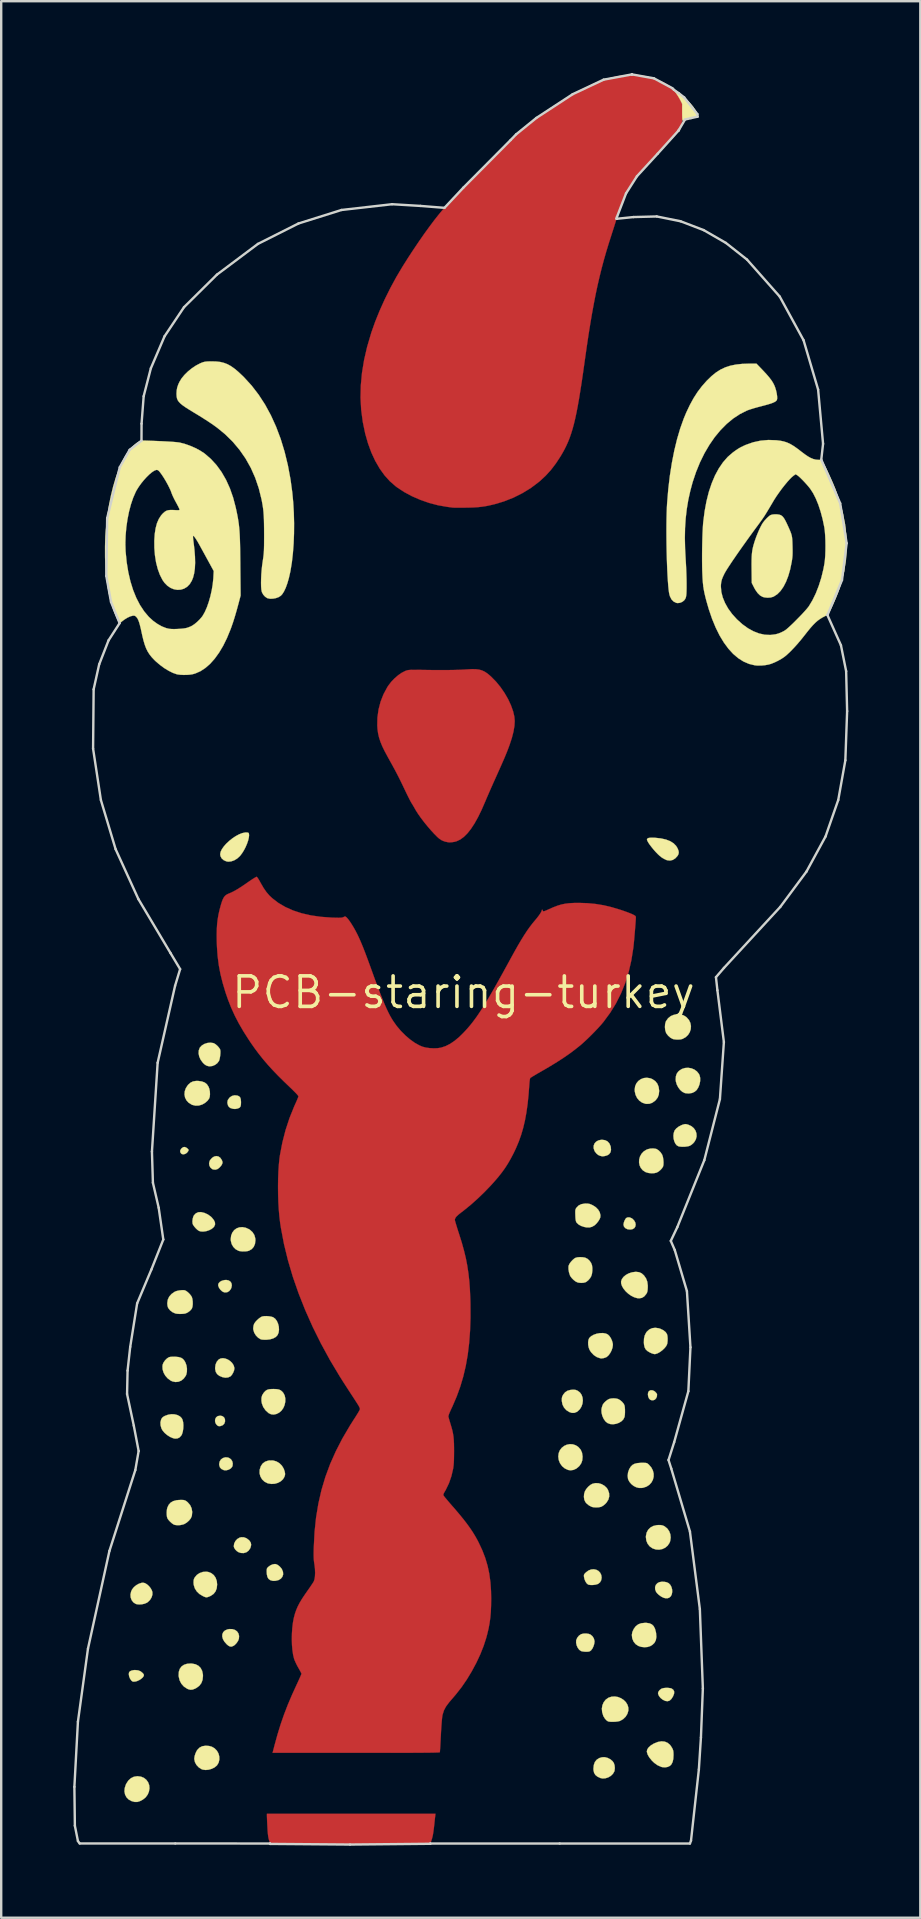
<source format=kicad_pcb>
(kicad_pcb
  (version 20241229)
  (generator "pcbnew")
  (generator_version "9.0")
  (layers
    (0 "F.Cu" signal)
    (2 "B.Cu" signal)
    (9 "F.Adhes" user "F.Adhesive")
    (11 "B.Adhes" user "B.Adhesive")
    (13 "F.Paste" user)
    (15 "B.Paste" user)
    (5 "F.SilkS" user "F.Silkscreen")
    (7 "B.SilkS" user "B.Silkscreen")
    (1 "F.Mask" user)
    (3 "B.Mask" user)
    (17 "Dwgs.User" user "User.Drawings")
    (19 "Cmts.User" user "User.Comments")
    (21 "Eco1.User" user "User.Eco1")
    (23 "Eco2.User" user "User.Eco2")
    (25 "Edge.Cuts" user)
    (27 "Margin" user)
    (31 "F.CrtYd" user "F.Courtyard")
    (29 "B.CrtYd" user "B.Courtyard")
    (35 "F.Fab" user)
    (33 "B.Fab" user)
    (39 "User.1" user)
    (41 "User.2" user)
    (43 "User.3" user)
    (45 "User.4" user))
  (footprint "PCB-staring-turkey"
    (layer "F.Cu")
    (at 16.264 38.307)
    (property "Reference" "PCB-staring-turkey" (at 0 0 0) (layer "F.SilkS") (effects (font (size 1.27 1.27) (thickness 0.15))))
    (attr through_hole)
    (fp_poly (pts (xy -1.176 34.295) (xy -1.181 34.341) (xy -1.19 34.419) (xy -1.201 34.52) (xy -1.213 34.633) (xy -1.217 34.671) (xy -1.236 34.841) (xy -1.254 34.977) (xy -1.272 35.088) (xy -1.291 35.182) (xy -1.314 35.267) (xy -1.338 35.341) (xy -1.382 35.472) (xy -1.575 35.484) (xy -1.636 35.486) (xy -1.736 35.488) (xy -1.872 35.49) (xy -2.041 35.493) (xy -2.239 35.494) (xy -2.462 35.496) (xy -2.709 35.498) (xy -2.975 35.499) (xy -3.257 35.5) (xy -3.551 35.502) (xy -3.856 35.502) (xy -4.167 35.503) (xy -4.481 35.504) (xy -4.794 35.504) (xy -5.104 35.504) (xy -5.408 35.504) (xy -5.701 35.503) (xy -5.981 35.502) (xy -6.245 35.501) (xy -6.488 35.5) (xy -6.709 35.499) (xy -6.819 35.498) (xy -7.042 35.495) (xy -7.253 35.493) (xy -7.447 35.49) (xy -7.62 35.487) (xy -7.769 35.485) (xy -7.89 35.482) (xy -7.979 35.479) (xy -8.033 35.477) (xy -8.049 35.475) (xy -8.059 35.451) (xy -8.078 35.398) (xy -8.101 35.327) (xy -8.103 35.321) (xy -8.122 35.253) (xy -8.137 35.175) (xy -8.149 35.078) (xy -8.16 34.955) (xy -8.169 34.799) (xy -8.17 34.781) (xy -8.177 34.65) (xy -8.183 34.529) (xy -8.187 34.425) (xy -8.19 34.347) (xy -8.191 34.306) (xy -8.191 34.227) (xy -1.167 34.227) (xy -1.176 34.295)) (stroke (width 0.01) (type solid)) (fill yes) (layer "F.Cu"))
    (fp_poly (pts (xy 0.511 -13.471) (xy 0.65 -13.454) (xy 0.773 -13.419) (xy 0.888 -13.365) (xy 1.002 -13.288) (xy 1.123 -13.186) (xy 1.156 -13.156) (xy 1.356 -12.952) (xy 1.543 -12.724) (xy 1.712 -12.478) (xy 1.859 -12.223) (xy 1.979 -11.965) (xy 2.069 -11.712) (xy 2.119 -11.499) (xy 2.135 -11.314) (xy 2.123 -11.104) (xy 2.083 -10.867) (xy 2.015 -10.602) (xy 1.918 -10.308) (xy 1.894 -10.243) (xy 1.857 -10.144) (xy 1.82 -10.048) (xy 1.781 -9.952) (xy 1.739 -9.85) (xy 1.691 -9.736) (xy 1.635 -9.608) (xy 1.569 -9.458) (xy 1.491 -9.283) (xy 1.399 -9.078) (xy 1.329 -8.922) (xy 1.251 -8.749) (xy 1.173 -8.573) (xy 1.098 -8.403) (xy 1.029 -8.244) (xy 0.969 -8.106) (xy 0.922 -7.995) (xy 0.907 -7.959) (xy 0.756 -7.612) (xy 0.607 -7.306) (xy 0.459 -7.041) (xy 0.312 -6.817) (xy 0.165 -6.631) (xy 0.017 -6.484) (xy -0.131 -6.375) (xy -0.282 -6.303) (xy -0.287 -6.301) (xy -0.375 -6.277) (xy -0.478 -6.261) (xy -0.575 -6.255) (xy -0.635 -6.258) (xy -0.781 -6.289) (xy -0.902 -6.338) (xy -1.013 -6.411) (xy -1.087 -6.476) (xy -1.219 -6.608) (xy -1.36 -6.762) (xy -1.504 -6.93) (xy -1.645 -7.103) (xy -1.775 -7.275) (xy -1.89 -7.438) (xy -1.982 -7.582) (xy -2.012 -7.634) (xy -2.062 -7.723) (xy -2.113 -7.81) (xy -2.156 -7.879) (xy -2.164 -7.891) (xy -2.19 -7.935) (xy -2.23 -8.01) (xy -2.282 -8.112) (xy -2.343 -8.234) (xy -2.408 -8.368) (xy -2.466 -8.491) (xy -2.55 -8.666) (xy -2.626 -8.823) (xy -2.7 -8.971) (xy -2.775 -9.117) (xy -2.855 -9.269) (xy -2.945 -9.435) (xy -3.049 -9.623) (xy -3.159 -9.821) (xy -3.283 -10.052) (xy -3.383 -10.256) (xy -3.46 -10.443) (xy -3.517 -10.618) (xy -3.557 -10.789) (xy -3.582 -10.964) (xy -3.592 -11.123) (xy -3.586 -11.46) (xy -3.539 -11.793) (xy -3.455 -12.117) (xy -3.333 -12.427) (xy -3.177 -12.717) (xy -3.126 -12.795) (xy -3.011 -12.945) (xy -2.875 -13.087) (xy -2.727 -13.215) (xy -2.576 -13.32) (xy -2.43 -13.395) (xy -2.385 -13.412) (xy -2.35 -13.423) (xy -2.311 -13.432) (xy -2.263 -13.438) (xy -2.201 -13.442) (xy -2.119 -13.444) (xy -2.013 -13.444) (xy -1.876 -13.443) (xy -1.704 -13.441) (xy -1.651 -13.44) (xy -1.277 -13.435) (xy -0.942 -13.434) (xy -0.644 -13.435) (xy -0.38 -13.439) (xy -0.146 -13.446) (xy 0.06 -13.456) (xy 0.149 -13.462) (xy 0.346 -13.473) (xy 0.511 -13.471)) (stroke (width 0.01) (type solid)) (fill yes) (layer "F.Cu"))
    (fp_poly (pts (xy 7.171 -38.244) (xy 7.427 -38.217) (xy 7.683 -38.164) (xy 7.902 -38.099) (xy 8.158 -38.004) (xy 8.377 -37.901) (xy 8.563 -37.786) (xy 8.721 -37.655) (xy 8.856 -37.504) (xy 8.972 -37.33) (xy 9.046 -37.19) (xy 9.086 -37.106) (xy 9.111 -37.04) (xy 9.127 -36.979) (xy 9.135 -36.906) (xy 9.14 -36.809) (xy 9.141 -36.785) (xy 9.14 -36.564) (xy 9.122 -36.365) (xy 9.088 -36.193) (xy 9.04 -36.057) (xy 9.01 -35.996) (xy 8.976 -35.935) (xy 8.936 -35.873) (xy 8.887 -35.805) (xy 8.827 -35.729) (xy 8.753 -35.643) (xy 8.663 -35.542) (xy 8.554 -35.424) (xy 8.423 -35.286) (xy 8.269 -35.125) (xy 8.087 -34.938) (xy 8.033 -34.882) (xy 7.828 -34.67) (xy 7.651 -34.483) (xy 7.498 -34.317) (xy 7.368 -34.169) (xy 7.255 -34.035) (xy 7.158 -33.911) (xy 7.072 -33.794) (xy 6.998 -33.683) (xy 6.901 -33.521) (xy 6.801 -33.331) (xy 6.702 -33.125) (xy 6.608 -32.913) (xy 6.525 -32.706) (xy 6.457 -32.513) (xy 6.414 -32.364) (xy 6.395 -32.297) (xy 6.366 -32.197) (xy 6.327 -32.071) (xy 6.281 -31.925) (xy 6.231 -31.768) (xy 6.178 -31.605) (xy 6.168 -31.572) (xy 6.055 -31.22) (xy 5.95 -30.875) (xy 5.852 -30.533) (xy 5.76 -30.19) (xy 5.674 -29.842) (xy 5.591 -29.485) (xy 5.512 -29.115) (xy 5.436 -28.728) (xy 5.361 -28.32) (xy 5.287 -27.887) (xy 5.213 -27.424) (xy 5.139 -26.928) (xy 5.063 -26.394) (xy 5.048 -26.289) (xy 4.986 -25.847) (xy 4.927 -25.444) (xy 4.87 -25.078) (xy 4.816 -24.745) (xy 4.763 -24.444) (xy 4.71 -24.17) (xy 4.657 -23.921) (xy 4.603 -23.695) (xy 4.547 -23.488) (xy 4.489 -23.298) (xy 4.428 -23.122) (xy 4.363 -22.957) (xy 4.293 -22.8) (xy 4.219 -22.649) (xy 4.138 -22.5) (xy 4.05 -22.351) (xy 4.049 -22.348) (xy 3.85 -22.044) (xy 3.643 -21.773) (xy 3.42 -21.529) (xy 3.175 -21.303) (xy 3.143 -21.276) (xy 2.817 -21.029) (xy 2.462 -20.81) (xy 2.083 -20.62) (xy 1.686 -20.463) (xy 1.314 -20.351) (xy 1.121 -20.305) (xy 0.946 -20.268) (xy 0.777 -20.242) (xy 0.603 -20.223) (xy 0.413 -20.211) (xy 0.196 -20.204) (xy 0.106 -20.203) (xy -0.039 -20.202) (xy -0.172 -20.201) (xy -0.288 -20.201) (xy -0.379 -20.202) (xy -0.438 -20.204) (xy -0.455 -20.206) (xy -0.507 -20.213) (xy -0.585 -20.223) (xy -0.674 -20.235) (xy -0.688 -20.237) (xy -1.06 -20.302) (xy -1.433 -20.4) (xy -1.797 -20.527) (xy -2.147 -20.679) (xy -2.474 -20.855) (xy -2.771 -21.051) (xy -2.827 -21.093) (xy -3.068 -21.303) (xy -3.291 -21.551) (xy -3.494 -21.834) (xy -3.677 -22.151) (xy -3.839 -22.499) (xy -3.978 -22.879) (xy -4.094 -23.283) (xy -4.197 -23.778) (xy -4.263 -24.278) (xy -4.29 -24.785) (xy -4.278 -25.299) (xy -4.229 -25.824) (xy -4.141 -26.36) (xy -4.014 -26.909) (xy -3.848 -27.473) (xy -3.838 -27.506) (xy -3.679 -27.954) (xy -3.491 -28.418) (xy -3.278 -28.89) (xy -3.044 -29.361) (xy -2.794 -29.821) (xy -2.534 -30.258) (xy -2.306 -30.618) (xy -2.079 -30.965) (xy -1.856 -31.296) (xy -1.639 -31.608) (xy -1.43 -31.897) (xy -1.232 -32.162) (xy -1.046 -32.398) (xy -0.875 -32.604) (xy -0.72 -32.774) (xy -0.708 -32.787) (xy -0.63 -32.869) (xy -0.529 -32.976) (xy -0.411 -33.101) (xy -0.281 -33.239) (xy -0.147 -33.383) (xy -0.013 -33.527) (xy 0.047 -33.592) (xy 0.241 -33.798) (xy 0.445 -34.013) (xy 0.656 -34.233) (xy 0.872 -34.454) (xy 1.089 -34.674) (xy 1.304 -34.89) (xy 1.514 -35.099) (xy 1.715 -35.296) (xy 1.905 -35.48) (xy 2.08 -35.647) (xy 2.237 -35.794) (xy 2.373 -35.918) (xy 2.485 -36.015) (xy 2.529 -36.052) (xy 2.868 -36.316) (xy 3.215 -36.572) (xy 3.565 -36.816) (xy 3.915 -37.046) (xy 4.262 -37.261) (xy 4.601 -37.458) (xy 4.928 -37.634) (xy 5.241 -37.789) (xy 5.535 -37.919) (xy 5.807 -38.022) (xy 6.014 -38.087) (xy 6.336 -38.166) (xy 6.632 -38.219) (xy 6.908 -38.245) (xy 7.171 -38.244)) (stroke (width 0.01) (type solid)) (fill yes) (layer "F.Cu"))
    (fp_poly (pts (xy -8.596 -4.801) (xy -8.56 -4.751) (xy -8.515 -4.677) (xy -8.464 -4.586) (xy -8.452 -4.564) (xy -8.335 -4.361) (xy -8.218 -4.191) (xy -8.094 -4.045) (xy -7.973 -3.93) (xy -7.714 -3.731) (xy -7.422 -3.56) (xy -7.099 -3.416) (xy -6.745 -3.3) (xy -6.359 -3.212) (xy -5.943 -3.152) (xy -5.496 -3.119) (xy -5.439 -3.117) (xy -5.302 -3.114) (xy -5.199 -3.112) (xy -5.125 -3.114) (xy -5.072 -3.118) (xy -5.034 -3.127) (xy -5.003 -3.139) (xy -4.998 -3.142) (xy -4.951 -3.164) (xy -4.921 -3.164) (xy -4.887 -3.14) (xy -4.863 -3.119) (xy -4.806 -3.055) (xy -4.737 -2.961) (xy -4.659 -2.843) (xy -4.577 -2.708) (xy -4.497 -2.565) (xy -4.424 -2.424) (xy -4.366 -2.302) (xy -4.307 -2.171) (xy -4.244 -2.025) (xy -4.177 -1.86) (xy -4.104 -1.673) (xy -4.023 -1.458) (xy -3.933 -1.213) (xy -3.831 -0.933) (xy -3.804 -0.857) (xy -3.682 -0.521) (xy -3.571 -0.223) (xy -3.47 0.042) (xy -3.377 0.275) (xy -3.292 0.481) (xy -3.212 0.662) (xy -3.137 0.821) (xy -3.065 0.961) (xy -2.994 1.086) (xy -2.931 1.188) (xy -2.779 1.402) (xy -2.608 1.604) (xy -2.422 1.791) (xy -2.229 1.956) (xy -2.033 2.096) (xy -1.841 2.204) (xy -1.709 2.26) (xy -1.571 2.296) (xy -1.409 2.319) (xy -1.238 2.328) (xy -1.076 2.322) (xy -0.936 2.3) (xy -0.931 2.298) (xy -0.743 2.236) (xy -0.558 2.142) (xy -0.371 2.016) (xy -0.178 1.855) (xy 0.001 1.678) (xy 0.109 1.563) (xy 0.213 1.445) (xy 0.317 1.321) (xy 0.42 1.188) (xy 0.526 1.044) (xy 0.635 0.886) (xy 0.75 0.713) (xy 0.871 0.52) (xy 1.001 0.307) (xy 1.14 0.07) (xy 1.292 -0.193) (xy 1.456 -0.485) (xy 1.636 -0.809) (xy 1.832 -1.166) (xy 1.958 -1.397) (xy 2.121 -1.694) (xy 2.269 -1.956) (xy 2.405 -2.187) (xy 2.531 -2.39) (xy 2.649 -2.57) (xy 2.762 -2.729) (xy 2.872 -2.873) (xy 2.966 -2.986) (xy 3.057 -3.095) (xy 3.136 -3.198) (xy 3.198 -3.288) (xy 3.241 -3.359) (xy 3.259 -3.406) (xy 3.26 -3.411) (xy 3.269 -3.444) (xy 3.281 -3.45) (xy 3.3 -3.433) (xy 3.302 -3.42) (xy 3.308 -3.392) (xy 3.328 -3.381) (xy 3.369 -3.388) (xy 3.436 -3.413) (xy 3.534 -3.457) (xy 3.538 -3.459) (xy 3.736 -3.547) (xy 3.913 -3.615) (xy 4.079 -3.665) (xy 4.246 -3.699) (xy 4.423 -3.72) (xy 4.623 -3.73) (xy 4.815 -3.732) (xy 5.173 -3.72) (xy 5.513 -3.687) (xy 5.847 -3.632) (xy 6.188 -3.55) (xy 6.547 -3.442) (xy 6.562 -3.437) (xy 6.689 -3.394) (xy 6.813 -3.349) (xy 6.924 -3.307) (xy 7.011 -3.271) (xy 7.048 -3.254) (xy 7.12 -3.217) (xy 7.16 -3.19) (xy 7.179 -3.165) (xy 7.183 -3.131) (xy 7.183 -3.111) (xy 7.177 -3.011) (xy 7.168 -2.88) (xy 7.156 -2.726) (xy 7.143 -2.559) (xy 7.128 -2.388) (xy 7.114 -2.223) (xy 7.1 -2.073) (xy 7.087 -1.948) (xy 7.078 -1.863) (xy 6.997 -1.349) (xy 6.886 -0.863) (xy 6.743 -0.402) (xy 6.566 0.035) (xy 6.357 0.452) (xy 6.112 0.848) (xy 5.833 1.228) (xy 5.736 1.343) (xy 5.613 1.479) (xy 5.474 1.626) (xy 5.326 1.776) (xy 5.177 1.923) (xy 5.033 2.057) (xy 4.905 2.172) (xy 4.861 2.209) (xy 4.646 2.38) (xy 4.419 2.55) (xy 4.173 2.72) (xy 3.904 2.894) (xy 3.606 3.077) (xy 3.275 3.27) (xy 3.232 3.295) (xy 3.109 3.365) (xy 2.998 3.431) (xy 2.904 3.487) (xy 2.833 3.531) (xy 2.791 3.56) (xy 2.781 3.568) (xy 2.77 3.601) (xy 2.759 3.665) (xy 2.749 3.752) (xy 2.744 3.826) (xy 2.712 4.253) (xy 2.672 4.644) (xy 2.622 5.003) (xy 2.561 5.335) (xy 2.488 5.645) (xy 2.402 5.938) (xy 2.302 6.218) (xy 2.187 6.491) (xy 2.093 6.689) (xy 1.975 6.915) (xy 1.858 7.119) (xy 1.735 7.311) (xy 1.602 7.497) (xy 1.452 7.687) (xy 1.279 7.888) (xy 1.129 8.054) (xy 0.861 8.332) (xy 0.58 8.602) (xy 0.294 8.856) (xy 0.014 9.084) (xy -0.091 9.164) (xy -0.203 9.252) (xy -0.282 9.324) (xy -0.331 9.387) (xy -0.356 9.445) (xy -0.36 9.483) (xy -0.353 9.514) (xy -0.335 9.58) (xy -0.307 9.674) (xy -0.271 9.792) (xy -0.229 9.926) (xy -0.182 10.071) (xy -0.072 10.421) (xy 0.02 10.752) (xy 0.097 11.07) (xy 0.158 11.385) (xy 0.206 11.705) (xy 0.243 12.037) (xy 0.268 12.391) (xy 0.285 12.775) (xy 0.29 12.975) (xy 0.292 13.553) (xy 0.274 14.096) (xy 0.236 14.609) (xy 0.177 15.095) (xy 0.096 15.558) (xy -0.008 16.001) (xy -0.135 16.429) (xy -0.286 16.844) (xy -0.461 17.251) (xy -0.5 17.333) (xy -0.563 17.471) (xy -0.606 17.576) (xy -0.627 17.647) (xy -0.629 17.674) (xy -0.619 17.714) (xy -0.6 17.785) (xy -0.573 17.876) (xy -0.543 17.978) (xy -0.542 17.979) (xy -0.497 18.129) (xy -0.462 18.262) (xy -0.436 18.386) (xy -0.417 18.51) (xy -0.405 18.643) (xy -0.397 18.794) (xy -0.394 18.972) (xy -0.393 19.124) (xy -0.395 19.318) (xy -0.398 19.476) (xy -0.404 19.605) (xy -0.413 19.713) (xy -0.425 19.807) (xy -0.429 19.836) (xy -0.502 20.153) (xy -0.605 20.451) (xy -0.736 20.723) (xy -0.774 20.789) (xy -0.816 20.861) (xy -0.835 20.91) (xy -0.837 20.945) (xy -0.831 20.962) (xy -0.81 20.992) (xy -0.767 21.048) (xy -0.704 21.123) (xy -0.629 21.212) (xy -0.553 21.301) (xy -0.339 21.546) (xy -0.153 21.767) (xy 0.01 21.967) (xy 0.151 22.151) (xy 0.275 22.323) (xy 0.385 22.487) (xy 0.484 22.649) (xy 0.575 22.811) (xy 0.63 22.917) (xy 0.782 23.241) (xy 0.906 23.561) (xy 1.002 23.884) (xy 1.074 24.218) (xy 1.122 24.57) (xy 1.148 24.947) (xy 1.154 25.262) (xy 1.15 25.555) (xy 1.139 25.816) (xy 1.118 26.055) (xy 1.087 26.283) (xy 1.045 26.508) (xy 0.989 26.742) (xy 0.949 26.892) (xy 0.84 27.23) (xy 0.7 27.581) (xy 0.534 27.937) (xy 0.345 28.289) (xy 0.14 28.629) (xy -0.078 28.947) (xy -0.304 29.235) (xy -0.318 29.252) (xy -0.398 29.347) (xy -0.482 29.445) (xy -0.559 29.535) (xy -0.606 29.591) (xy -0.727 29.753) (xy -0.813 29.915) (xy -0.869 30.09) (xy -0.876 30.121) (xy -0.887 30.189) (xy -0.898 30.294) (xy -0.91 30.43) (xy -0.922 30.592) (xy -0.934 30.776) (xy -0.943 30.956) (xy -0.952 31.122) (xy -0.96 31.275) (xy -0.967 31.409) (xy -0.974 31.52) (xy -0.98 31.602) (xy -0.984 31.65) (xy -0.985 31.66) (xy -0.994 31.664) (xy -1.019 31.667) (xy -1.062 31.67) (xy -1.124 31.672) (xy -1.208 31.675) (xy -1.314 31.677) (xy -1.445 31.679) (xy -1.602 31.68) (xy -1.787 31.682) (xy -2 31.683) (xy -2.245 31.684) (xy -2.522 31.685) (xy -2.834 31.685) (xy -3.181 31.686) (xy -3.565 31.686) (xy -3.989 31.686) (xy -4.453 31.686) (xy -7.955 31.686) (xy -7.872 31.364) (xy -7.749 30.918) (xy -7.619 30.495) (xy -7.476 30.084) (xy -7.318 29.675) (xy -7.139 29.254) (xy -6.963 28.87) (xy -6.903 28.741) (xy -6.85 28.625) (xy -6.806 28.526) (xy -6.773 28.45) (xy -6.755 28.403) (xy -6.752 28.392) (xy -6.762 28.362) (xy -6.79 28.305) (xy -6.832 28.229) (xy -6.88 28.145) (xy -6.938 28.04) (xy -6.993 27.928) (xy -7.038 27.826) (xy -7.059 27.767) (xy -7.099 27.604) (xy -7.128 27.408) (xy -7.147 27.189) (xy -7.153 26.955) (xy -7.149 26.717) (xy -7.134 26.482) (xy -7.107 26.26) (xy -7.069 26.058) (xy -7.068 26.056) (xy -7.025 25.893) (xy -6.972 25.739) (xy -6.907 25.587) (xy -6.826 25.431) (xy -6.725 25.263) (xy -6.6 25.076) (xy -6.516 24.956) (xy -6.439 24.846) (xy -6.368 24.743) (xy -6.308 24.653) (xy -6.262 24.583) (xy -6.239 24.543) (xy -6.208 24.452) (xy -6.189 24.329) (xy -6.183 24.181) (xy -6.189 24.018) (xy -6.209 23.847) (xy -6.213 23.823) (xy -6.226 23.738) (xy -6.235 23.657) (xy -6.24 23.57) (xy -6.243 23.47) (xy -6.243 23.348) (xy -6.24 23.196) (xy -6.237 23.105) (xy -6.205 22.48) (xy -6.143 21.88) (xy -6.047 21.301) (xy -5.919 20.74) (xy -5.756 20.191) (xy -5.557 19.652) (xy -5.32 19.119) (xy -5.046 18.586) (xy -4.731 18.05) (xy -4.595 17.835) (xy -4.524 17.726) (xy -4.459 17.622) (xy -4.403 17.532) (xy -4.363 17.464) (xy -4.344 17.43) (xy -4.33 17.404) (xy -4.32 17.381) (xy -4.316 17.359) (xy -4.319 17.331) (xy -4.332 17.296) (xy -4.356 17.247) (xy -4.394 17.182) (xy -4.448 17.097) (xy -4.519 16.987) (xy -4.61 16.847) (xy -4.682 16.737) (xy -4.776 16.593) (xy -4.871 16.445) (xy -4.963 16.303) (xy -5.046 16.174) (xy -5.114 16.066) (xy -5.152 16.006) (xy -5.561 15.323) (xy -5.938 14.632) (xy -6.283 13.937) (xy -6.593 13.241) (xy -6.869 12.545) (xy -7.11 11.853) (xy -7.313 11.166) (xy -7.479 10.487) (xy -7.606 9.819) (xy -7.64 9.599) (xy -7.672 9.333) (xy -7.697 9.04) (xy -7.715 8.729) (xy -7.725 8.406) (xy -7.728 8.081) (xy -7.724 7.761) (xy -7.712 7.454) (xy -7.693 7.168) (xy -7.667 6.911) (xy -7.649 6.784) (xy -7.548 6.256) (xy -7.414 5.734) (xy -7.248 5.228) (xy -7.054 4.746) (xy -6.998 4.623) (xy -6.954 4.525) (xy -6.917 4.438) (xy -6.891 4.37) (xy -6.879 4.33) (xy -6.879 4.327) (xy -6.895 4.298) (xy -6.939 4.244) (xy -7.01 4.169) (xy -7.105 4.074) (xy -7.202 3.98) (xy -7.481 3.712) (xy -7.73 3.465) (xy -7.954 3.232) (xy -8.157 3.009) (xy -8.344 2.79) (xy -8.519 2.571) (xy -8.687 2.347) (xy -8.852 2.112) (xy -8.941 1.979) (xy -9.165 1.628) (xy -9.36 1.293) (xy -9.53 0.965) (xy -9.68 0.636) (xy -9.814 0.295) (xy -9.914 0.006) (xy -10.033 -0.39) (xy -10.127 -0.767) (xy -10.197 -1.137) (xy -10.245 -1.512) (xy -10.273 -1.905) (xy -10.281 -2.138) (xy -10.284 -2.407) (xy -10.279 -2.642) (xy -10.266 -2.854) (xy -10.243 -3.049) (xy -10.211 -3.239) (xy -10.168 -3.43) (xy -10.16 -3.461) (xy -10.113 -3.635) (xy -10.071 -3.773) (xy -10.03 -3.88) (xy -9.987 -3.962) (xy -9.939 -4.023) (xy -9.883 -4.069) (xy -9.815 -4.106) (xy -9.767 -4.126) (xy -9.666 -4.169) (xy -9.556 -4.225) (xy -9.431 -4.296) (xy -9.288 -4.386) (xy -9.121 -4.497) (xy -8.965 -4.606) (xy -8.862 -4.676) (xy -8.77 -4.737) (xy -8.694 -4.783) (xy -8.641 -4.813) (xy -8.617 -4.821) (xy -8.596 -4.801)) (stroke (width 0.01) (type solid)) (fill yes) (layer "F.Cu"))
    (fp_poly (pts (xy 8.721 -37.666) (xy 8.71 -37.656) (xy 8.7 -37.666) (xy 8.71 -37.677) (xy 8.721 -37.666)) (stroke (width 0.01) (type solid)) (fill yes) (layer "F.Mask"))
    (fp_poly (pts (xy -4.748 35.504) (xy -4.751 35.516) (xy -4.763 35.518) (xy -4.78 35.51) (xy -4.777 35.504) (xy -4.751 35.501) (xy -4.748 35.504)) (stroke (width 0.01) (type solid)) (fill yes) (layer "F.Mask"))
    (fp_poly (pts (xy -4.685 35.504) (xy -4.688 35.516) (xy -4.699 35.518) (xy -4.716 35.51) (xy -4.713 35.504) (xy -4.688 35.501) (xy -4.685 35.504)) (stroke (width 0.01) (type solid)) (fill yes) (layer "F.Mask"))
    (fp_poly (pts (xy 8.968 -35.934) (xy 8.97 -35.909) (xy 8.968 -35.906) (xy 8.955 -35.909) (xy 8.954 -35.92) (xy 8.961 -35.937) (xy 8.968 -35.934)) (stroke (width 0.01) (type solid)) (fill yes) (layer "F.Mask"))
    (fp_poly (pts (xy -16.045 35.364) (xy -16.037 35.379) (xy -16.032 35.409) (xy -16.046 35.403) (xy -16.056 35.389) (xy -16.062 35.362) (xy -16.06 35.357) (xy -16.045 35.364)) (stroke (width 0.01) (type solid)) (fill yes) (layer "F.Mask"))
    (fp_poly (pts (xy -10.273 -2.813) (xy -10.272 -2.809) (xy -10.269 -2.763) (xy -10.273 -2.746) (xy -10.28 -2.745) (xy -10.283 -2.778) (xy -10.283 -2.783) (xy -10.28 -2.816) (xy -10.273 -2.813)) (stroke (width 0.01) (type solid)) (fill yes) (layer "F.Mask"))
    (fp_poly (pts (xy -9.483 -5.55) (xy -9.483 -5.546) (xy -9.499 -5.525) (xy -9.505 -5.524) (xy -9.518 -5.537) (xy -9.514 -5.546) (xy -9.495 -5.566) (xy -9.492 -5.567) (xy -9.483 -5.55)) (stroke (width 0.01) (type solid)) (fill yes) (layer "F.Mask"))
    (fp_poly (pts (xy -8.102 35.46) (xy -8.092 35.466) (xy -8.118 35.469) (xy -8.149 35.47) (xy -8.195 35.468) (xy -8.208 35.464) (xy -8.197 35.46) (xy -8.135 35.457) (xy -8.102 35.46)) (stroke (width 0.01) (type solid)) (fill yes) (layer "F.Mask"))
    (fp_poly (pts (xy 2.181 -35.729) (xy 2.147 -35.69) (xy 2.096 -35.637) (xy 2.082 -35.622) (xy 2.03 -35.574) (xy 1.996 -35.547) (xy 1.984 -35.544) (xy 1.986 -35.549) (xy 2.011 -35.586) (xy 2.053 -35.634) (xy 2.101 -35.682) (xy 2.146 -35.722) (xy 2.179 -35.746) (xy 2.19 -35.748) (xy 2.181 -35.729)) (stroke (width 0.01) (type solid)) (fill yes) (layer "F.Mask"))
    (fp_poly (pts (xy 8.564 19.535) (xy 8.586 19.589) (xy 8.609 19.654) (xy 8.63 19.721) (xy 8.645 19.775) (xy 8.65 19.804) (xy 8.649 19.806) (xy 8.637 19.793) (xy 8.617 19.753) (xy 8.609 19.734) (xy 8.583 19.664) (xy 8.562 19.597) (xy 8.548 19.542) (xy 8.543 19.51) (xy 8.549 19.507) (xy 8.564 19.535)) (stroke (width 0.01) (type solid)) (fill yes) (layer "F.Mask"))
    (fp_poly (pts (xy -12.164 -1.581) (xy -12.131 -1.536) (xy -12.085 -1.468) (xy -12.032 -1.385) (xy -11.977 -1.294) (xy -11.923 -1.204) (xy -11.876 -1.121) (xy -11.839 -1.053) (xy -11.818 -1.008) (xy -11.815 -0.994) (xy -11.828 -1.002) (xy -11.857 -1.039) (xy -11.897 -1.099) (xy -11.92 -1.137) (xy -12.013 -1.294) (xy -12.086 -1.419) (xy -12.138 -1.511) (xy -12.169 -1.569) (xy -12.177 -1.592) (xy -12.164 -1.581)) (stroke (width 0.01) (type solid)) (fill yes) (layer "F.Mask"))
    (fp_poly (pts (xy -2.769 3.266) (xy -2.678 3.293) (xy -2.617 3.349) (xy -2.582 3.43) (xy -2.574 3.527) (xy -2.598 3.614) (xy -2.649 3.687) (xy -2.718 3.739) (xy -2.798 3.765) (xy -2.884 3.759) (xy -2.943 3.733) (xy -3.015 3.669) (xy -3.067 3.586) (xy -3.09 3.5) (xy -3.09 3.489) (xy -3.071 3.402) (xy -3.019 3.332) (xy -2.939 3.284) (xy -2.84 3.263) (xy -2.769 3.266)) (stroke (width 0.01) (type solid)) (fill yes) (layer "F.Mask"))
    (fp_poly (pts (xy -1.66 11.687) (xy -1.591 11.727) (xy -1.555 11.795) (xy -1.549 11.874) (xy -1.556 11.97) (xy -1.714 11.974) (xy -1.799 11.974) (xy -1.872 11.969) (xy -1.919 11.96) (xy -1.921 11.959) (xy -1.958 11.924) (xy -1.97 11.866) (xy -1.957 11.799) (xy -1.919 11.734) (xy -1.917 11.733) (xy -1.878 11.696) (xy -1.834 11.678) (xy -1.767 11.673) (xy -1.76 11.673) (xy -1.66 11.687)) (stroke (width 0.01) (type solid)) (fill yes) (layer "F.Mask"))
    (fp_poly (pts (xy -4.762 0.918) (xy -4.749 0.92) (xy -4.657 0.956) (xy -4.589 1.022) (xy -4.547 1.11) (xy -4.536 1.211) (xy -4.559 1.319) (xy -4.567 1.338) (xy -4.625 1.422) (xy -4.708 1.478) (xy -4.804 1.503) (xy -4.905 1.496) (xy -4.997 1.455) (xy -5.071 1.382) (xy -5.11 1.293) (xy -5.114 1.196) (xy -5.082 1.098) (xy -5.019 1.013) (xy -4.937 0.946) (xy -4.855 0.916) (xy -4.762 0.918)) (stroke (width 0.01) (type solid)) (fill yes) (layer "F.Mask"))
    (fp_poly (pts (xy 9.229 -36.366) (xy 9.229 -36.366) (xy 9.219 -36.341) (xy 9.191 -36.289) (xy 9.151 -36.216) (xy 9.112 -36.15) (xy 9.066 -36.072) (xy 9.028 -36.014) (xy 9.004 -35.98) (xy 8.996 -35.975) (xy 9.004 -36.008) (xy 9.024 -36.062) (xy 9.036 -36.092) (xy 9.065 -36.167) (xy 9.087 -36.243) (xy 9.092 -36.262) (xy 9.111 -36.321) (xy 9.147 -36.354) (xy 9.167 -36.362) (xy 9.21 -36.372) (xy 9.229 -36.366)) (stroke (width 0.01) (type solid)) (fill yes) (layer "F.Mask"))
    (fp_poly (pts (xy -10.142 -3.503) (xy -10.15 -3.454) (xy -10.167 -3.377) (xy -10.171 -3.359) (xy -10.19 -3.274) (xy -10.211 -3.168) (xy -10.229 -3.06) (xy -10.233 -3.037) (xy -10.245 -2.963) (xy -10.255 -2.916) (xy -10.262 -2.901) (xy -10.264 -2.912) (xy -10.261 -2.972) (xy -10.249 -3.061) (xy -10.233 -3.166) (xy -10.213 -3.274) (xy -10.192 -3.373) (xy -10.171 -3.45) (xy -10.171 -3.45) (xy -10.153 -3.505) (xy -10.143 -3.521) (xy -10.142 -3.503)) (stroke (width 0.01) (type solid)) (fill yes) (layer "F.Mask"))
    (fp_poly (pts (xy 3.515 24.627) (xy 3.596 24.671) (xy 3.661 24.752) (xy 3.69 24.853) (xy 3.682 24.973) (xy 3.681 24.975) (xy 3.643 25.085) (xy 3.585 25.158) (xy 3.507 25.195) (xy 3.409 25.193) (xy 3.344 25.175) (xy 3.231 25.124) (xy 3.156 25.065) (xy 3.114 24.995) (xy 3.113 24.992) (xy 3.103 24.899) (xy 3.128 24.798) (xy 3.164 24.731) (xy 3.23 24.666) (xy 3.319 24.626) (xy 3.418 24.612) (xy 3.515 24.627)) (stroke (width 0.01) (type solid)) (fill yes) (layer "F.Mask"))
    (fp_poly (pts (xy 8.756 18.803) (xy 8.754 18.826) (xy 8.741 18.881) (xy 8.719 18.959) (xy 8.691 19.052) (xy 8.66 19.151) (xy 8.628 19.25) (xy 8.598 19.338) (xy 8.573 19.408) (xy 8.555 19.452) (xy 8.549 19.462) (xy 8.544 19.455) (xy 8.55 19.416) (xy 8.563 19.367) (xy 8.593 19.265) (xy 8.627 19.157) (xy 8.661 19.053) (xy 8.694 18.958) (xy 8.722 18.879) (xy 8.743 18.826) (xy 8.755 18.803) (xy 8.756 18.803)) (stroke (width 0.01) (type solid)) (fill yes) (layer "F.Mask"))
    (fp_poly (pts (xy -1.741 14.68) (xy -1.627 14.747) (xy -1.549 14.837) (xy -1.506 14.949) (xy -1.498 15.031) (xy -1.516 15.145) (xy -1.572 15.243) (xy -1.667 15.326) (xy -1.701 15.346) (xy -1.815 15.396) (xy -1.917 15.406) (xy -2.01 15.377) (xy -2.021 15.37) (xy -2.131 15.28) (xy -2.204 15.174) (xy -2.238 15.053) (xy -2.239 14.965) (xy -2.209 14.848) (xy -2.148 14.755) (xy -2.063 14.688) (xy -1.959 14.653) (xy -1.843 14.651) (xy -1.741 14.68)) (stroke (width 0.01) (type solid)) (fill yes) (layer "F.Mask"))
    (fp_poly (pts (xy 0.503 31.889) (xy 0.617 31.926) (xy 0.706 31.989) (xy 0.779 32.085) (xy 0.815 32.198) (xy 0.813 32.322) (xy 0.773 32.454) (xy 0.757 32.488) (xy 0.688 32.586) (xy 0.599 32.647) (xy 0.49 32.671) (xy 0.402 32.666) (xy 0.257 32.63) (xy 0.142 32.57) (xy 0.059 32.489) (xy 0.011 32.389) (xy 0 32.301) (xy 0.016 32.184) (xy 0.068 32.083) (xy 0.148 31.998) (xy 0.261 31.925) (xy 0.382 31.889) (xy 0.503 31.889)) (stroke (width 0.01) (type solid)) (fill yes) (layer "F.Mask"))
    (fp_poly (pts (xy -13.532 19.133) (xy -13.528 19.181) (xy -13.526 19.256) (xy -13.525 19.318) (xy -13.528 19.437) (xy -13.538 19.532) (xy -13.557 19.619) (xy -13.577 19.68) (xy -13.614 19.784) (xy -13.643 19.854) (xy -13.663 19.888) (xy -13.672 19.884) (xy -13.673 19.875) (xy -13.67 19.841) (xy -13.66 19.775) (xy -13.646 19.687) (xy -13.628 19.584) (xy -13.609 19.475) (xy -13.589 19.367) (xy -13.571 19.269) (xy -13.555 19.19) (xy -13.543 19.137) (xy -13.537 19.118) (xy -13.532 19.133)) (stroke (width 0.01) (type solid)) (fill yes) (layer "F.Mask"))
    (fp_poly (pts (xy 2.97 27.763) (xy 3.071 27.817) (xy 3.15 27.906) (xy 3.206 28.024) (xy 3.23 28.135) (xy 3.23 28.261) (xy 3.199 28.386) (xy 3.143 28.499) (xy 3.065 28.591) (xy 2.971 28.652) (xy 2.862 28.677) (xy 2.744 28.672) (xy 2.64 28.637) (xy 2.539 28.561) (xy 2.464 28.458) (xy 2.416 28.337) (xy 2.398 28.206) (xy 2.413 28.073) (xy 2.452 27.968) (xy 2.527 27.863) (xy 2.627 27.791) (xy 2.754 27.753) (xy 2.851 27.745) (xy 2.97 27.763)) (stroke (width 0.01) (type solid)) (fill yes) (layer "F.Mask"))
    (fp_poly (pts (xy 11.238 -9.483) (xy 11.337 -9.444) (xy 11.409 -9.379) (xy 11.457 -9.282) (xy 11.472 -9.229) (xy 11.489 -9.1) (xy 11.474 -8.986) (xy 11.43 -8.896) (xy 11.41 -8.873) (xy 11.33 -8.818) (xy 11.224 -8.777) (xy 11.107 -8.755) (xy 10.994 -8.755) (xy 10.915 -8.772) (xy 10.806 -8.829) (xy 10.734 -8.908) (xy 10.697 -9.01) (xy 10.694 -9.115) (xy 10.723 -9.241) (xy 10.786 -9.347) (xy 10.876 -9.427) (xy 10.987 -9.479) (xy 11.114 -9.497) (xy 11.238 -9.483)) (stroke (width 0.01) (type solid)) (fill yes) (layer "F.Mask"))
    (fp_poly (pts (xy -9.653 -11.331) (xy -9.619 -11.315) (xy -9.558 -11.25) (xy -9.519 -11.154) (xy -9.504 -11.032) (xy -9.504 -11.023) (xy -9.516 -10.881) (xy -9.549 -10.771) (xy -9.604 -10.695) (xy -9.677 -10.654) (xy -9.768 -10.651) (xy -9.857 -10.678) (xy -9.911 -10.709) (xy -9.976 -10.757) (xy -10.019 -10.794) (xy -10.105 -10.888) (xy -10.159 -10.982) (xy -10.181 -11.068) (xy -10.168 -11.144) (xy -10.134 -11.191) (xy -10.047 -11.253) (xy -9.945 -11.301) (xy -9.838 -11.332) (xy -9.737 -11.342) (xy -9.653 -11.331)) (stroke (width 0.01) (type solid)) (fill yes) (layer "F.Mask"))
    (fp_poly (pts (xy -2.448 18.058) (xy -2.349 18.084) (xy -2.259 18.133) (xy -2.189 18.198) (xy -2.147 18.277) (xy -2.138 18.335) (xy -2.155 18.393) (xy -2.199 18.46) (xy -2.26 18.523) (xy -2.327 18.569) (xy -2.343 18.577) (xy -2.424 18.601) (xy -2.501 18.598) (xy -2.59 18.568) (xy -2.596 18.565) (xy -2.669 18.517) (xy -2.732 18.451) (xy -2.777 18.378) (xy -2.794 18.312) (xy -2.778 18.244) (xy -2.736 18.171) (xy -2.679 18.11) (xy -2.645 18.086) (xy -2.55 18.057) (xy -2.448 18.058)) (stroke (width 0.01) (type solid)) (fill yes) (layer "F.Mask"))
    (fp_poly (pts (xy 7.055 -32.308) (xy 7.048 -32.304) (xy 7.014 -32.292) (xy 6.947 -32.276) (xy 6.86 -32.26) (xy 6.764 -32.244) (xy 6.668 -32.23) (xy 6.583 -32.22) (xy 6.521 -32.216) (xy 6.517 -32.216) (xy 6.46 -32.221) (xy 6.419 -32.233) (xy 6.418 -32.233) (xy 6.428 -32.241) (xy 6.474 -32.251) (xy 6.55 -32.263) (xy 6.65 -32.274) (xy 6.683 -32.277) (xy 6.794 -32.287) (xy 6.894 -32.297) (xy 6.973 -32.306) (xy 7.021 -32.313) (xy 7.027 -32.314) (xy 7.06 -32.318) (xy 7.055 -32.308)) (stroke (width 0.01) (type solid)) (fill yes) (layer "F.Mask"))
    (fp_poly (pts (xy 1.622 3.066) (xy 1.716 3.113) (xy 1.797 3.182) (xy 1.828 3.222) (xy 1.862 3.306) (xy 1.876 3.41) (xy 1.868 3.519) (xy 1.865 3.536) (xy 1.821 3.639) (xy 1.747 3.724) (xy 1.649 3.786) (xy 1.538 3.82) (xy 1.421 3.821) (xy 1.37 3.81) (xy 1.307 3.777) (xy 1.254 3.718) (xy 1.209 3.625) (xy 1.183 3.55) (xy 1.153 3.406) (xy 1.158 3.284) (xy 1.197 3.186) (xy 1.269 3.113) (xy 1.374 3.066) (xy 1.51 3.048) (xy 1.529 3.048) (xy 1.622 3.066)) (stroke (width 0.01) (type solid)) (fill yes) (layer "F.Mask"))
    (fp_poly (pts (xy -13.725 18.083) (xy -13.71 18.129) (xy -13.689 18.202) (xy -13.664 18.296) (xy -13.656 18.327) (xy -13.63 18.439) (xy -13.605 18.561) (xy -13.582 18.686) (xy -13.561 18.805) (xy -13.545 18.912) (xy -13.534 18.999) (xy -13.53 19.06) (xy -13.534 19.086) (xy -13.546 19.077) (xy -13.556 19.047) (xy -13.57 18.984) (xy -13.588 18.894) (xy -13.609 18.785) (xy -13.632 18.664) (xy -13.655 18.538) (xy -13.677 18.414) (xy -13.697 18.299) (xy -13.714 18.201) (xy -13.726 18.126) (xy -13.732 18.081) (xy -13.732 18.072) (xy -13.725 18.083)) (stroke (width 0.01) (type solid)) (fill yes) (layer "F.Mask"))
    (fp_poly (pts (xy 2.134 18.474) (xy 2.22 18.52) (xy 2.269 18.565) (xy 2.335 18.657) (xy 2.381 18.769) (xy 2.406 18.889) (xy 2.408 19.007) (xy 2.387 19.112) (xy 2.354 19.176) (xy 2.279 19.246) (xy 2.174 19.301) (xy 2.052 19.339) (xy 1.923 19.357) (xy 1.799 19.351) (xy 1.733 19.336) (xy 1.643 19.291) (xy 1.562 19.222) (xy 1.5 19.141) (xy 1.471 19.065) (xy 1.47 18.952) (xy 1.506 18.837) (xy 1.575 18.727) (xy 1.671 18.628) (xy 1.791 18.546) (xy 1.922 18.488) (xy 2.037 18.464) (xy 2.134 18.474)) (stroke (width 0.01) (type solid)) (fill yes) (layer "F.Mask"))
    (fp_poly (pts (xy -3.048 5.805) (xy -2.896 5.833) (xy -2.769 5.893) (xy -2.668 5.977) (xy -2.595 6.081) (xy -2.552 6.199) (xy -2.542 6.326) (xy -2.566 6.457) (xy -2.626 6.586) (xy -2.719 6.701) (xy -2.836 6.794) (xy -2.971 6.862) (xy -3.115 6.903) (xy -3.256 6.912) (xy -3.353 6.896) (xy -3.444 6.852) (xy -3.531 6.777) (xy -3.604 6.682) (xy -3.652 6.581) (xy -3.688 6.418) (xy -3.685 6.266) (xy -3.644 6.127) (xy -3.627 6.094) (xy -3.536 5.971) (xy -3.418 5.881) (xy -3.278 5.824) (xy -3.119 5.803) (xy -3.048 5.805)) (stroke (width 0.01) (type solid)) (fill yes) (layer "F.Mask"))
    (fp_poly (pts (xy -2.286 29.888) (xy -2.198 29.922) (xy -2.122 29.97) (xy -2.03 30.063) (xy -1.97 30.181) (xy -1.944 30.326) (xy -1.943 30.369) (xy -1.958 30.52) (xy -2.003 30.647) (xy -2.077 30.747) (xy -2.176 30.816) (xy -2.238 30.839) (xy -2.327 30.856) (xy -2.41 30.855) (xy -2.506 30.832) (xy -2.521 30.828) (xy -2.613 30.782) (xy -2.701 30.708) (xy -2.773 30.618) (xy -2.813 30.53) (xy -2.836 30.38) (xy -2.82 30.242) (xy -2.768 30.119) (xy -2.681 30.017) (xy -2.564 29.94) (xy -2.484 29.909) (xy -2.376 29.885) (xy -2.286 29.888)) (stroke (width 0.01) (type solid)) (fill yes) (layer "F.Mask"))
    (fp_poly (pts (xy -0.839 27.19) (xy -0.708 27.241) (xy -0.601 27.321) (xy -0.52 27.426) (xy -0.468 27.55) (xy -0.449 27.689) (xy -0.464 27.84) (xy -0.509 27.979) (xy -0.582 28.102) (xy -0.68 28.198) (xy -0.797 28.264) (xy -0.926 28.297) (xy -1.058 28.293) (xy -1.132 28.274) (xy -1.267 28.204) (xy -1.382 28.103) (xy -1.469 27.977) (xy -1.526 27.835) (xy -1.545 27.686) (xy -1.527 27.54) (xy -1.473 27.416) (xy -1.383 27.314) (xy -1.375 27.307) (xy -1.263 27.232) (xy -1.149 27.189) (xy -1.016 27.173) (xy -0.992 27.173) (xy -0.839 27.19)) (stroke (width 0.01) (type solid)) (fill yes) (layer "F.Mask"))
    (fp_poly (pts (xy 6.771 -33.265) (xy 6.764 -33.24) (xy 6.752 -33.209) (xy 6.727 -33.145) (xy 6.692 -33.054) (xy 6.65 -32.943) (xy 6.602 -32.82) (xy 6.589 -32.787) (xy 6.527 -32.627) (xy 6.479 -32.504) (xy 6.443 -32.416) (xy 6.418 -32.361) (xy 6.403 -32.336) (xy 6.398 -32.339) (xy 6.402 -32.369) (xy 6.405 -32.385) (xy 6.42 -32.446) (xy 6.448 -32.532) (xy 6.485 -32.637) (xy 6.528 -32.752) (xy 6.574 -32.87) (xy 6.621 -32.986) (xy 6.666 -33.09) (xy 6.705 -33.176) (xy 6.737 -33.237) (xy 6.757 -33.266) (xy 6.758 -33.267) (xy 6.771 -33.265)) (stroke (width 0.01) (type solid)) (fill yes) (layer "F.Mask"))
    (fp_poly (pts (xy 10.836 -1.001) (xy 10.808 -0.961) (xy 10.761 -0.9) (xy 10.7 -0.827) (xy 10.698 -0.824) (xy 10.534 -0.633) (xy 10.56 -0.378) (xy 10.569 -0.279) (xy 10.575 -0.196) (xy 10.578 -0.138) (xy 10.576 -0.113) (xy 10.576 -0.113) (xy 10.567 -0.126) (xy 10.552 -0.17) (xy 10.541 -0.215) (xy 10.516 -0.358) (xy 10.504 -0.488) (xy 10.506 -0.598) (xy 10.519 -0.664) (xy 10.542 -0.707) (xy 10.586 -0.766) (xy 10.642 -0.833) (xy 10.703 -0.9) (xy 10.762 -0.958) (xy 10.81 -1) (xy 10.841 -1.016) (xy 10.841 -1.016) (xy 10.836 -1.001)) (stroke (width 0.01) (type solid)) (fill yes) (layer "F.Mask"))
    (fp_poly (pts (xy -2.536 32.482) (xy -2.42 32.532) (xy -2.335 32.6) (xy -2.262 32.703) (xy -2.218 32.821) (xy -2.202 32.945) (xy -2.212 33.068) (xy -2.247 33.182) (xy -2.306 33.28) (xy -2.388 33.353) (xy -2.441 33.378) (xy -2.52 33.395) (xy -2.623 33.399) (xy -2.73 33.39) (xy -2.826 33.369) (xy -2.836 33.366) (xy -2.973 33.302) (xy -3.087 33.217) (xy -3.172 33.117) (xy -3.218 33.017) (xy -3.226 32.927) (xy -3.207 32.823) (xy -3.165 32.719) (xy -3.13 32.664) (xy -3.039 32.572) (xy -2.925 32.507) (xy -2.798 32.47) (xy -2.665 32.461) (xy -2.536 32.482)) (stroke (width 0.01) (type solid)) (fill yes) (layer "F.Mask"))
    (fp_poly (pts (xy -12.513 10.348) (xy -12.516 10.402) (xy -12.534 10.486) (xy -12.564 10.593) (xy -12.604 10.714) (xy -12.651 10.842) (xy -12.702 10.968) (xy -12.717 11) (xy -12.762 11.098) (xy -12.81 11.197) (xy -12.858 11.291) (xy -12.903 11.375) (xy -12.942 11.443) (xy -12.971 11.49) (xy -12.988 11.509) (xy -12.989 11.498) (xy -12.976 11.454) (xy -12.951 11.382) (xy -12.915 11.287) (xy -12.871 11.176) (xy -12.822 11.053) (xy -12.77 10.926) (xy -12.717 10.798) (xy -12.666 10.676) (xy -12.619 10.565) (xy -12.577 10.471) (xy -12.544 10.4) (xy -12.522 10.357) (xy -12.513 10.348) (xy -12.513 10.348)) (stroke (width 0.01) (type solid)) (fill yes) (layer "F.Mask"))
    (fp_poly (pts (xy -10.379 -12.912) (xy -10.259 -12.872) (xy -10.146 -12.795) (xy -10.06 -12.691) (xy -10.001 -12.569) (xy -9.97 -12.436) (xy -9.967 -12.3) (xy -9.996 -12.167) (xy -10.055 -12.047) (xy -10.134 -11.957) (xy -10.244 -11.88) (xy -10.373 -11.821) (xy -10.509 -11.783) (xy -10.641 -11.769) (xy -10.757 -11.783) (xy -10.774 -11.787) (xy -10.904 -11.845) (xy -11.001 -11.926) (xy -11.067 -12.031) (xy -11.102 -12.164) (xy -11.109 -12.326) (xy -11.108 -12.348) (xy -11.084 -12.511) (xy -11.028 -12.646) (xy -10.94 -12.758) (xy -10.816 -12.848) (xy -10.786 -12.865) (xy -10.661 -12.909) (xy -10.52 -12.925) (xy -10.379 -12.912)) (stroke (width 0.01) (type solid)) (fill yes) (layer "F.Mask"))
    (fp_poly (pts (xy -1.347 24.172) (xy -1.231 24.249) (xy -1.146 24.332) (xy -1.042 24.464) (xy -0.978 24.59) (xy -0.953 24.716) (xy -0.966 24.846) (xy -0.992 24.932) (xy -1.059 25.067) (xy -1.149 25.17) (xy -1.252 25.241) (xy -1.376 25.289) (xy -1.515 25.309) (xy -1.652 25.302) (xy -1.733 25.281) (xy -1.801 25.246) (xy -1.876 25.193) (xy -1.916 25.159) (xy -1.991 25.068) (xy -2.035 24.965) (xy -2.049 24.841) (xy -2.044 24.747) (xy -2.01 24.568) (xy -1.946 24.416) (xy -1.856 24.292) (xy -1.74 24.201) (xy -1.71 24.185) (xy -1.584 24.14) (xy -1.464 24.136) (xy -1.347 24.172)) (stroke (width 0.01) (type solid)) (fill yes) (layer "F.Mask"))
    (fp_poly (pts (xy 3.293 0.921) (xy 3.408 0.969) (xy 3.514 1.045) (xy 3.541 1.071) (xy 3.614 1.163) (xy 3.649 1.253) (xy 3.648 1.349) (xy 3.631 1.416) (xy 3.595 1.496) (xy 3.547 1.572) (xy 3.525 1.599) (xy 3.487 1.636) (xy 3.454 1.658) (xy 3.412 1.668) (xy 3.348 1.671) (xy 3.3 1.67) (xy 3.208 1.665) (xy 3.121 1.654) (xy 3.059 1.639) (xy 2.949 1.585) (xy 2.875 1.511) (xy 2.834 1.416) (xy 2.825 1.294) (xy 2.83 1.228) (xy 2.855 1.116) (xy 2.903 1.03) (xy 2.976 0.96) (xy 3.069 0.915) (xy 3.177 0.902) (xy 3.293 0.921)) (stroke (width 0.01) (type solid)) (fill yes) (layer "F.Mask"))
    (fp_poly (pts (xy -12.693 8.988) (xy -12.679 9.026) (xy -12.659 9.092) (xy -12.635 9.179) (xy -12.609 9.282) (xy -12.583 9.394) (xy -12.56 9.493) (xy -12.542 9.593) (xy -12.525 9.707) (xy -12.511 9.827) (xy -12.499 9.947) (xy -12.491 10.059) (xy -12.487 10.156) (xy -12.488 10.231) (xy -12.494 10.277) (xy -12.501 10.287) (xy -12.509 10.267) (xy -12.521 10.21) (xy -12.538 10.121) (xy -12.557 10.006) (xy -12.579 9.868) (xy -12.601 9.715) (xy -12.611 9.647) (xy -12.634 9.486) (xy -12.654 9.34) (xy -12.671 9.211) (xy -12.685 9.107) (xy -12.695 9.031) (xy -12.699 8.991) (xy -12.699 8.985) (xy -12.693 8.988)) (stroke (width 0.01) (type solid)) (fill yes) (layer "F.Mask"))
    (fp_poly (pts (xy -1.441 21.687) (xy -1.368 21.713) (xy -1.365 21.715) (xy -1.221 21.796) (xy -1.107 21.898) (xy -1.027 22.016) (xy -0.984 22.145) (xy -0.983 22.154) (xy -0.987 22.263) (xy -1.026 22.372) (xy -1.095 22.477) (xy -1.188 22.575) (xy -1.297 22.659) (xy -1.417 22.726) (xy -1.542 22.771) (xy -1.664 22.789) (xy -1.779 22.777) (xy -1.831 22.758) (xy -1.946 22.682) (xy -2.038 22.575) (xy -2.103 22.446) (xy -2.134 22.302) (xy -2.137 22.246) (xy -2.118 22.089) (xy -2.063 21.952) (xy -1.977 21.838) (xy -1.861 21.752) (xy -1.721 21.697) (xy -1.607 21.679) (xy -1.514 21.677) (xy -1.441 21.687)) (stroke (width 0.01) (type solid)) (fill yes) (layer "F.Mask"))
    (fp_poly (pts (xy 2.431 30.83) (xy 2.554 30.862) (xy 2.641 30.915) (xy 2.692 30.989) (xy 2.705 31.082) (xy 2.682 31.194) (xy 2.647 31.276) (xy 2.574 31.396) (xy 2.485 31.502) (xy 2.385 31.592) (xy 2.282 31.662) (xy 2.179 31.707) (xy 2.084 31.725) (xy 2.002 31.712) (xy 1.973 31.696) (xy 1.937 31.658) (xy 1.895 31.598) (xy 1.868 31.553) (xy 1.836 31.482) (xy 1.818 31.415) (xy 1.811 31.332) (xy 1.81 31.283) (xy 1.812 31.194) (xy 1.821 31.131) (xy 1.84 31.077) (xy 1.873 31.018) (xy 1.949 30.923) (xy 2.043 30.86) (xy 2.161 30.826) (xy 2.272 30.819) (xy 2.431 30.83)) (stroke (width 0.01) (type solid)) (fill yes) (layer "F.Mask"))
    (fp_poly (pts (xy -13.43 -9.285) (xy -13.424 -9.283) (xy -13.295 -9.228) (xy -13.187 -9.159) (xy -13.108 -9.082) (xy -13.083 -9.042) (xy -13.034 -8.911) (xy -13.009 -8.766) (xy -13.009 -8.617) (xy -13.03 -8.472) (xy -13.073 -8.34) (xy -13.135 -8.228) (xy -13.215 -8.146) (xy -13.226 -8.138) (xy -13.34 -8.087) (xy -13.466 -8.073) (xy -13.594 -8.097) (xy -13.617 -8.105) (xy -13.777 -8.191) (xy -13.922 -8.311) (xy -14.046 -8.457) (xy -14.143 -8.622) (xy -14.204 -8.791) (xy -14.216 -8.894) (xy -14.193 -8.986) (xy -14.132 -9.075) (xy -14.089 -9.118) (xy -13.976 -9.2) (xy -13.842 -9.26) (xy -13.698 -9.296) (xy -13.557 -9.305) (xy -13.43 -9.285)) (stroke (width 0.01) (type solid)) (fill yes) (layer "F.Mask"))
    (fp_poly (pts (xy -13.047 -6.542) (xy -12.925 -6.486) (xy -12.822 -6.398) (xy -12.744 -6.284) (xy -12.696 -6.148) (xy -12.684 -6.074) (xy -12.682 -5.99) (xy -12.694 -5.919) (xy -12.726 -5.838) (xy -12.726 -5.837) (xy -12.771 -5.759) (xy -12.824 -5.692) (xy -12.851 -5.667) (xy -12.948 -5.612) (xy -13.067 -5.573) (xy -13.193 -5.551) (xy -13.313 -5.549) (xy -13.415 -5.569) (xy -13.43 -5.575) (xy -13.53 -5.641) (xy -13.608 -5.734) (xy -13.663 -5.848) (xy -13.693 -5.974) (xy -13.699 -6.103) (xy -13.678 -6.228) (xy -13.63 -6.34) (xy -13.555 -6.432) (xy -13.538 -6.445) (xy -13.418 -6.513) (xy -13.28 -6.553) (xy -13.183 -6.562) (xy -13.047 -6.542)) (stroke (width 0.01) (type solid)) (fill yes) (layer "F.Mask"))
    (fp_poly (pts (xy -3.798 11.915) (xy -3.669 11.965) (xy -3.552 12.048) (xy -3.453 12.162) (xy -3.409 12.239) (xy -3.358 12.379) (xy -3.348 12.511) (xy -3.379 12.634) (xy -3.45 12.746) (xy -3.56 12.846) (xy -3.708 12.932) (xy -3.714 12.935) (xy -3.861 12.989) (xy -3.995 13.008) (xy -4.123 12.992) (xy -4.167 12.978) (xy -4.274 12.933) (xy -4.352 12.879) (xy -4.413 12.807) (xy -4.452 12.74) (xy -4.485 12.671) (xy -4.502 12.613) (xy -4.506 12.547) (xy -4.504 12.478) (xy -4.486 12.34) (xy -4.443 12.226) (xy -4.37 12.12) (xy -4.317 12.063) (xy -4.199 11.971) (xy -4.069 11.916) (xy -3.933 11.898) (xy -3.798 11.915)) (stroke (width 0.01) (type solid)) (fill yes) (layer "F.Mask"))
    (fp_poly (pts (xy 14.636 -9.271) (xy 14.775 -9.222) (xy 14.893 -9.137) (xy 14.986 -9.019) (xy 15.055 -8.869) (xy 15.083 -8.771) (xy 15.1 -8.688) (xy 15.106 -8.63) (xy 15.102 -8.58) (xy 15.088 -8.522) (xy 15.08 -8.497) (xy 15.015 -8.341) (xy 14.931 -8.222) (xy 14.825 -8.138) (xy 14.695 -8.088) (xy 14.576 -8.071) (xy 14.456 -8.072) (xy 14.362 -8.088) (xy 14.345 -8.094) (xy 14.201 -8.168) (xy 14.087 -8.27) (xy 14.003 -8.397) (xy 13.952 -8.542) (xy 13.936 -8.702) (xy 13.957 -8.873) (xy 13.972 -8.93) (xy 14.028 -9.047) (xy 14.116 -9.144) (xy 14.229 -9.218) (xy 14.361 -9.266) (xy 14.503 -9.284) (xy 14.636 -9.271)) (stroke (width 0.01) (type solid)) (fill yes) (layer "F.Mask"))
    (fp_poly (pts (xy -9.011 -13.307) (xy -8.887 -13.27) (xy -8.78 -13.204) (xy -8.761 -13.188) (xy -8.711 -13.133) (xy -8.684 -13.078) (xy -8.669 -13.003) (xy -8.668 -12.996) (xy -8.665 -12.903) (xy -8.675 -12.796) (xy -8.695 -12.687) (xy -8.722 -12.59) (xy -8.753 -12.519) (xy -8.76 -12.509) (xy -8.824 -12.454) (xy -8.916 -12.414) (xy -9.024 -12.39) (xy -9.135 -12.385) (xy -9.238 -12.4) (xy -9.292 -12.422) (xy -9.368 -12.478) (xy -9.439 -12.557) (xy -9.492 -12.645) (xy -9.516 -12.713) (xy -9.518 -12.805) (xy -9.498 -12.912) (xy -9.459 -13.022) (xy -9.406 -13.126) (xy -9.346 -13.213) (xy -9.281 -13.272) (xy -9.257 -13.285) (xy -9.139 -13.313) (xy -9.011 -13.307)) (stroke (width 0.01) (type solid)) (fill yes) (layer "F.Mask"))
    (fp_poly (pts (xy -6.12 33.647) (xy -5.966 33.716) (xy -5.896 33.76) (xy -5.793 33.846) (xy -5.725 33.942) (xy -5.688 34.059) (xy -5.678 34.148) (xy -5.673 34.228) (xy -5.676 34.281) (xy -5.691 34.323) (xy -5.722 34.37) (xy -5.752 34.408) (xy -5.846 34.506) (xy -5.96 34.596) (xy -6.082 34.668) (xy -6.176 34.706) (xy -6.304 34.73) (xy -6.434 34.729) (xy -6.548 34.705) (xy -6.572 34.695) (xy -6.683 34.623) (xy -6.764 34.522) (xy -6.815 34.393) (xy -6.834 34.24) (xy -6.83 34.144) (xy -6.811 34.013) (xy -6.775 33.911) (xy -6.718 33.824) (xy -6.674 33.779) (xy -6.548 33.684) (xy -6.413 33.631) (xy -6.27 33.618) (xy -6.12 33.647)) (stroke (width 0.01) (type solid)) (fill yes) (layer "F.Mask"))
    (fp_poly (pts (xy -3.7 26.713) (xy -3.573 26.748) (xy -3.462 26.8) (xy -3.452 26.806) (xy -3.351 26.891) (xy -3.289 26.993) (xy -3.264 27.096) (xy -3.273 27.207) (xy -3.315 27.326) (xy -3.385 27.447) (xy -3.478 27.561) (xy -3.587 27.661) (xy -3.708 27.739) (xy -3.73 27.75) (xy -3.86 27.797) (xy -3.984 27.814) (xy -4.094 27.801) (xy -4.16 27.774) (xy -4.254 27.693) (xy -4.328 27.584) (xy -4.379 27.456) (xy -4.404 27.32) (xy -4.401 27.186) (xy -4.366 27.064) (xy -4.358 27.047) (xy -4.309 26.968) (xy -4.242 26.885) (xy -4.168 26.808) (xy -4.096 26.748) (xy -4.049 26.72) (xy -3.951 26.696) (xy -3.83 26.695) (xy -3.7 26.713)) (stroke (width 0.01) (type solid)) (fill yes) (layer "F.Mask"))
    (fp_poly (pts (xy 0.352 4.774) (xy 0.392 4.784) (xy 0.504 4.836) (xy 0.601 4.922) (xy 0.678 5.033) (xy 0.73 5.162) (xy 0.755 5.303) (xy 0.752 5.414) (xy 0.716 5.565) (xy 0.652 5.703) (xy 0.564 5.816) (xy 0.547 5.832) (xy 0.429 5.918) (xy 0.31 5.963) (xy 0.19 5.965) (xy 0.067 5.926) (xy 0.029 5.906) (xy -0.056 5.845) (xy -0.135 5.766) (xy -0.156 5.74) (xy -0.256 5.581) (xy -0.318 5.432) (xy -0.339 5.293) (xy -0.321 5.167) (xy -0.286 5.089) (xy -0.218 5.005) (xy -0.12 4.925) (xy -0.001 4.855) (xy 0.126 4.803) (xy 0.156 4.794) (xy 0.238 4.774) (xy 0.297 4.768) (xy 0.352 4.774)) (stroke (width 0.01) (type solid)) (fill yes) (layer "F.Mask"))
    (fp_poly (pts (xy -4.194 9.202) (xy -4.054 9.243) (xy -4.022 9.259) (xy -3.883 9.341) (xy -3.778 9.428) (xy -3.699 9.526) (xy -3.682 9.554) (xy -3.633 9.674) (xy -3.624 9.79) (xy -3.657 9.906) (xy -3.731 10.021) (xy -3.812 10.107) (xy -3.934 10.203) (xy -4.062 10.265) (xy -4.208 10.297) (xy -4.276 10.303) (xy -4.363 10.306) (xy -4.425 10.301) (xy -4.48 10.285) (xy -4.544 10.255) (xy -4.55 10.251) (xy -4.655 10.184) (xy -4.727 10.107) (xy -4.772 10.01) (xy -4.795 9.886) (xy -4.799 9.84) (xy -4.801 9.696) (xy -4.785 9.58) (xy -4.748 9.482) (xy -4.693 9.395) (xy -4.593 9.296) (xy -4.471 9.23) (xy -4.336 9.198) (xy -4.194 9.202)) (stroke (width 0.01) (type solid)) (fill yes) (layer "F.Mask"))
    (fp_poly (pts (xy -4.081 21.756) (xy -3.941 21.811) (xy -3.818 21.894) (xy -3.759 21.953) (xy -3.684 22.062) (xy -3.648 22.169) (xy -3.651 22.28) (xy -3.692 22.404) (xy -3.705 22.432) (xy -3.781 22.552) (xy -3.878 22.66) (xy -3.986 22.746) (xy -4.096 22.802) (xy -4.111 22.807) (xy -4.217 22.829) (xy -4.332 22.839) (xy -4.445 22.836) (xy -4.542 22.822) (xy -4.608 22.797) (xy -4.676 22.734) (xy -4.732 22.64) (xy -4.776 22.524) (xy -4.805 22.397) (xy -4.816 22.268) (xy -4.808 22.149) (xy -4.779 22.047) (xy -4.773 22.035) (xy -4.728 21.972) (xy -4.659 21.901) (xy -4.581 21.836) (xy -4.508 21.79) (xy -4.374 21.744) (xy -4.228 21.733) (xy -4.081 21.756)) (stroke (width 0.01) (type solid)) (fill yes) (layer "F.Mask"))
    (fp_poly (pts (xy 13.263 -10.864) (xy 13.401 -10.844) (xy 13.46 -10.828) (xy 13.594 -10.761) (xy 13.703 -10.662) (xy 13.785 -10.534) (xy 13.838 -10.378) (xy 13.86 -10.22) (xy 13.852 -10.03) (xy 13.812 -9.856) (xy 13.741 -9.7) (xy 13.642 -9.569) (xy 13.519 -9.465) (xy 13.373 -9.395) (xy 13.349 -9.387) (xy 13.217 -9.36) (xy 13.1 -9.363) (xy 12.981 -9.399) (xy 12.943 -9.416) (xy 12.79 -9.511) (xy 12.661 -9.634) (xy 12.56 -9.78) (xy 12.489 -9.943) (xy 12.452 -10.115) (xy 12.451 -10.29) (xy 12.478 -10.43) (xy 12.532 -10.546) (xy 12.616 -10.656) (xy 12.721 -10.75) (xy 12.836 -10.815) (xy 12.844 -10.818) (xy 12.967 -10.85) (xy 13.113 -10.866) (xy 13.263 -10.864)) (stroke (width 0.01) (type solid)) (fill yes) (layer "F.Mask"))
    (fp_poly (pts (xy -3.917 30.712) (xy -3.782 30.763) (xy -3.655 30.85) (xy -3.617 30.885) (xy -3.562 30.947) (xy -3.518 31.011) (xy -3.501 31.042) (xy -3.484 31.11) (xy -3.475 31.205) (xy -3.473 31.313) (xy -3.479 31.419) (xy -3.492 31.509) (xy -3.502 31.545) (xy -3.533 31.616) (xy -3.575 31.67) (xy -3.637 31.719) (xy -3.729 31.769) (xy -3.742 31.776) (xy -3.868 31.825) (xy -3.993 31.849) (xy -4.105 31.848) (xy -4.18 31.827) (xy -4.293 31.754) (xy -4.397 31.649) (xy -4.481 31.522) (xy -4.491 31.502) (xy -4.545 31.355) (xy -4.564 31.209) (xy -4.548 31.071) (xy -4.508 30.968) (xy -4.421 30.851) (xy -4.313 30.766) (xy -4.188 30.714) (xy -4.054 30.696) (xy -3.917 30.712)) (stroke (width 0.01) (type solid)) (fill yes) (layer "F.Mask"))
    (fp_poly (pts (xy 6.891 33.754) (xy 6.995 33.783) (xy 7.136 33.857) (xy 7.256 33.962) (xy 7.352 34.09) (xy 7.421 34.234) (xy 7.462 34.389) (xy 7.472 34.547) (xy 7.449 34.701) (xy 7.389 34.846) (xy 7.383 34.856) (xy 7.273 35) (xy 7.139 35.113) (xy 6.986 35.191) (xy 6.818 35.233) (xy 6.641 35.238) (xy 6.461 35.203) (xy 6.432 35.194) (xy 6.27 35.121) (xy 6.142 35.024) (xy 6.048 34.901) (xy 6 34.797) (xy 5.982 34.719) (xy 5.971 34.614) (xy 5.967 34.499) (xy 5.971 34.388) (xy 5.982 34.297) (xy 5.988 34.272) (xy 6.052 34.128) (xy 6.149 34.002) (xy 6.272 33.897) (xy 6.415 33.816) (xy 6.57 33.763) (xy 6.731 33.741) (xy 6.891 33.754)) (stroke (width 0.01) (type solid)) (fill yes) (layer "F.Mask"))
    (fp_poly (pts (xy -1.424 7.435) (xy -1.344 7.46) (xy -1.258 7.511) (xy -1.168 7.588) (xy -1.086 7.68) (xy -1.025 7.773) (xy -1.014 7.795) (xy -0.972 7.933) (xy -0.963 8.078) (xy -0.986 8.218) (xy -1.039 8.346) (xy -1.12 8.452) (xy -1.134 8.466) (xy -1.231 8.526) (xy -1.354 8.569) (xy -1.491 8.59) (xy -1.629 8.589) (xy -1.735 8.569) (xy -1.831 8.529) (xy -1.907 8.465) (xy -1.974 8.368) (xy -1.98 8.357) (xy -2.012 8.292) (xy -2.031 8.233) (xy -2.04 8.165) (xy -2.042 8.075) (xy -2.04 7.981) (xy -2.031 7.91) (xy -2.01 7.844) (xy -1.973 7.764) (xy -1.973 7.763) (xy -1.89 7.631) (xy -1.788 7.53) (xy -1.673 7.462) (xy -1.55 7.429) (xy -1.424 7.435)) (stroke (width 0.01) (type solid)) (fill yes) (layer "F.Mask"))
    (fp_poly (pts (xy -13.695 -12.493) (xy -13.623 -12.487) (xy -13.567 -12.474) (xy -13.515 -12.452) (xy -13.509 -12.449) (xy -13.377 -12.358) (xy -13.276 -12.239) (xy -13.209 -12.095) (xy -13.207 -12.09) (xy -13.169 -11.908) (xy -13.165 -11.727) (xy -13.192 -11.553) (xy -13.249 -11.391) (xy -13.333 -11.249) (xy -13.443 -11.132) (xy -13.545 -11.063) (xy -13.652 -11.02) (xy -13.777 -10.995) (xy -13.903 -10.99) (xy -14.013 -11.006) (xy -14.039 -11.014) (xy -14.175 -11.086) (xy -14.301 -11.193) (xy -14.411 -11.328) (xy -14.5 -11.484) (xy -14.562 -11.653) (xy -14.575 -11.709) (xy -14.595 -11.871) (xy -14.579 -12.016) (xy -14.527 -12.156) (xy -14.463 -12.262) (xy -14.385 -12.347) (xy -14.283 -12.411) (xy -14.152 -12.456) (xy -13.988 -12.483) (xy -13.797 -12.493) (xy -13.695 -12.493)) (stroke (width 0.01) (type solid)) (fill yes) (layer "F.Mask"))
    (fp_poly (pts (xy -11.707 -11.143) (xy -11.588 -11.131) (xy -11.505 -11.114) (xy -11.392 -11.06) (xy -11.29 -10.973) (xy -11.204 -10.858) (xy -11.139 -10.725) (xy -11.102 -10.58) (xy -11.097 -10.54) (xy -11.099 -10.362) (xy -11.136 -10.183) (xy -11.202 -10.015) (xy -11.295 -9.869) (xy -11.297 -9.867) (xy -11.399 -9.774) (xy -11.527 -9.707) (xy -11.669 -9.667) (xy -11.817 -9.659) (xy -11.939 -9.68) (xy -12.095 -9.744) (xy -12.239 -9.844) (xy -12.36 -9.969) (xy -12.445 -10.105) (xy -12.482 -10.211) (xy -12.505 -10.34) (xy -12.514 -10.478) (xy -12.508 -10.614) (xy -12.487 -10.733) (xy -12.458 -10.813) (xy -12.403 -10.893) (xy -12.323 -10.977) (xy -12.233 -11.05) (xy -12.153 -11.098) (xy -12.072 -11.122) (xy -11.961 -11.138) (xy -11.836 -11.145) (xy -11.707 -11.143)) (stroke (width 0.01) (type solid)) (fill yes) (layer "F.Mask"))
    (fp_poly (pts (xy 0.18 24.475) (xy 0.291 24.502) (xy 0.307 24.509) (xy 0.42 24.577) (xy 0.521 24.668) (xy 0.598 24.768) (xy 0.615 24.799) (xy 0.648 24.912) (xy 0.648 25.038) (xy 0.617 25.163) (xy 0.598 25.206) (xy 0.549 25.268) (xy 0.472 25.333) (xy 0.379 25.391) (xy 0.282 25.434) (xy 0.254 25.443) (xy 0.161 25.458) (xy 0.05 25.462) (xy -0.06 25.454) (xy -0.15 25.435) (xy -0.155 25.433) (xy -0.232 25.398) (xy -0.29 25.35) (xy -0.34 25.279) (xy -0.373 25.216) (xy -0.412 25.106) (xy -0.43 24.987) (xy -0.426 24.873) (xy -0.399 24.779) (xy -0.396 24.773) (xy -0.347 24.704) (xy -0.275 24.63) (xy -0.191 24.562) (xy -0.111 24.511) (xy -0.068 24.494) (xy 0.054 24.472) (xy 0.18 24.475)) (stroke (width 0.01) (type solid)) (fill yes) (layer "F.Mask"))
    (fp_poly (pts (xy 2.801 21.361) (xy 2.936 21.374) (xy 3.042 21.4) (xy 3.131 21.445) (xy 3.216 21.516) (xy 3.267 21.57) (xy 3.357 21.7) (xy 3.411 21.851) (xy 3.429 22.018) (xy 3.411 22.198) (xy 3.358 22.389) (xy 3.324 22.471) (xy 3.269 22.565) (xy 3.192 22.659) (xy 3.105 22.741) (xy 3.02 22.797) (xy 3.012 22.801) (xy 2.911 22.832) (xy 2.793 22.849) (xy 2.675 22.85) (xy 2.577 22.833) (xy 2.572 22.832) (xy 2.398 22.754) (xy 2.254 22.648) (xy 2.143 22.514) (xy 2.064 22.356) (xy 2.021 22.175) (xy 2.011 22.033) (xy 2.021 21.878) (xy 2.055 21.75) (xy 2.116 21.64) (xy 2.191 21.554) (xy 2.306 21.463) (xy 2.434 21.401) (xy 2.584 21.368) (xy 2.76 21.36) (xy 2.801 21.361)) (stroke (width 0.01) (type solid)) (fill yes) (layer "F.Mask"))
    (fp_poly (pts (xy 2.826 32.821) (xy 2.973 32.877) (xy 3.102 32.963) (xy 3.205 33.074) (xy 3.247 33.143) (xy 3.267 33.196) (xy 3.288 33.271) (xy 3.302 33.335) (xy 3.315 33.502) (xy 3.297 33.669) (xy 3.252 33.83) (xy 3.183 33.977) (xy 3.092 34.104) (xy 2.984 34.204) (xy 2.866 34.268) (xy 2.727 34.301) (xy 2.574 34.308) (xy 2.425 34.288) (xy 2.389 34.278) (xy 2.265 34.218) (xy 2.154 34.124) (xy 2.059 34.001) (xy 1.985 33.854) (xy 1.934 33.692) (xy 1.909 33.518) (xy 1.91 33.402) (xy 1.919 33.314) (xy 1.934 33.234) (xy 1.952 33.179) (xy 1.953 33.177) (xy 2.026 33.076) (xy 2.131 32.982) (xy 2.259 32.9) (xy 2.399 32.838) (xy 2.509 32.808) (xy 2.669 32.797) (xy 2.826 32.821)) (stroke (width 0.01) (type solid)) (fill yes) (layer "F.Mask"))
    (fp_poly (pts (xy 12.967 -5.619) (xy 13.08 -5.586) (xy 13.171 -5.526) (xy 13.225 -5.47) (xy 13.293 -5.356) (xy 13.326 -5.229) (xy 13.325 -5.098) (xy 13.291 -4.97) (xy 13.226 -4.852) (xy 13.132 -4.752) (xy 13.067 -4.706) (xy 13.012 -4.677) (xy 12.96 -4.659) (xy 12.897 -4.648) (xy 12.81 -4.642) (xy 12.764 -4.641) (xy 12.652 -4.64) (xy 12.569 -4.646) (xy 12.521 -4.658) (xy 12.52 -4.659) (xy 12.466 -4.698) (xy 12.401 -4.757) (xy 12.336 -4.823) (xy 12.285 -4.884) (xy 12.264 -4.915) (xy 12.247 -4.973) (xy 12.237 -5.059) (xy 12.235 -5.158) (xy 12.239 -5.257) (xy 12.251 -5.342) (xy 12.264 -5.385) (xy 12.322 -5.471) (xy 12.415 -5.54) (xy 12.538 -5.591) (xy 12.686 -5.622) (xy 12.826 -5.63) (xy 12.967 -5.619)) (stroke (width 0.01) (type solid)) (fill yes) (layer "F.Mask"))
    (fp_poly (pts (xy 4.638 29.526) (xy 4.768 29.578) (xy 4.852 29.634) (xy 4.905 29.691) (xy 4.961 29.771) (xy 5 29.84) (xy 5.036 29.92) (xy 5.057 29.985) (xy 5.067 30.055) (xy 5.068 30.147) (xy 5.068 30.151) (xy 5.055 30.304) (xy 5.014 30.431) (xy 4.942 30.541) (xy 4.924 30.561) (xy 4.841 30.627) (xy 4.728 30.678) (xy 4.598 30.714) (xy 4.462 30.731) (xy 4.333 30.728) (xy 4.221 30.702) (xy 4.202 30.694) (xy 4.131 30.65) (xy 4.051 30.581) (xy 3.973 30.499) (xy 3.909 30.417) (xy 3.885 30.375) (xy 3.848 30.264) (xy 3.836 30.131) (xy 3.849 29.99) (xy 3.887 29.85) (xy 3.918 29.778) (xy 3.992 29.676) (xy 4.095 29.596) (xy 4.219 29.54) (xy 4.355 29.508) (xy 4.498 29.504) (xy 4.638 29.526)) (stroke (width 0.01) (type solid)) (fill yes) (layer "F.Mask"))
    (fp_poly (pts (xy 12.579 -8.555) (xy 12.738 -8.494) (xy 12.882 -8.404) (xy 13.002 -8.289) (xy 13.044 -8.234) (xy 13.123 -8.085) (xy 13.168 -7.926) (xy 13.18 -7.766) (xy 13.159 -7.61) (xy 13.106 -7.466) (xy 13.02 -7.34) (xy 12.982 -7.301) (xy 12.842 -7.197) (xy 12.688 -7.13) (xy 12.515 -7.1) (xy 12.478 -7.098) (xy 12.361 -7.099) (xy 12.262 -7.11) (xy 12.219 -7.12) (xy 12.056 -7.193) (xy 11.913 -7.296) (xy 11.797 -7.422) (xy 11.729 -7.535) (xy 11.703 -7.594) (xy 11.687 -7.649) (xy 11.678 -7.712) (xy 11.674 -7.796) (xy 11.673 -7.874) (xy 11.675 -7.983) (xy 11.681 -8.063) (xy 11.693 -8.125) (xy 11.713 -8.183) (xy 11.723 -8.205) (xy 11.803 -8.333) (xy 11.918 -8.439) (xy 12.061 -8.519) (xy 12.23 -8.571) (xy 12.255 -8.576) (xy 12.415 -8.584) (xy 12.579 -8.555)) (stroke (width 0.01) (type solid)) (fill yes) (layer "F.Mask"))
    (fp_poly (pts (xy 11.296 -12.284) (xy 11.376 -12.276) (xy 11.44 -12.262) (xy 11.501 -12.239) (xy 11.504 -12.238) (xy 11.641 -12.155) (xy 11.746 -12.044) (xy 11.82 -11.906) (xy 11.861 -11.74) (xy 11.865 -11.703) (xy 11.865 -11.515) (xy 11.828 -11.338) (xy 11.756 -11.176) (xy 11.653 -11.036) (xy 11.521 -10.921) (xy 11.363 -10.837) (xy 11.345 -10.829) (xy 11.243 -10.795) (xy 11.164 -10.779) (xy 11.092 -10.78) (xy 11.014 -10.799) (xy 10.973 -10.813) (xy 10.831 -10.883) (xy 10.705 -10.988) (xy 10.6 -11.121) (xy 10.52 -11.276) (xy 10.467 -11.447) (xy 10.448 -11.627) (xy 10.448 -11.631) (xy 10.449 -11.723) (xy 10.457 -11.791) (xy 10.476 -11.852) (xy 10.51 -11.923) (xy 10.514 -11.93) (xy 10.598 -12.061) (xy 10.697 -12.16) (xy 10.818 -12.228) (xy 10.964 -12.269) (xy 11.141 -12.286) (xy 11.187 -12.286) (xy 11.296 -12.284)) (stroke (width 0.01) (type solid)) (fill yes) (layer "F.Mask"))
    (fp_poly (pts (xy 14.238 -13.425) (xy 14.354 -13.409) (xy 14.383 -13.4) (xy 14.542 -13.329) (xy 14.67 -13.229) (xy 14.765 -13.103) (xy 14.827 -12.951) (xy 14.855 -12.776) (xy 14.855 -12.663) (xy 14.838 -12.511) (xy 14.803 -12.386) (xy 14.744 -12.277) (xy 14.668 -12.183) (xy 14.594 -12.11) (xy 14.522 -12.054) (xy 14.439 -12.009) (xy 14.331 -11.967) (xy 14.279 -11.95) (xy 14.152 -11.914) (xy 14.046 -11.9) (xy 13.946 -11.908) (xy 13.838 -11.938) (xy 13.782 -11.959) (xy 13.7 -11.995) (xy 13.627 -12.033) (xy 13.577 -12.066) (xy 13.574 -12.069) (xy 13.501 -12.162) (xy 13.446 -12.285) (xy 13.41 -12.429) (xy 13.392 -12.584) (xy 13.395 -12.74) (xy 13.419 -12.89) (xy 13.465 -13.023) (xy 13.471 -13.036) (xy 13.544 -13.143) (xy 13.645 -13.245) (xy 13.762 -13.33) (xy 13.86 -13.379) (xy 13.974 -13.41) (xy 14.105 -13.425) (xy 14.238 -13.425)) (stroke (width 0.01) (type solid)) (fill yes) (layer "F.Mask"))
    (fp_poly (pts (xy 8.063 -34.92) (xy 8.046 -34.896) (xy 8.007 -34.848) (xy 7.944 -34.776) (xy 7.855 -34.677) (xy 7.74 -34.55) (xy 7.632 -34.432) (xy 7.503 -34.29) (xy 7.398 -34.172) (xy 7.311 -34.07) (xy 7.237 -33.978) (xy 7.171 -33.888) (xy 7.105 -33.794) (xy 7.036 -33.688) (xy 7.012 -33.651) (xy 6.933 -33.526) (xy 6.873 -33.433) (xy 6.83 -33.368) (xy 6.802 -33.326) (xy 6.785 -33.303) (xy 6.776 -33.296) (xy 6.773 -33.3) (xy 6.773 -33.303) (xy 6.785 -33.344) (xy 6.819 -33.413) (xy 6.871 -33.503) (xy 6.936 -33.608) (xy 7.012 -33.722) (xy 7.093 -33.839) (xy 7.176 -33.953) (xy 7.241 -34.036) (xy 7.297 -34.104) (xy 7.372 -34.191) (xy 7.46 -34.292) (xy 7.557 -34.4) (xy 7.658 -34.511) (xy 7.756 -34.618) (xy 7.848 -34.717) (xy 7.928 -34.8) (xy 7.99 -34.864) (xy 8.031 -34.902) (xy 8.033 -34.904) (xy 8.058 -34.922) (xy 8.063 -34.92)) (stroke (width 0.01) (type solid)) (fill yes) (layer "F.Mask"))
    (fp_poly (pts (xy 4.644 35.457) (xy 5.141 35.458) (xy 5.621 35.458) (xy 6.078 35.458) (xy 6.504 35.459) (xy 6.749 35.459) (xy 6.955 35.46) (xy 7.12 35.46) (xy 7.244 35.461) (xy 7.328 35.461) (xy 7.373 35.462) (xy 7.379 35.462) (xy 7.348 35.462) (xy 7.279 35.463) (xy 7.174 35.463) (xy 7.034 35.463) (xy 6.859 35.464) (xy 6.65 35.464) (xy 6.407 35.464) (xy 6.133 35.464) (xy 5.826 35.465) (xy 5.489 35.465) (xy 5.121 35.465) (xy 4.724 35.465) (xy 4.298 35.465) (xy 4.032 35.465) (xy 3.59 35.465) (xy 3.176 35.465) (xy 2.791 35.465) (xy 2.436 35.465) (xy 2.111 35.464) (xy 1.818 35.464) (xy 1.557 35.464) (xy 1.329 35.464) (xy 1.134 35.464) (xy 0.974 35.463) (xy 0.849 35.463) (xy 0.759 35.463) (xy 0.706 35.462) (xy 0.691 35.462) (xy 0.714 35.461) (xy 0.775 35.461) (xy 0.876 35.461) (xy 1.018 35.46) (xy 1.201 35.46) (xy 1.33 35.459) (xy 1.736 35.459) (xy 2.176 35.458) (xy 2.644 35.458) (xy 3.132 35.457) (xy 3.633 35.457) (xy 4.139 35.457) (xy 4.644 35.457)) (stroke (width 0.01) (type solid)) (fill yes) (layer "F.Mask"))
    (fp_poly (pts (xy -12.748 -21.793) (xy -12.692 -21.759) (xy -12.647 -21.712) (xy -12.568 -21.609) (xy -12.481 -21.48) (xy -12.393 -21.334) (xy -12.309 -21.182) (xy -12.235 -21.034) (xy -12.177 -20.902) (xy -12.148 -20.822) (xy -12.124 -20.758) (xy -12.083 -20.668) (xy -12.032 -20.563) (xy -11.975 -20.454) (xy -11.961 -20.429) (xy -11.907 -20.329) (xy -11.862 -20.24) (xy -11.829 -20.168) (xy -11.812 -20.122) (xy -11.811 -20.113) (xy -11.813 -20.093) (xy -11.822 -20.081) (xy -11.848 -20.075) (xy -11.895 -20.073) (xy -11.973 -20.076) (xy -12.05 -20.08) (xy -12.182 -20.085) (xy -12.281 -20.079) (xy -12.359 -20.059) (xy -12.426 -20.023) (xy -12.491 -19.966) (xy -12.541 -19.914) (xy -12.645 -19.771) (xy -12.733 -19.592) (xy -12.804 -19.381) (xy -12.812 -19.35) (xy -12.828 -19.282) (xy -12.84 -19.218) (xy -12.848 -19.148) (xy -12.854 -19.065) (xy -12.857 -18.962) (xy -12.858 -18.83) (xy -12.858 -18.711) (xy -12.858 -18.549) (xy -12.856 -18.42) (xy -12.851 -18.315) (xy -12.844 -18.226) (xy -12.833 -18.143) (xy -12.818 -18.058) (xy -12.811 -18.019) (xy -12.742 -17.733) (xy -12.658 -17.484) (xy -12.56 -17.273) (xy -12.448 -17.1) (xy -12.323 -16.965) (xy -12.185 -16.87) (xy -12.035 -16.815) (xy -11.9 -16.799) (xy -11.742 -16.815) (xy -11.603 -16.867) (xy -11.485 -16.956) (xy -11.386 -17.081) (xy -11.305 -17.244) (xy -11.247 -17.431) (xy -11.228 -17.537) (xy -11.216 -17.676) (xy -11.21 -17.841) (xy -11.21 -18.024) (xy -11.216 -18.216) (xy -11.228 -18.41) (xy -11.246 -18.597) (xy -11.257 -18.685) (xy -11.276 -18.837) (xy -11.287 -18.949) (xy -11.288 -19.024) (xy -11.279 -19.064) (xy -11.259 -19.071) (xy -11.228 -19.047) (xy -11.185 -18.995) (xy -11.176 -18.983) (xy -11.155 -18.953) (xy -11.131 -18.916) (xy -11.102 -18.868) (xy -11.066 -18.806) (xy -11.021 -18.727) (xy -10.965 -18.627) (xy -10.897 -18.502) (xy -10.814 -18.35) (xy -10.714 -18.167) (xy -10.618 -17.989) (xy -10.393 -17.574) (xy -10.393 -17.418) (xy -10.402 -17.229) (xy -10.428 -17.017) (xy -10.466 -16.791) (xy -10.517 -16.561) (xy -10.576 -16.337) (xy -10.642 -16.128) (xy -10.712 -15.944) (xy -10.765 -15.832) (xy -10.886 -15.64) (xy -11.03 -15.473) (xy -11.193 -15.336) (xy -11.371 -15.233) (xy -11.557 -15.168) (xy -11.562 -15.167) (xy -11.671 -15.148) (xy -11.804 -15.134) (xy -11.947 -15.125) (xy -12.086 -15.123) (xy -12.205 -15.128) (xy -12.261 -15.135) (xy -12.463 -15.187) (xy -12.664 -15.279) (xy -12.862 -15.407) (xy -13.052 -15.568) (xy -13.233 -15.76) (xy -13.399 -15.98) (xy -13.549 -16.224) (xy -13.605 -16.33) (xy -13.742 -16.642) (xy -13.86 -16.989) (xy -13.956 -17.366) (xy -14.031 -17.769) (xy -14.084 -18.195) (xy -14.098 -18.365) (xy -14.11 -18.675) (xy -14.102 -18.999) (xy -14.075 -19.327) (xy -14.031 -19.654) (xy -13.972 -19.972) (xy -13.897 -20.273) (xy -13.81 -20.55) (xy -13.71 -20.795) (xy -13.677 -20.862) (xy -13.575 -21.043) (xy -13.454 -21.221) (xy -13.32 -21.39) (xy -13.181 -21.54) (xy -13.044 -21.663) (xy -12.972 -21.716) (xy -12.879 -21.772) (xy -12.807 -21.798) (xy -12.748 -21.793)) (stroke (width 0.01) (type solid)) (fill yes) (layer "F.Mask"))
    (fp_poly (pts (xy 13.883 -21.59) (xy 13.909 -21.578) (xy 13.975 -21.533) (xy 14.06 -21.458) (xy 14.156 -21.362) (xy 14.258 -21.25) (xy 14.361 -21.129) (xy 14.457 -21.006) (xy 14.543 -20.888) (xy 14.611 -20.78) (xy 14.62 -20.765) (xy 14.707 -20.588) (xy 14.792 -20.377) (xy 14.872 -20.14) (xy 14.944 -19.886) (xy 15.007 -19.622) (xy 15.058 -19.357) (xy 15.091 -19.135) (xy 15.103 -18.992) (xy 15.11 -18.819) (xy 15.112 -18.628) (xy 15.108 -18.433) (xy 15.099 -18.246) (xy 15.085 -18.078) (xy 15.08 -18.031) (xy 15.03 -17.714) (xy 14.96 -17.398) (xy 14.874 -17.092) (xy 14.774 -16.8) (xy 14.662 -16.531) (xy 14.54 -16.291) (xy 14.418 -16.096) (xy 14.319 -15.967) (xy 14.198 -15.823) (xy 14.061 -15.672) (xy 13.915 -15.52) (xy 13.767 -15.375) (xy 13.625 -15.245) (xy 13.495 -15.135) (xy 13.404 -15.067) (xy 13.272 -14.989) (xy 13.131 -14.936) (xy 12.972 -14.903) (xy 12.785 -14.888) (xy 12.774 -14.888) (xy 12.646 -14.886) (xy 12.547 -14.89) (xy 12.464 -14.9) (xy 12.384 -14.918) (xy 12.377 -14.92) (xy 12.138 -15.005) (xy 11.905 -15.123) (xy 11.683 -15.269) (xy 11.475 -15.439) (xy 11.285 -15.63) (xy 11.115 -15.836) (xy 10.97 -16.055) (xy 10.853 -16.28) (xy 10.768 -16.509) (xy 10.718 -16.737) (xy 10.705 -16.912) (xy 10.718 -17.071) (xy 12.033 -17.071) (xy 12.114 -16.909) (xy 12.163 -16.82) (xy 12.217 -16.733) (xy 12.265 -16.665) (xy 12.272 -16.657) (xy 12.381 -16.561) (xy 12.509 -16.497) (xy 12.649 -16.468) (xy 12.792 -16.476) (xy 12.928 -16.522) (xy 13.057 -16.608) (xy 13.181 -16.731) (xy 13.296 -16.889) (xy 13.4 -17.076) (xy 13.489 -17.289) (xy 13.513 -17.356) (xy 13.573 -17.548) (xy 13.617 -17.721) (xy 13.649 -17.887) (xy 13.671 -18.06) (xy 13.684 -18.254) (xy 13.689 -18.395) (xy 13.692 -18.605) (xy 13.688 -18.778) (xy 13.677 -18.921) (xy 13.657 -19.04) (xy 13.629 -19.14) (xy 13.601 -19.209) (xy 13.571 -19.27) (xy 13.53 -19.358) (xy 13.481 -19.46) (xy 13.433 -19.561) (xy 13.372 -19.683) (xy 13.319 -19.771) (xy 13.268 -19.832) (xy 13.212 -19.871) (xy 13.144 -19.895) (xy 13.07 -19.908) (xy 12.947 -19.911) (xy 12.835 -19.882) (xy 12.729 -19.821) (xy 12.625 -19.723) (xy 12.521 -19.591) (xy 12.408 -19.408) (xy 12.3 -19.187) (xy 12.199 -18.932) (xy 12.107 -18.647) (xy 12.091 -18.588) (xy 12.075 -18.53) (xy 12.062 -18.478) (xy 12.052 -18.428) (xy 12.045 -18.373) (xy 12.04 -18.307) (xy 12.036 -18.226) (xy 12.035 -18.122) (xy 12.034 -17.991) (xy 12.033 -17.826) (xy 12.033 -17.727) (xy 12.033 -17.071) (xy 10.718 -17.071) (xy 10.719 -17.082) (xy 10.76 -17.252) (xy 10.833 -17.428) (xy 10.9 -17.554) (xy 10.944 -17.626) (xy 11.01 -17.728) (xy 11.094 -17.855) (xy 11.194 -18.002) (xy 11.306 -18.164) (xy 11.427 -18.338) (xy 11.553 -18.518) (xy 11.681 -18.699) (xy 11.809 -18.877) (xy 11.933 -19.047) (xy 11.942 -19.06) (xy 12.098 -19.273) (xy 12.23 -19.455) (xy 12.341 -19.61) (xy 12.434 -19.742) (xy 12.512 -19.854) (xy 12.576 -19.951) (xy 12.63 -20.035) (xy 12.675 -20.109) (xy 12.711 -20.172) (xy 12.868 -20.443) (xy 13.039 -20.708) (xy 13.217 -20.96) (xy 13.396 -21.189) (xy 13.569 -21.387) (xy 13.577 -21.396) (xy 13.667 -21.487) (xy 13.737 -21.549) (xy 13.792 -21.585) (xy 13.839 -21.597) (xy 13.883 -21.59)) (stroke (width 0.01) (type solid)) (fill yes) (layer "F.Mask"))
    (fp_poly (pts (xy -3.926 -15.149) (xy -3.813 -15.141) (xy -3.704 -15.128) (xy -3.594 -15.107) (xy -3.479 -15.076) (xy -3.352 -15.035) (xy -3.209 -14.982) (xy -3.044 -14.914) (xy -2.853 -14.83) (xy -2.629 -14.728) (xy -2.625 -14.727) (xy -2.429 -14.638) (xy -2.259 -14.565) (xy -2.107 -14.506) (xy -1.966 -14.46) (xy -1.831 -14.425) (xy -1.693 -14.401) (xy -1.546 -14.386) (xy -1.383 -14.379) (xy -1.197 -14.379) (xy -0.982 -14.384) (xy -0.778 -14.391) (xy -0.58 -14.399) (xy -0.415 -14.408) (xy -0.272 -14.419) (xy -0.141 -14.434) (xy -0.014 -14.454) (xy 0.12 -14.48) (xy 0.271 -14.515) (xy 0.448 -14.558) (xy 0.543 -14.582) (xy 0.793 -14.641) (xy 1.065 -14.7) (xy 1.344 -14.753) (xy 1.613 -14.8) (xy 1.86 -14.836) (xy 1.884 -14.84) (xy 2.112 -14.863) (xy 2.349 -14.876) (xy 2.586 -14.879) (xy 2.815 -14.873) (xy 3.026 -14.857) (xy 3.21 -14.832) (xy 3.314 -14.81) (xy 3.518 -14.753) (xy 3.69 -14.694) (xy 3.839 -14.629) (xy 3.975 -14.552) (xy 4.108 -14.459) (xy 4.133 -14.439) (xy 4.262 -14.319) (xy 4.387 -14.167) (xy 4.5 -13.993) (xy 4.597 -13.808) (xy 4.669 -13.621) (xy 4.688 -13.556) (xy 4.703 -13.48) (xy 4.717 -13.375) (xy 4.729 -13.238) (xy 4.74 -13.068) (xy 4.749 -12.863) (xy 4.758 -12.621) (xy 4.765 -12.341) (xy 4.772 -12.02) (xy 4.773 -11.917) (xy 4.779 -11.607) (xy 4.785 -11.336) (xy 4.792 -11.103) (xy 4.799 -10.903) (xy 4.808 -10.735) (xy 4.817 -10.596) (xy 4.828 -10.483) (xy 4.84 -10.393) (xy 4.854 -10.323) (xy 4.866 -10.282) (xy 4.949 -10.095) (xy 5.06 -9.935) (xy 5.201 -9.8) (xy 5.376 -9.687) (xy 5.585 -9.595) (xy 5.694 -9.56) (xy 5.808 -9.527) (xy 5.929 -9.498) (xy 6.062 -9.469) (xy 6.214 -9.441) (xy 6.39 -9.412) (xy 6.597 -9.381) (xy 6.839 -9.347) (xy 6.856 -9.345) (xy 7.146 -9.304) (xy 7.398 -9.264) (xy 7.619 -9.224) (xy 7.814 -9.182) (xy 7.987 -9.138) (xy 8.144 -9.089) (xy 8.29 -9.035) (xy 8.431 -8.974) (xy 8.522 -8.93) (xy 8.79 -8.776) (xy 9.054 -8.584) (xy 9.31 -8.359) (xy 9.555 -8.106) (xy 9.785 -7.83) (xy 9.996 -7.535) (xy 10.184 -7.227) (xy 10.345 -6.909) (xy 10.476 -6.586) (xy 10.502 -6.51) (xy 10.543 -6.378) (xy 10.575 -6.256) (xy 10.599 -6.137) (xy 10.616 -6.012) (xy 10.627 -5.873) (xy 10.633 -5.711) (xy 10.635 -5.519) (xy 10.635 -5.429) (xy 10.634 -5.268) (xy 10.633 -5.143) (xy 10.631 -5.045) (xy 10.626 -4.97) (xy 10.62 -4.909) (xy 10.61 -4.855) (xy 10.596 -4.802) (xy 10.579 -4.743) (xy 10.577 -4.735) (xy 10.475 -4.467) (xy 10.341 -4.225) (xy 10.176 -4.009) (xy 9.978 -3.82) (xy 9.748 -3.655) (xy 9.484 -3.516) (xy 9.187 -3.402) (xy 8.855 -3.313) (xy 8.498 -3.249) (xy 8.406 -3.238) (xy 8.282 -3.226) (xy 8.137 -3.215) (xy 7.981 -3.205) (xy 7.825 -3.197) (xy 7.794 -3.195) (xy 7.653 -3.189) (xy 7.525 -3.182) (xy 7.415 -3.175) (xy 7.33 -3.169) (xy 7.278 -3.164) (xy 7.268 -3.162) (xy 7.217 -3.164) (xy 7.14 -3.191) (xy 7.075 -3.223) (xy 7 -3.259) (xy 6.897 -3.302) (xy 6.78 -3.348) (xy 6.661 -3.391) (xy 6.646 -3.396) (xy 6.249 -3.521) (xy 5.864 -3.613) (xy 5.48 -3.676) (xy 5.086 -3.712) (xy 4.953 -3.719) (xy 4.689 -3.722) (xy 4.454 -3.711) (xy 4.239 -3.683) (xy 4.032 -3.635) (xy 3.823 -3.567) (xy 3.602 -3.476) (xy 3.532 -3.444) (xy 3.429 -3.398) (xy 3.357 -3.374) (xy 3.312 -3.37) (xy 3.289 -3.386) (xy 3.281 -3.422) (xy 3.281 -3.428) (xy 3.297 -3.48) (xy 3.342 -3.555) (xy 3.412 -3.65) (xy 3.505 -3.761) (xy 3.615 -3.885) (xy 3.74 -4.017) (xy 3.877 -4.155) (xy 4.021 -4.294) (xy 4.168 -4.431) (xy 4.316 -4.563) (xy 4.46 -4.686) (xy 4.598 -4.796) (xy 4.725 -4.89) (xy 4.794 -4.937) (xy 4.967 -5.039) (xy 5.167 -5.145) (xy 5.385 -5.247) (xy 5.607 -5.343) (xy 5.824 -5.425) (xy 6.022 -5.49) (xy 6.096 -5.511) (xy 6.304 -5.554) (xy 6.537 -5.585) (xy 6.785 -5.603) (xy 7.039 -5.608) (xy 7.287 -5.601) (xy 7.521 -5.58) (xy 7.729 -5.547) (xy 7.824 -5.524) (xy 7.935 -5.491) (xy 8.041 -5.452) (xy 8.151 -5.403) (xy 8.274 -5.339) (xy 8.419 -5.256) (xy 8.473 -5.224) (xy 8.642 -5.128) (xy 8.78 -5.056) (xy 8.892 -5.007) (xy 8.979 -4.981) (xy 9.031 -4.975) (xy 9.072 -4.978) (xy 9.101 -4.997) (xy 9.129 -5.039) (xy 9.152 -5.085) (xy 9.196 -5.204) (xy 9.227 -5.346) (xy 9.245 -5.5) (xy 9.25 -5.656) (xy 9.241 -5.803) (xy 9.217 -5.93) (xy 9.187 -6.011) (xy 9.086 -6.166) (xy 8.948 -6.309) (xy 8.776 -6.438) (xy 8.574 -6.551) (xy 8.346 -6.645) (xy 8.096 -6.719) (xy 7.895 -6.759) (xy 7.707 -6.783) (xy 7.49 -6.799) (xy 7.255 -6.806) (xy 7.012 -6.806) (xy 6.773 -6.798) (xy 6.548 -6.782) (xy 6.348 -6.758) (xy 6.256 -6.742) (xy 6.018 -6.681) (xy 5.763 -6.585) (xy 5.494 -6.458) (xy 5.214 -6.302) (xy 4.927 -6.119) (xy 4.638 -5.911) (xy 4.349 -5.682) (xy 4.065 -5.434) (xy 3.788 -5.168) (xy 3.599 -4.972) (xy 3.339 -4.682) (xy 3.087 -4.382) (xy 2.84 -4.069) (xy 2.597 -3.74) (xy 2.354 -3.39) (xy 2.111 -3.017) (xy 1.864 -2.618) (xy 1.612 -2.188) (xy 1.353 -1.726) (xy 1.083 -1.227) (xy 1.016 -1.101) (xy 0.858 -0.802) (xy 0.716 -0.539) (xy 0.589 -0.307) (xy 0.474 -0.104) (xy 0.369 0.074) (xy 0.272 0.229) (xy 0.181 0.365) (xy 0.095 0.485) (xy 0.011 0.592) (xy -0.073 0.69) (xy -0.158 0.781) (xy -0.226 0.848) (xy -0.372 0.981) (xy -0.501 1.083) (xy -0.622 1.158) (xy -0.743 1.21) (xy -0.871 1.242) (xy -1.015 1.259) (xy -1.079 1.262) (xy -1.228 1.263) (xy -1.344 1.253) (xy -1.418 1.237) (xy -1.636 1.156) (xy -1.853 1.035) (xy -2.065 0.876) (xy -2.27 0.681) (xy -2.467 0.454) (xy -2.652 0.196) (xy -2.823 -0.09) (xy -2.843 -0.127) (xy -2.897 -0.231) (xy -2.956 -0.354) (xy -3.023 -0.497) (xy -3.098 -0.663) (xy -3.181 -0.854) (xy -3.273 -1.071) (xy -3.376 -1.317) (xy -3.49 -1.594) (xy -3.617 -1.904) (xy -3.756 -2.249) (xy -3.909 -2.63) (xy -3.962 -2.762) (xy -4.119 -3.154) (xy -4.263 -3.508) (xy -4.395 -3.827) (xy -4.516 -4.115) (xy -4.628 -4.374) (xy -4.731 -4.607) (xy -4.827 -4.816) (xy -4.916 -5.004) (xy -4.941 -5.054) (xy -5.064 -5.297) (xy -5.177 -5.506) (xy -5.287 -5.69) (xy -5.397 -5.856) (xy -5.512 -6.011) (xy -5.639 -6.162) (xy -5.781 -6.317) (xy -5.84 -6.379) (xy -6.051 -6.584) (xy -6.251 -6.756) (xy -6.448 -6.898) (xy -6.65 -7.017) (xy -6.863 -7.117) (xy -7.029 -7.18) (xy -7.228 -7.25) (xy -7.811 -7.25) (xy -7.996 -7.249) (xy -8.147 -7.248) (xy -8.272 -7.243) (xy -8.377 -7.235) (xy -8.471 -7.221) (xy -8.561 -7.201) (xy -8.655 -7.174) (xy -8.76 -7.137) (xy -8.885 -7.09) (xy -8.965 -7.059) (xy -9.186 -6.968) (xy -9.373 -6.878) (xy -9.536 -6.784) (xy -9.681 -6.68) (xy -9.818 -6.562) (xy -9.889 -6.493) (xy -10.034 -6.332) (xy -10.161 -6.166) (xy -10.266 -5.999) (xy -10.348 -5.836) (xy -10.405 -5.68) (xy -10.436 -5.537) (xy -10.438 -5.411) (xy -10.409 -5.306) (xy -10.4 -5.288) (xy -10.325 -5.2) (xy -10.223 -5.135) (xy -10.101 -5.095) (xy -9.97 -5.083) (xy -9.837 -5.099) (xy -9.718 -5.142) (xy -9.673 -5.173) (xy -9.604 -5.231) (xy -9.515 -5.313) (xy -9.41 -5.413) (xy -9.293 -5.53) (xy -9.275 -5.548) (xy -9.114 -5.709) (xy -8.973 -5.841) (xy -8.848 -5.947) (xy -8.731 -6.031) (xy -8.618 -6.097) (xy -8.502 -6.147) (xy -8.377 -6.187) (xy -8.237 -6.219) (xy -8.162 -6.233) (xy -7.874 -6.264) (xy -7.598 -6.255) (xy -7.332 -6.205) (xy -7.078 -6.115) (xy -6.833 -5.984) (xy -6.599 -5.813) (xy -6.374 -5.6) (xy -6.158 -5.346) (xy -6.149 -5.334) (xy -6.089 -5.252) (xy -6.023 -5.154) (xy -5.951 -5.039) (xy -5.869 -4.903) (xy -5.776 -4.742) (xy -5.67 -4.552) (xy -5.548 -4.33) (xy -5.461 -4.17) (xy -5.354 -3.971) (xy -5.263 -3.806) (xy -5.188 -3.669) (xy -5.124 -3.556) (xy -5.07 -3.462) (xy -5.024 -3.383) (xy -4.981 -3.315) (xy -4.94 -3.252) (xy -4.928 -3.233) (xy -4.887 -3.168) (xy -4.867 -3.125) (xy -4.867 -3.108) (xy -4.89 -3.122) (xy -4.906 -3.136) (xy -4.935 -3.15) (xy -4.978 -3.136) (xy -4.988 -3.131) (xy -5.023 -3.119) (xy -5.077 -3.11) (xy -5.156 -3.105) (xy -5.267 -3.104) (xy -5.385 -3.104) (xy -5.849 -3.128) (xy -6.315 -3.19) (xy -6.517 -3.23) (xy -6.862 -3.319) (xy -7.182 -3.433) (xy -7.475 -3.571) (xy -7.739 -3.731) (xy -7.972 -3.912) (xy -8.171 -4.112) (xy -8.335 -4.329) (xy -8.425 -4.487) (xy -8.493 -4.617) (xy -8.55 -4.715) (xy -8.595 -4.778) (xy -8.626 -4.804) (xy -8.63 -4.805) (xy -8.655 -4.793) (xy -8.708 -4.761) (xy -8.783 -4.712) (xy -8.875 -4.65) (xy -8.968 -4.585) (xy -9.185 -4.437) (xy -9.381 -4.312) (xy -9.553 -4.212) (xy -9.698 -4.138) (xy -9.779 -4.104) (xy -9.862 -4.07) (xy -9.92 -4.034) (xy -9.961 -3.985) (xy -9.998 -3.914) (xy -10.024 -3.849) (xy -10.052 -3.779) (xy -10.074 -3.73) (xy -10.086 -3.709) (xy -10.087 -3.709) (xy -10.085 -3.731) (xy -10.073 -3.783) (xy -10.053 -3.851) (xy -10.033 -3.92) (xy -10.02 -3.971) (xy -10.019 -3.993) (xy -10.041 -3.999) (xy -10.097 -4.009) (xy -10.176 -4.021) (xy -10.242 -4.031) (xy -10.438 -4.066) (xy -10.6 -4.111) (xy -10.738 -4.17) (xy -10.858 -4.245) (xy -11.012 -4.381) (xy -11.143 -4.546) (xy -11.252 -4.741) (xy -11.34 -4.969) (xy -11.408 -5.23) (xy -11.455 -5.527) (xy -11.473 -5.72) (xy -11.482 -6.113) (xy -11.45 -6.503) (xy -11.376 -6.89) (xy -11.262 -7.273) (xy -11.109 -7.649) (xy -10.916 -8.018) (xy -10.684 -8.379) (xy -10.415 -8.73) (xy -10.109 -9.07) (xy -9.766 -9.398) (xy -9.493 -9.63) (xy -9.077 -9.941) (xy -8.647 -10.215) (xy -8.201 -10.455) (xy -7.734 -10.662) (xy -7.243 -10.837) (xy -6.725 -10.982) (xy -6.533 -11.027) (xy -6.391 -11.06) (xy -6.285 -11.088) (xy -6.207 -11.115) (xy -6.151 -11.144) (xy -6.111 -11.176) (xy -6.08 -11.215) (xy -6.073 -11.225) (xy -6.032 -11.307) (xy -5.988 -11.423) (xy -5.942 -11.574) (xy -5.892 -11.76) (xy -5.84 -11.984) (xy -5.803 -12.16) (xy -4.856 -12.16) (xy -4.855 -11.977) (xy -4.85 -11.83) (xy -4.839 -11.715) (xy -4.823 -11.626) (xy -4.8 -11.558) (xy -4.769 -11.506) (xy -4.751 -11.484) (xy -4.686 -11.439) (xy -4.616 -11.436) (xy -4.546 -11.471) (xy -4.508 -11.516) (xy -4.475 -11.59) (xy -4.446 -11.695) (xy -4.419 -11.835) (xy -4.394 -12.014) (xy -4.393 -12.016) (xy -4.377 -12.147) (xy -4.363 -12.245) (xy -4.349 -12.318) (xy -4.335 -12.373) (xy -4.318 -12.421) (xy -4.296 -12.468) (xy -4.295 -12.47) (xy -4.264 -12.521) (xy -4.224 -12.569) (xy -4.168 -12.616) (xy -4.09 -12.667) (xy -3.986 -12.727) (xy -3.853 -12.796) (xy -3.748 -12.853) (xy -3.65 -12.911) (xy -3.569 -12.963) (xy -3.513 -13.004) (xy -3.505 -13.013) (xy -3.46 -13.061) (xy -3.438 -13.105) (xy -3.43 -13.161) (xy -3.429 -13.206) (xy -3.45 -13.351) (xy -3.462 -13.378) (xy 2.258 -13.378) (xy 2.264 -13.335) (xy 2.293 -13.296) (xy 2.348 -13.254) (xy 2.436 -13.203) (xy 2.455 -13.192) (xy 2.695 -13.043) (xy 2.896 -12.879) (xy 3.059 -12.7) (xy 3.185 -12.506) (xy 3.192 -12.492) (xy 3.246 -12.383) (xy 3.287 -12.281) (xy 3.32 -12.174) (xy 3.349 -12.051) (xy 3.375 -11.902) (xy 3.387 -11.824) (xy 3.405 -11.71) (xy 3.424 -11.619) (xy 3.441 -11.557) (xy 3.454 -11.532) (xy 3.504 -11.523) (xy 3.575 -11.539) (xy 3.651 -11.575) (xy 3.702 -11.617) (xy 3.748 -11.678) (xy 3.757 -11.695) (xy 3.77 -11.725) (xy 3.781 -11.758) (xy 3.788 -11.801) (xy 3.794 -11.859) (xy 3.799 -11.938) (xy 3.802 -12.044) (xy 3.804 -12.182) (xy 3.806 -12.313) (xy 3.808 -12.499) (xy 3.808 -12.648) (xy 3.804 -12.769) (xy 3.795 -12.868) (xy 3.781 -12.952) (xy 3.761 -13.028) (xy 3.732 -13.102) (xy 3.694 -13.182) (xy 3.651 -13.267) (xy 3.521 -13.481) (xy 3.381 -13.656) (xy 3.229 -13.79) (xy 3.065 -13.885) (xy 3.064 -13.885) (xy 2.96 -13.92) (xy 2.844 -13.94) (xy 2.733 -13.944) (xy 2.643 -13.93) (xy 2.64 -13.929) (xy 2.559 -13.884) (xy 2.475 -13.806) (xy 2.396 -13.704) (xy 2.328 -13.587) (xy 2.277 -13.462) (xy 2.268 -13.431) (xy 2.258 -13.378) (xy -3.462 -13.378) (xy -3.511 -13.487) (xy -3.608 -13.609) (xy -3.624 -13.624) (xy -3.757 -13.725) (xy -3.892 -13.788) (xy -4.026 -13.814) (xy -4.151 -13.8) (xy -4.252 -13.753) (xy -4.354 -13.668) (xy -4.455 -13.55) (xy -4.551 -13.402) (xy -4.64 -13.23) (xy -4.719 -13.038) (xy -4.784 -12.83) (xy -4.788 -12.815) (xy -4.812 -12.724) (xy -4.829 -12.648) (xy -4.841 -12.578) (xy -4.849 -12.504) (xy -4.853 -12.418) (xy -4.856 -12.308) (xy -4.856 -12.166) (xy -4.856 -12.16) (xy -5.803 -12.16) (xy -5.785 -12.247) (xy -5.726 -12.549) (xy -5.663 -12.891) (xy -5.615 -13.155) (xy -5.571 -13.382) (xy -5.532 -13.575) (xy -5.497 -13.738) (xy -5.464 -13.875) (xy -5.432 -13.99) (xy -5.405 -14.075) (xy -5.301 -14.334) (xy -5.173 -14.559) (xy -5.023 -14.747) (xy -4.85 -14.9) (xy -4.655 -15.017) (xy -4.439 -15.098) (xy -4.201 -15.143) (xy -3.943 -15.15) (xy -3.926 -15.149)) (stroke (width 0.01) (type solid)) (fill yes) (layer "F.Mask"))
    (fp_poly (pts (xy -11.539 6.473) (xy -11.51 6.496) (xy -11.468 6.536) (xy -11.454 6.564) (xy -11.463 6.596) (xy -11.473 6.615) (xy -11.525 6.682) (xy -11.593 6.727) (xy -11.666 6.746) (xy -11.733 6.735) (xy -11.766 6.712) (xy -11.805 6.649) (xy -11.803 6.579) (xy -11.76 6.509) (xy -11.749 6.497) (xy -11.68 6.447) (xy -11.611 6.439) (xy -11.539 6.473)) (stroke (width 0.01) (type solid)) (fill yes) (layer "F.SilkS"))
    (fp_poly (pts (xy -10.045 17.656) (xy -9.979 17.705) (xy -9.941 17.779) (xy -9.935 17.873) (xy -9.965 17.965) (xy -10.028 18.031) (xy -10.118 18.067) (xy -10.135 18.07) (xy -10.195 18.073) (xy -10.238 18.058) (xy -10.286 18.017) (xy -10.335 17.944) (xy -10.354 17.861) (xy -10.345 17.778) (xy -10.309 17.707) (xy -10.248 17.659) (xy -10.23 17.652) (xy -10.13 17.636) (xy -10.045 17.656)) (stroke (width 0.01) (type solid)) (fill yes) (layer "F.SilkS"))
    (fp_poly (pts (xy -9.829 19.377) (xy -9.769 19.397) (xy -9.691 19.451) (xy -9.638 19.53) (xy -9.614 19.624) (xy -9.622 19.72) (xy -9.64 19.768) (xy -9.696 19.834) (xy -9.778 19.883) (xy -9.872 19.911) (xy -9.964 19.911) (xy -9.991 19.904) (xy -10.088 19.857) (xy -10.15 19.789) (xy -10.178 19.696) (xy -10.181 19.649) (xy -10.161 19.547) (xy -10.107 19.461) (xy -10.027 19.403) (xy -9.927 19.371) (xy -9.829 19.377)) (stroke (width 0.01) (type solid)) (fill yes) (layer "F.SilkS"))
    (fp_poly (pts (xy -9.791 11.998) (xy -9.716 12.045) (xy -9.669 12.116) (xy -9.653 12.204) (xy -9.671 12.303) (xy -9.698 12.363) (xy -9.765 12.446) (xy -9.849 12.493) (xy -9.945 12.5) (xy -9.979 12.494) (xy -10.057 12.456) (xy -10.129 12.389) (xy -10.187 12.307) (xy -10.22 12.221) (xy -10.223 12.184) (xy -10.204 12.117) (xy -10.149 12.058) (xy -10.067 12.013) (xy -9.966 11.986) (xy -9.889 11.98) (xy -9.791 11.998)) (stroke (width 0.01) (type solid)) (fill yes) (layer "F.SilkS"))
    (fp_poly (pts (xy 7.948 16.609) (xy 7.99 16.642) (xy 8.034 16.69) (xy 8.062 16.73) (xy 8.066 16.743) (xy 8.061 16.834) (xy 8.027 16.913) (xy 7.973 16.97) (xy 7.903 16.995) (xy 7.888 16.996) (xy 7.828 16.989) (xy 7.784 16.974) (xy 7.733 16.923) (xy 7.7 16.849) (xy 7.685 16.765) (xy 7.691 16.684) (xy 7.721 16.621) (xy 7.726 16.616) (xy 7.791 16.578) (xy 7.868 16.576) (xy 7.948 16.609)) (stroke (width 0.01) (type solid)) (fill yes) (layer "F.SilkS"))
    (fp_poly (pts (xy 6.928 9.375) (xy 7.011 9.41) (xy 7.038 9.428) (xy 7.114 9.505) (xy 7.16 9.589) (xy 7.175 9.674) (xy 7.161 9.753) (xy 7.12 9.818) (xy 7.051 9.861) (xy 6.984 9.876) (xy 6.91 9.876) (xy 6.843 9.868) (xy 6.829 9.864) (xy 6.742 9.82) (xy 6.687 9.754) (xy 6.668 9.675) (xy 6.68 9.596) (xy 6.71 9.511) (xy 6.75 9.436) (xy 6.783 9.399) (xy 6.848 9.371) (xy 6.928 9.375)) (stroke (width 0.01) (type solid)) (fill yes) (layer "F.SilkS"))
    (fp_poly (pts (xy -10.212 6.834) (xy -10.136 6.887) (xy -10.076 6.974) (xy -10.048 7.038) (xy -10.041 7.086) (xy -10.052 7.136) (xy -10.053 7.14) (xy -10.09 7.209) (xy -10.152 7.282) (xy -10.225 7.343) (xy -10.259 7.363) (xy -10.341 7.385) (xy -10.43 7.376) (xy -10.473 7.359) (xy -10.546 7.296) (xy -10.59 7.212) (xy -10.601 7.117) (xy -10.578 7.022) (xy -10.556 6.983) (xy -10.477 6.893) (xy -10.389 6.837) (xy -10.299 6.818) (xy -10.212 6.834)) (stroke (width 0.01) (type solid)) (fill yes) (layer "F.SilkS"))
    (fp_poly (pts (xy -9.633 26.53) (xy -9.522 26.564) (xy -9.435 26.626) (xy -9.377 26.712) (xy -9.351 26.818) (xy -9.359 26.93) (xy -9.394 27.021) (xy -9.456 27.113) (xy -9.532 27.192) (xy -9.59 27.231) (xy -9.662 27.259) (xy -9.727 27.257) (xy -9.794 27.223) (xy -9.864 27.165) (xy -9.962 27.055) (xy -10.025 26.945) (xy -10.053 26.838) (xy -10.048 26.74) (xy -10.01 26.655) (xy -9.94 26.588) (xy -9.838 26.543) (xy -9.765 26.529) (xy -9.633 26.53)) (stroke (width 0.01) (type solid)) (fill yes) (layer "F.SilkS"))
    (fp_poly (pts (xy -9.151 22.704) (xy -9.039 22.746) (xy -8.938 22.824) (xy -8.916 22.847) (xy -8.863 22.93) (xy -8.848 23.019) (xy -8.87 23.121) (xy -8.892 23.171) (xy -8.96 23.266) (xy -9.051 23.331) (xy -9.159 23.362) (xy -9.276 23.357) (xy -9.369 23.328) (xy -9.448 23.277) (xy -9.515 23.208) (xy -9.559 23.133) (xy -9.572 23.078) (xy -9.556 22.966) (xy -9.506 22.863) (xy -9.429 22.778) (xy -9.334 22.72) (xy -9.264 22.701) (xy -9.151 22.704)) (stroke (width 0.01) (type solid)) (fill yes) (layer "F.SilkS"))
    (fp_poly (pts (xy 8.537 28.98) (xy 8.626 28.992) (xy 8.679 29.009) (xy 8.748 29.063) (xy 8.781 29.135) (xy 8.775 29.224) (xy 8.733 29.332) (xy 8.665 29.44) (xy 8.592 29.508) (xy 8.509 29.535) (xy 8.417 29.524) (xy 8.401 29.519) (xy 8.299 29.469) (xy 8.211 29.398) (xy 8.146 29.316) (xy 8.111 29.231) (xy 8.107 29.194) (xy 8.125 29.137) (xy 8.17 29.076) (xy 8.233 29.025) (xy 8.268 29.006) (xy 8.343 28.987) (xy 8.438 28.978) (xy 8.537 28.98)) (stroke (width 0.01) (type solid)) (fill yes) (layer "F.SilkS"))
    (fp_poly (pts (xy -13.557 28.249) (xy -13.454 28.29) (xy -13.368 28.361) (xy -13.329 28.408) (xy -13.317 28.444) (xy -13.326 28.485) (xy -13.363 28.542) (xy -13.429 28.601) (xy -13.513 28.655) (xy -13.602 28.696) (xy -13.684 28.717) (xy -13.688 28.718) (xy -13.755 28.72) (xy -13.798 28.709) (xy -13.834 28.68) (xy -13.837 28.677) (xy -13.895 28.594) (xy -13.933 28.499) (xy -13.947 28.405) (xy -13.936 28.333) (xy -13.898 28.288) (xy -13.827 28.256) (xy -13.732 28.238) (xy -13.685 28.236) (xy -13.557 28.249)) (stroke (width 0.01) (type solid)) (fill yes) (layer "F.SilkS"))
    (fp_poly (pts (xy -9.427 4.296) (xy -9.409 4.301) (xy -9.346 4.331) (xy -9.305 4.376) (xy -9.282 4.444) (xy -9.272 4.543) (xy -9.271 4.588) (xy -9.276 4.69) (xy -9.295 4.76) (xy -9.336 4.805) (xy -9.406 4.835) (xy -9.504 4.855) (xy -9.546 4.855) (xy -9.604 4.848) (xy -9.61 4.847) (xy -9.709 4.818) (xy -9.775 4.77) (xy -9.813 4.709) (xy -9.84 4.604) (xy -9.829 4.509) (xy -9.812 4.468) (xy -9.742 4.375) (xy -9.649 4.313) (xy -9.541 4.285) (xy -9.427 4.296)) (stroke (width 0.01) (type solid)) (fill yes) (layer "F.SilkS"))
    (fp_poly (pts (xy -9.919 15.257) (xy -9.815 15.299) (xy -9.72 15.362) (xy -9.639 15.442) (xy -9.58 15.534) (xy -9.549 15.636) (xy -9.547 15.674) (xy -9.56 15.75) (xy -9.595 15.839) (xy -9.643 15.923) (xy -9.695 15.986) (xy -9.71 15.998) (xy -9.809 16.043) (xy -9.926 16.054) (xy -10.044 16.031) (xy -10.173 15.977) (xy -10.266 15.904) (xy -10.323 15.811) (xy -10.348 15.694) (xy -10.35 15.649) (xy -10.332 15.507) (xy -10.281 15.388) (xy -10.204 15.297) (xy -10.12 15.252) (xy -10.022 15.24) (xy -9.919 15.257)) (stroke (width 0.01) (type solid)) (fill yes) (layer "F.SilkS"))
    (fp_poly (pts (xy 6.009 31.898) (xy 6.122 31.956) (xy 6.214 32.035) (xy 6.265 32.109) (xy 6.296 32.205) (xy 6.307 32.318) (xy 6.296 32.425) (xy 6.285 32.463) (xy 6.227 32.562) (xy 6.14 32.646) (xy 6.033 32.709) (xy 5.915 32.747) (xy 5.798 32.755) (xy 5.709 32.737) (xy 5.584 32.679) (xy 5.497 32.609) (xy 5.443 32.521) (xy 5.418 32.41) (xy 5.415 32.348) (xy 5.43 32.194) (xy 5.475 32.068) (xy 5.552 31.972) (xy 5.659 31.904) (xy 5.774 31.87) (xy 5.89 31.867) (xy 6.009 31.898)) (stroke (width 0.01) (type solid)) (fill yes) (layer "F.SilkS"))
    (fp_poly (pts (xy 8.368 24.558) (xy 8.47 24.579) (xy 8.55 24.616) (xy 8.55 24.616) (xy 8.619 24.686) (xy 8.667 24.777) (xy 8.694 24.88) (xy 8.698 24.984) (xy 8.68 25.082) (xy 8.639 25.163) (xy 8.576 25.218) (xy 8.575 25.219) (xy 8.5 25.246) (xy 8.423 25.246) (xy 8.334 25.222) (xy 8.24 25.175) (xy 8.145 25.108) (xy 8.065 25.031) (xy 8.024 24.974) (xy 7.986 24.871) (xy 7.985 24.772) (xy 8.019 24.683) (xy 8.086 24.612) (xy 8.163 24.574) (xy 8.26 24.556) (xy 8.368 24.558)) (stroke (width 0.01) (type solid)) (fill yes) (layer "F.SilkS"))
    (fp_poly (pts (xy 4.56 18.83) (xy 4.684 18.873) (xy 4.791 18.946) (xy 4.884 19.053) (xy 4.94 19.18) (xy 4.962 19.33) (xy 4.962 19.357) (xy 4.951 19.494) (xy 4.913 19.608) (xy 4.845 19.713) (xy 4.809 19.753) (xy 4.702 19.842) (xy 4.584 19.896) (xy 4.461 19.914) (xy 4.36 19.898) (xy 4.223 19.835) (xy 4.11 19.741) (xy 4.023 19.62) (xy 3.968 19.48) (xy 3.95 19.336) (xy 3.967 19.197) (xy 4.017 19.076) (xy 4.095 18.975) (xy 4.195 18.897) (xy 4.309 18.845) (xy 4.433 18.822) (xy 4.56 18.83)) (stroke (width 0.01) (type solid)) (fill yes) (layer "F.SilkS"))
    (fp_poly (pts (xy 5.534 24.057) (xy 5.625 24.106) (xy 5.696 24.181) (xy 5.743 24.279) (xy 5.757 24.387) (xy 5.739 24.493) (xy 5.69 24.581) (xy 5.614 24.643) (xy 5.597 24.651) (xy 5.509 24.677) (xy 5.408 24.691) (xy 5.307 24.693) (xy 5.223 24.682) (xy 5.194 24.673) (xy 5.136 24.626) (xy 5.084 24.549) (xy 5.043 24.452) (xy 5.021 24.349) (xy 5.018 24.296) (xy 5.025 24.257) (xy 5.051 24.219) (xy 5.102 24.168) (xy 5.107 24.163) (xy 5.211 24.087) (xy 5.321 24.045) (xy 5.43 24.036) (xy 5.534 24.057)) (stroke (width 0.01) (type solid)) (fill yes) (layer "F.SilkS"))
    (fp_poly (pts (xy 5.901 6.156) (xy 6.004 6.208) (xy 6.081 6.293) (xy 6.131 6.41) (xy 6.137 6.435) (xy 6.148 6.56) (xy 6.126 6.661) (xy 6.069 6.738) (xy 6.005 6.78) (xy 5.939 6.804) (xy 5.865 6.821) (xy 5.801 6.829) (xy 5.768 6.826) (xy 5.733 6.817) (xy 5.69 6.807) (xy 5.615 6.773) (xy 5.539 6.71) (xy 5.475 6.629) (xy 5.46 6.602) (xy 5.423 6.491) (xy 5.425 6.386) (xy 5.461 6.292) (xy 5.529 6.217) (xy 5.624 6.164) (xy 5.742 6.139) (xy 5.774 6.138) (xy 5.901 6.156)) (stroke (width 0.01) (type solid)) (fill yes) (layer "F.SilkS"))
    (fp_poly (pts (xy -13.438 32.679) (xy -13.315 32.73) (xy -13.216 32.81) (xy -13.142 32.912) (xy -13.097 33.032) (xy -13.085 33.164) (xy -13.108 33.302) (xy -13.159 33.425) (xy -13.245 33.542) (xy -13.365 33.638) (xy -13.48 33.698) (xy -13.589 33.732) (xy -13.7 33.733) (xy -13.823 33.7) (xy -13.837 33.695) (xy -13.956 33.629) (xy -14.046 33.536) (xy -14.103 33.423) (xy -14.128 33.294) (xy -14.117 33.155) (xy -14.07 33.01) (xy -14.054 32.976) (xy -13.966 32.841) (xy -13.858 32.743) (xy -13.733 32.682) (xy -13.591 32.66) (xy -13.582 32.66) (xy -13.438 32.679)) (stroke (width 0.01) (type solid)) (fill yes) (layer "F.SilkS"))
    (fp_poly (pts (xy -13.274 24.614) (xy -13.189 24.664) (xy -13.107 24.737) (xy -13.035 24.826) (xy -12.984 24.921) (xy -12.963 24.989) (xy -12.963 25.097) (xy -12.998 25.209) (xy -13.062 25.314) (xy -13.151 25.402) (xy -13.198 25.433) (xy -13.29 25.472) (xy -13.4 25.496) (xy -13.514 25.503) (xy -13.615 25.493) (xy -13.664 25.477) (xy -13.761 25.412) (xy -13.829 25.32) (xy -13.869 25.211) (xy -13.877 25.09) (xy -13.851 24.967) (xy -13.811 24.879) (xy -13.736 24.783) (xy -13.636 24.7) (xy -13.523 24.637) (xy -13.409 24.601) (xy -13.354 24.596) (xy -13.274 24.614)) (stroke (width 0.01) (type solid)) (fill yes) (layer "F.SilkS"))
    (fp_poly (pts (xy -11.312 27.967) (xy -11.165 27.996) (xy -11.044 28.058) (xy -10.952 28.151) (xy -10.89 28.271) (xy -10.859 28.419) (xy -10.856 28.485) (xy -10.873 28.645) (xy -10.924 28.781) (xy -11.01 28.894) (xy -11.133 28.984) (xy -11.186 29.012) (xy -11.289 29.05) (xy -11.379 29.058) (xy -11.468 29.035) (xy -11.514 29.015) (xy -11.649 28.926) (xy -11.755 28.808) (xy -11.829 28.666) (xy -11.867 28.505) (xy -11.871 28.463) (xy -11.863 28.312) (xy -11.822 28.186) (xy -11.749 28.087) (xy -11.646 28.016) (xy -11.514 27.974) (xy -11.356 27.964) (xy -11.312 27.967)) (stroke (width 0.01) (type solid)) (fill yes) (layer "F.SilkS"))
    (fp_poly (pts (xy -9.075 9.804) (xy -8.937 9.866) (xy -8.899 9.891) (xy -8.789 9.99) (xy -8.713 10.112) (xy -8.675 10.252) (xy -8.67 10.328) (xy -8.688 10.475) (xy -8.739 10.598) (xy -8.823 10.694) (xy -8.937 10.762) (xy -9.015 10.782) (xy -9.117 10.792) (xy -9.226 10.791) (xy -9.324 10.779) (xy -9.374 10.766) (xy -9.494 10.701) (xy -9.591 10.605) (xy -9.66 10.485) (xy -9.695 10.348) (xy -9.7 10.28) (xy -9.682 10.131) (xy -9.632 10.005) (xy -9.555 9.904) (xy -9.456 9.831) (xy -9.34 9.789) (xy -9.211 9.779) (xy -9.075 9.804)) (stroke (width 0.01) (type solid)) (fill yes) (layer "F.SilkS"))
    (fp_poly (pts (xy -7.815 23.823) (xy -7.736 23.859) (xy -7.655 23.924) (xy -7.585 24.005) (xy -7.566 24.035) (xy -7.521 24.146) (xy -7.515 24.253) (xy -7.546 24.348) (xy -7.61 24.428) (xy -7.705 24.486) (xy -7.821 24.515) (xy -7.89 24.52) (xy -7.951 24.518) (xy -7.959 24.517) (xy -8.054 24.489) (xy -8.124 24.437) (xy -8.17 24.356) (xy -8.195 24.243) (xy -8.201 24.137) (xy -8.2 24.061) (xy -8.192 24.012) (xy -8.172 23.976) (xy -8.133 23.937) (xy -8.124 23.929) (xy -8.042 23.871) (xy -7.949 23.832) (xy -7.86 23.818) (xy -7.815 23.823)) (stroke (width 0.01) (type solid)) (fill yes) (layer "F.SilkS"))
    (fp_poly (pts (xy 7.779 3.575) (xy 7.87 3.611) (xy 7.991 3.693) (xy 8.079 3.801) (xy 8.133 3.935) (xy 8.154 4.094) (xy 8.154 4.106) (xy 8.139 4.255) (xy 8.092 4.381) (xy 8.008 4.49) (xy 7.982 4.515) (xy 7.865 4.598) (xy 7.744 4.64) (xy 7.613 4.643) (xy 7.575 4.637) (xy 7.442 4.59) (xy 7.328 4.51) (xy 7.236 4.401) (xy 7.171 4.269) (xy 7.137 4.12) (xy 7.134 4.045) (xy 7.153 3.907) (xy 7.206 3.786) (xy 7.288 3.687) (xy 7.392 3.613) (xy 7.512 3.567) (xy 7.643 3.554) (xy 7.779 3.575)) (stroke (width 0.01) (type solid)) (fill yes) (layer "F.SilkS"))
    (fp_poly (pts (xy -10.937 9.152) (xy -10.795 9.186) (xy -10.654 9.25) (xy -10.53 9.339) (xy -10.488 9.379) (xy -10.403 9.484) (xy -10.358 9.578) (xy -10.351 9.664) (xy -10.383 9.745) (xy -10.414 9.786) (xy -10.496 9.855) (xy -10.602 9.909) (xy -10.72 9.947) (xy -10.84 9.964) (xy -10.949 9.959) (xy -11.023 9.936) (xy -11.089 9.891) (xy -11.158 9.825) (xy -11.222 9.751) (xy -11.27 9.679) (xy -11.29 9.628) (xy -11.296 9.531) (xy -11.283 9.425) (xy -11.254 9.329) (xy -11.231 9.286) (xy -11.153 9.205) (xy -11.055 9.159) (xy -10.94 9.152) (xy -10.937 9.152)) (stroke (width 0.01) (type solid)) (fill yes) (layer "F.SilkS"))
    (fp_poly (pts (xy -7.935 19.503) (xy -7.794 19.543) (xy -7.669 19.618) (xy -7.565 19.722) (xy -7.487 19.853) (xy -7.448 19.973) (xy -7.435 20.048) (xy -7.437 20.105) (xy -7.455 20.167) (xy -7.46 20.181) (xy -7.521 20.285) (xy -7.613 20.37) (xy -7.729 20.434) (xy -7.86 20.472) (xy -7.998 20.481) (xy -8.135 20.46) (xy -8.17 20.449) (xy -8.295 20.384) (xy -8.394 20.289) (xy -8.462 20.172) (xy -8.497 20.04) (xy -8.494 19.898) (xy -8.49 19.879) (xy -8.444 19.739) (xy -8.37 19.631) (xy -8.268 19.554) (xy -8.137 19.509) (xy -8.087 19.501) (xy -7.935 19.503)) (stroke (width 0.01) (type solid)) (fill yes) (layer "F.SilkS"))
    (fp_poly (pts (xy 7.63 26.271) (xy 7.753 26.29) (xy 7.85 26.334) (xy 7.925 26.407) (xy 7.98 26.512) (xy 8.018 26.654) (xy 8.026 26.698) (xy 8.038 26.856) (xy 8.016 26.99) (xy 7.96 27.1) (xy 7.869 27.189) (xy 7.781 27.24) (xy 7.667 27.276) (xy 7.536 27.285) (xy 7.402 27.27) (xy 7.288 27.232) (xy 7.174 27.157) (xy 7.088 27.052) (xy 7.034 26.922) (xy 7.029 26.9) (xy 7.016 26.77) (xy 7.037 26.648) (xy 7.096 26.522) (xy 7.099 26.517) (xy 7.182 26.407) (xy 7.283 26.331) (xy 7.406 26.286) (xy 7.556 26.27) (xy 7.63 26.271)) (stroke (width 0.01) (type solid)) (fill yes) (layer "F.SilkS"))
    (fp_poly (pts (xy 8.228 22.196) (xy 8.294 22.209) (xy 8.355 22.234) (xy 8.384 22.25) (xy 8.492 22.337) (xy 8.571 22.449) (xy 8.62 22.578) (xy 8.635 22.717) (xy 8.615 22.857) (xy 8.585 22.937) (xy 8.511 23.049) (xy 8.409 23.136) (xy 8.288 23.194) (xy 8.154 23.22) (xy 8.017 23.212) (xy 7.883 23.168) (xy 7.88 23.166) (xy 7.762 23.085) (xy 7.675 22.977) (xy 7.62 22.846) (xy 7.601 22.698) (xy 7.603 22.649) (xy 7.632 22.509) (xy 7.696 22.391) (xy 7.79 22.297) (xy 7.911 22.232) (xy 8.056 22.198) (xy 8.137 22.193) (xy 8.228 22.196)) (stroke (width 0.01) (type solid)) (fill yes) (layer "F.SilkS"))
    (fp_poly (pts (xy -12.038 17.58) (xy -11.918 17.611) (xy -11.816 17.665) (xy -11.74 17.742) (xy -11.709 17.803) (xy -11.682 17.909) (xy -11.672 18.036) (xy -11.677 18.17) (xy -11.696 18.297) (xy -11.728 18.406) (xy -11.751 18.452) (xy -11.825 18.538) (xy -11.915 18.584) (xy -12.022 18.592) (xy -12.101 18.575) (xy -12.228 18.521) (xy -12.351 18.442) (xy -12.46 18.348) (xy -12.544 18.246) (xy -12.584 18.174) (xy -12.623 18.039) (xy -12.628 17.91) (xy -12.599 17.796) (xy -12.565 17.734) (xy -12.522 17.691) (xy -12.454 17.651) (xy -12.443 17.645) (xy -12.308 17.596) (xy -12.171 17.574) (xy -12.038 17.58)) (stroke (width 0.01) (type solid)) (fill yes) (layer "F.SilkS"))
    (fp_poly (pts (xy -11.053 3.687) (xy -10.901 3.709) (xy -10.781 3.754) (xy -10.691 3.826) (xy -10.624 3.928) (xy -10.591 4.016) (xy -10.569 4.127) (xy -10.564 4.244) (xy -10.575 4.35) (xy -10.596 4.415) (xy -10.658 4.504) (xy -10.752 4.589) (xy -10.87 4.661) (xy -10.889 4.67) (xy -11.025 4.712) (xy -11.167 4.717) (xy -11.302 4.685) (xy -11.324 4.676) (xy -11.449 4.599) (xy -11.542 4.499) (xy -11.602 4.382) (xy -11.626 4.254) (xy -11.616 4.12) (xy -11.569 3.986) (xy -11.484 3.858) (xy -11.474 3.847) (xy -11.38 3.761) (xy -11.273 3.708) (xy -11.146 3.687) (xy -11.053 3.687)) (stroke (width 0.01) (type solid)) (fill yes) (layer "F.SilkS"))
    (fp_poly (pts (xy -10.64 24.148) (xy -10.511 24.197) (xy -10.406 24.279) (xy -10.329 24.389) (xy -10.281 24.524) (xy -10.266 24.67) (xy -10.282 24.827) (xy -10.331 24.957) (xy -10.412 25.062) (xy -10.529 25.143) (xy -10.6 25.175) (xy -10.662 25.197) (xy -10.708 25.206) (xy -10.753 25.199) (xy -10.812 25.176) (xy -10.858 25.155) (xy -11.003 25.068) (xy -11.117 24.958) (xy -11.197 24.829) (xy -11.242 24.685) (xy -11.249 24.596) (xy -11.246 24.506) (xy -11.231 24.439) (xy -11.201 24.379) (xy -11.199 24.377) (xy -11.11 24.271) (xy -10.995 24.194) (xy -10.863 24.148) (xy -10.723 24.137) (xy -10.64 24.148)) (stroke (width 0.01) (type solid)) (fill yes) (layer "F.SilkS"))
    (fp_poly (pts (xy 4.682 16.565) (xy 4.744 16.591) (xy 4.762 16.6) (xy 4.856 16.672) (xy 4.923 16.769) (xy 4.962 16.883) (xy 4.974 17.007) (xy 4.959 17.134) (xy 4.918 17.255) (xy 4.851 17.365) (xy 4.758 17.455) (xy 4.724 17.478) (xy 4.62 17.519) (xy 4.509 17.518) (xy 4.413 17.486) (xy 4.287 17.407) (xy 4.19 17.3) (xy 4.125 17.17) (xy 4.097 17.024) (xy 4.097 16.995) (xy 4.099 16.909) (xy 4.112 16.846) (xy 4.141 16.785) (xy 4.159 16.754) (xy 4.235 16.661) (xy 4.329 16.599) (xy 4.448 16.565) (xy 4.53 16.556) (xy 4.617 16.555) (xy 4.682 16.565)) (stroke (width 0.01) (type solid)) (fill yes) (layer "F.SilkS"))
    (fp_poly (pts (xy 5.625 20.451) (xy 5.754 20.488) (xy 5.872 20.555) (xy 5.969 20.646) (xy 6.02 20.726) (xy 6.068 20.864) (xy 6.074 21) (xy 6.039 21.131) (xy 5.962 21.255) (xy 5.917 21.305) (xy 5.828 21.381) (xy 5.744 21.43) (xy 5.723 21.437) (xy 5.626 21.456) (xy 5.515 21.46) (xy 5.41 21.452) (xy 5.342 21.435) (xy 5.23 21.377) (xy 5.131 21.297) (xy 5.079 21.235) (xy 5.035 21.138) (xy 5.018 21.021) (xy 5.027 20.897) (xy 5.059 20.79) (xy 5.116 20.692) (xy 5.198 20.597) (xy 5.292 20.519) (xy 5.366 20.477) (xy 5.492 20.446) (xy 5.625 20.451)) (stroke (width 0.01) (type solid)) (fill yes) (layer "F.SilkS"))
    (fp_poly (pts (xy 9.496 3.161) (xy 9.62 3.212) (xy 9.727 3.29) (xy 9.809 3.393) (xy 9.837 3.448) (xy 9.864 3.56) (xy 9.863 3.69) (xy 9.837 3.826) (xy 9.787 3.955) (xy 9.718 4.065) (xy 9.716 4.067) (xy 9.63 4.14) (xy 9.519 4.189) (xy 9.392 4.21) (xy 9.262 4.2) (xy 9.217 4.19) (xy 9.121 4.142) (xy 9.029 4.061) (xy 8.95 3.956) (xy 8.888 3.836) (xy 8.851 3.711) (xy 8.842 3.626) (xy 8.851 3.497) (xy 8.882 3.395) (xy 8.94 3.309) (xy 8.988 3.262) (xy 9.101 3.188) (xy 9.229 3.148) (xy 9.363 3.139) (xy 9.496 3.161)) (stroke (width 0.01) (type solid)) (fill yes) (layer "F.SilkS"))
    (fp_poly (pts (xy -12.001 15.18) (xy -11.868 15.194) (xy -11.766 15.224) (xy -11.688 15.275) (xy -11.625 15.352) (xy -11.586 15.424) (xy -11.543 15.544) (xy -11.523 15.676) (xy -11.526 15.808) (xy -11.551 15.925) (xy -11.571 15.97) (xy -11.655 16.088) (xy -11.758 16.173) (xy -11.876 16.222) (xy -12.001 16.234) (xy -12.13 16.208) (xy -12.206 16.172) (xy -12.328 16.081) (xy -12.427 15.968) (xy -12.499 15.839) (xy -12.539 15.703) (xy -12.544 15.567) (xy -12.532 15.497) (xy -12.494 15.412) (xy -12.431 15.325) (xy -12.355 15.251) (xy -12.278 15.202) (xy -12.262 15.196) (xy -12.199 15.184) (xy -12.107 15.179) (xy -12.001 15.18)) (stroke (width 0.01) (type solid)) (fill yes) (layer "F.SilkS"))
    (fp_poly (pts (xy -10.6 31.4) (xy -10.488 31.431) (xy -10.387 31.489) (xy -10.369 31.502) (xy -10.275 31.597) (xy -10.21 31.712) (xy -10.176 31.839) (xy -10.173 31.967) (xy -10.202 32.091) (xy -10.265 32.199) (xy -10.279 32.216) (xy -10.373 32.294) (xy -10.49 32.352) (xy -10.619 32.389) (xy -10.748 32.401) (xy -10.866 32.385) (xy -10.915 32.367) (xy -11.034 32.291) (xy -11.128 32.19) (xy -11.191 32.073) (xy -11.218 31.947) (xy -11.218 31.926) (xy -11.205 31.827) (xy -11.171 31.716) (xy -11.122 31.611) (xy -11.092 31.564) (xy -11.001 31.47) (xy -10.89 31.412) (xy -10.757 31.391) (xy -10.738 31.39) (xy -10.6 31.4)) (stroke (width 0.01) (type solid)) (fill yes) (layer "F.SilkS"))
    (fp_poly (pts (xy -7.786 16.53) (xy -7.69 16.547) (xy -7.615 16.581) (xy -7.551 16.635) (xy -7.506 16.688) (xy -7.451 16.794) (xy -7.424 16.921) (xy -7.426 17.06) (xy -7.457 17.201) (xy -7.507 17.316) (xy -7.585 17.427) (xy -7.682 17.51) (xy -7.791 17.565) (xy -7.904 17.589) (xy -8.015 17.579) (xy -8.116 17.532) (xy -8.121 17.529) (xy -8.25 17.412) (xy -8.345 17.275) (xy -8.403 17.123) (xy -8.419 17.018) (xy -8.418 16.893) (xy -8.391 16.789) (xy -8.332 16.692) (xy -8.309 16.663) (xy -8.25 16.603) (xy -8.189 16.562) (xy -8.114 16.538) (xy -8.015 16.527) (xy -7.914 16.525) (xy -7.786 16.53)) (stroke (width 0.01) (type solid)) (fill yes) (layer "F.SilkS"))
    (fp_poly (pts (xy 5.219 26.729) (xy 5.292 26.757) (xy 5.375 26.827) (xy 5.434 26.922) (xy 5.46 27.029) (xy 5.461 27.048) (xy 5.449 27.144) (xy 5.417 27.248) (xy 5.372 27.342) (xy 5.319 27.412) (xy 5.31 27.421) (xy 5.268 27.451) (xy 5.223 27.467) (xy 5.159 27.473) (xy 5.105 27.474) (xy 5.02 27.469) (xy 4.942 27.457) (xy 4.896 27.443) (xy 4.823 27.391) (xy 4.761 27.308) (xy 4.716 27.207) (xy 4.693 27.1) (xy 4.696 26.999) (xy 4.701 26.981) (xy 4.744 26.886) (xy 4.813 26.802) (xy 4.896 26.745) (xy 4.904 26.741) (xy 5.001 26.717) (xy 5.112 26.713) (xy 5.219 26.729)) (stroke (width 0.01) (type solid)) (fill yes) (layer "F.SilkS"))
    (fp_poly (pts (xy 5.935 14.215) (xy 6.017 14.254) (xy 6.081 14.316) (xy 6.141 14.406) (xy 6.189 14.511) (xy 6.219 14.617) (xy 6.226 14.687) (xy 6.211 14.797) (xy 6.173 14.913) (xy 6.116 15.024) (xy 6.047 15.119) (xy 5.972 15.186) (xy 5.941 15.204) (xy 5.846 15.237) (xy 5.753 15.25) (xy 5.704 15.246) (xy 5.557 15.195) (xy 5.425 15.107) (xy 5.314 14.988) (xy 5.253 14.891) (xy 5.217 14.795) (xy 5.197 14.685) (xy 5.194 14.574) (xy 5.208 14.476) (xy 5.239 14.402) (xy 5.24 14.4) (xy 5.32 14.324) (xy 5.428 14.263) (xy 5.553 14.22) (xy 5.687 14.196) (xy 5.818 14.194) (xy 5.935 14.215)) (stroke (width 0.01) (type solid)) (fill yes) (layer "F.SilkS"))
    (fp_poly (pts (xy 6.439 29.36) (xy 6.563 29.41) (xy 6.674 29.482) (xy 6.767 29.574) (xy 6.834 29.682) (xy 6.87 29.801) (xy 6.872 29.922) (xy 6.832 30.058) (xy 6.758 30.18) (xy 6.654 30.281) (xy 6.529 30.353) (xy 6.503 30.362) (xy 6.433 30.378) (xy 6.34 30.389) (xy 6.239 30.394) (xy 6.141 30.393) (xy 6.062 30.385) (xy 6.022 30.375) (xy 5.958 30.331) (xy 5.893 30.259) (xy 5.837 30.17) (xy 5.824 30.141) (xy 5.778 29.991) (xy 5.766 29.842) (xy 5.789 29.702) (xy 5.843 29.576) (xy 5.927 29.47) (xy 6.039 29.391) (xy 6.044 29.388) (xy 6.173 29.346) (xy 6.307 29.338) (xy 6.439 29.36)) (stroke (width 0.01) (type solid)) (fill yes) (layer "F.SilkS"))
    (fp_poly (pts (xy 8.388 31.219) (xy 8.508 31.27) (xy 8.612 31.359) (xy 8.695 31.484) (xy 8.723 31.543) (xy 8.741 31.6) (xy 8.749 31.666) (xy 8.752 31.758) (xy 8.752 31.782) (xy 8.743 31.943) (xy 8.714 32.069) (xy 8.665 32.166) (xy 8.605 32.227) (xy 8.514 32.272) (xy 8.404 32.292) (xy 8.288 32.283) (xy 8.24 32.271) (xy 8.087 32.203) (xy 7.946 32.102) (xy 7.848 32.007) (xy 7.744 31.879) (xy 7.675 31.759) (xy 7.643 31.652) (xy 7.641 31.62) (xy 7.661 31.538) (xy 7.719 31.455) (xy 7.811 31.374) (xy 7.932 31.3) (xy 7.938 31.298) (xy 8.102 31.232) (xy 8.252 31.206) (xy 8.388 31.219)) (stroke (width 0.01) (type solid)) (fill yes) (layer "F.SilkS"))
    (fp_poly (pts (xy 9.059 0.921) (xy 9.174 0.955) (xy 9.275 1.018) (xy 9.301 1.04) (xy 9.396 1.149) (xy 9.455 1.271) (xy 9.479 1.401) (xy 9.47 1.532) (xy 9.429 1.657) (xy 9.358 1.77) (xy 9.257 1.865) (xy 9.128 1.936) (xy 9.116 1.94) (xy 9.038 1.958) (xy 8.937 1.964) (xy 8.833 1.96) (xy 8.745 1.946) (xy 8.724 1.94) (xy 8.624 1.886) (xy 8.531 1.805) (xy 8.458 1.711) (xy 8.439 1.674) (xy 8.406 1.566) (xy 8.394 1.442) (xy 8.402 1.32) (xy 8.43 1.216) (xy 8.44 1.196) (xy 8.526 1.075) (xy 8.638 0.985) (xy 8.773 0.929) (xy 8.919 0.911) (xy 9.059 0.921)) (stroke (width 0.01) (type solid)) (fill yes) (layer "F.SilkS"))
    (fp_poly (pts (xy 9.307 5.494) (xy 9.367 5.511) (xy 9.497 5.571) (xy 9.598 5.656) (xy 9.669 5.759) (xy 9.708 5.875) (xy 9.714 5.997) (xy 9.684 6.119) (xy 9.618 6.234) (xy 9.568 6.29) (xy 9.493 6.353) (xy 9.424 6.392) (xy 9.357 6.411) (xy 9.235 6.428) (xy 9.108 6.431) (xy 8.995 6.42) (xy 8.959 6.411) (xy 8.887 6.37) (xy 8.828 6.296) (xy 8.784 6.2) (xy 8.756 6.089) (xy 8.748 5.973) (xy 8.76 5.86) (xy 8.795 5.76) (xy 8.805 5.741) (xy 8.873 5.662) (xy 8.97 5.588) (xy 9.085 5.529) (xy 9.136 5.51) (xy 9.204 5.491) (xy 9.254 5.485) (xy 9.307 5.494)) (stroke (width 0.01) (type solid)) (fill yes) (layer "F.SilkS"))
    (fp_poly (pts (xy -10.425 2.109) (xy -10.4 2.118) (xy -10.336 2.155) (xy -10.265 2.215) (xy -10.2 2.285) (xy -10.152 2.353) (xy -10.138 2.383) (xy -10.129 2.446) (xy -10.13 2.535) (xy -10.139 2.636) (xy -10.155 2.735) (xy -10.175 2.818) (xy -10.19 2.855) (xy -10.259 2.947) (xy -10.353 3.018) (xy -10.461 3.064) (xy -10.573 3.079) (xy -10.636 3.071) (xy -10.713 3.046) (xy -10.778 3.006) (xy -10.846 2.944) (xy -10.868 2.919) (xy -10.955 2.8) (xy -11.012 2.672) (xy -11.038 2.542) (xy -11.032 2.419) (xy -10.992 2.309) (xy -10.982 2.292) (xy -10.903 2.209) (xy -10.796 2.145) (xy -10.674 2.105) (xy -10.546 2.092) (xy -10.425 2.109)) (stroke (width 0.01) (type solid)) (fill yes) (layer "F.SilkS"))
    (fp_poly (pts (xy -8.991 -6.663) (xy -8.954 -6.647) (xy -8.945 -6.634) (xy -8.934 -6.557) (xy -8.945 -6.454) (xy -8.974 -6.332) (xy -9.02 -6.198) (xy -9.079 -6.059) (xy -9.149 -5.925) (xy -9.226 -5.801) (xy -9.307 -5.695) (xy -9.318 -5.682) (xy -9.432 -5.579) (xy -9.557 -5.504) (xy -9.685 -5.461) (xy -9.808 -5.45) (xy -9.884 -5.464) (xy -9.996 -5.515) (xy -10.079 -5.589) (xy -10.127 -5.682) (xy -10.139 -5.763) (xy -10.12 -5.861) (xy -10.067 -5.971) (xy -9.986 -6.086) (xy -9.883 -6.203) (xy -9.762 -6.316) (xy -9.63 -6.421) (xy -9.492 -6.513) (xy -9.354 -6.588) (xy -9.221 -6.64) (xy -9.098 -6.666) (xy -9.062 -6.668) (xy -8.991 -6.663)) (stroke (width 0.01) (type solid)) (fill yes) (layer "F.SilkS"))
    (fp_poly (pts (xy -8.091 13.496) (xy -7.989 13.515) (xy -7.929 13.536) (xy -7.845 13.598) (xy -7.776 13.691) (xy -7.726 13.805) (xy -7.695 13.93) (xy -7.688 14.058) (xy -7.705 14.178) (xy -7.747 14.277) (xy -7.82 14.356) (xy -7.927 14.416) (xy -8.063 14.456) (xy -8.211 14.472) (xy -8.301 14.472) (xy -8.38 14.467) (xy -8.435 14.459) (xy -8.445 14.456) (xy -8.557 14.388) (xy -8.651 14.292) (xy -8.721 14.177) (xy -8.758 14.054) (xy -8.763 13.996) (xy -8.75 13.885) (xy -8.722 13.803) (xy -8.672 13.73) (xy -8.6 13.652) (xy -8.518 13.58) (xy -8.437 13.525) (xy -8.389 13.503) (xy -8.307 13.489) (xy -8.202 13.486) (xy -8.091 13.496)) (stroke (width 0.01) (type solid)) (fill yes) (layer "F.SilkS"))
    (fp_poly (pts (xy 7.319 11.657) (xy 7.425 11.705) (xy 7.521 11.791) (xy 7.525 11.796) (xy 7.609 11.918) (xy 7.66 12.054) (xy 7.68 12.21) (xy 7.679 12.301) (xy 7.673 12.398) (xy 7.662 12.466) (xy 7.644 12.519) (xy 7.614 12.569) (xy 7.614 12.57) (xy 7.53 12.669) (xy 7.434 12.727) (xy 7.323 12.746) (xy 7.24 12.739) (xy 7.112 12.701) (xy 6.985 12.637) (xy 6.865 12.552) (xy 6.758 12.453) (xy 6.67 12.345) (xy 6.605 12.234) (xy 6.57 12.126) (xy 6.567 12.044) (xy 6.601 11.944) (xy 6.67 11.852) (xy 6.768 11.771) (xy 6.887 11.706) (xy 7.022 11.662) (xy 7.165 11.642) (xy 7.192 11.642) (xy 7.319 11.657)) (stroke (width 0.01) (type solid)) (fill yes) (layer "F.SilkS"))
    (fp_poly (pts (xy 8.14 13.994) (xy 8.202 14.014) (xy 8.331 14.077) (xy 8.426 14.155) (xy 8.48 14.238) (xy 8.499 14.312) (xy 8.507 14.41) (xy 8.506 14.517) (xy 8.495 14.616) (xy 8.486 14.655) (xy 8.447 14.737) (xy 8.378 14.823) (xy 8.29 14.907) (xy 8.191 14.981) (xy 8.092 15.037) (xy 8 15.067) (xy 7.964 15.071) (xy 7.913 15.061) (xy 7.842 15.037) (xy 7.77 15.005) (xy 7.665 14.942) (xy 7.592 14.872) (xy 7.547 14.785) (xy 7.523 14.671) (xy 7.517 14.592) (xy 7.522 14.429) (xy 7.551 14.295) (xy 7.608 14.181) (xy 7.641 14.135) (xy 7.742 14.044) (xy 7.861 13.99) (xy 7.995 13.973) (xy 8.14 13.994)) (stroke (width 0.01) (type solid)) (fill yes) (layer "F.SilkS"))
    (fp_poly (pts (xy 7.979 -6.446) (xy 8.227 -6.419) (xy 8.439 -6.372) (xy 8.616 -6.303) (xy 8.757 -6.214) (xy 8.864 -6.103) (xy 8.924 -6.002) (xy 8.963 -5.899) (xy 8.971 -5.815) (xy 8.948 -5.737) (xy 8.92 -5.691) (xy 8.828 -5.589) (xy 8.723 -5.523) (xy 8.609 -5.496) (xy 8.49 -5.509) (xy 8.467 -5.516) (xy 8.396 -5.547) (xy 8.313 -5.592) (xy 8.255 -5.629) (xy 8.181 -5.687) (xy 8.097 -5.765) (xy 8.008 -5.857) (xy 7.919 -5.958) (xy 7.835 -6.061) (xy 7.76 -6.159) (xy 7.701 -6.248) (xy 7.661 -6.321) (xy 7.645 -6.372) (xy 7.645 -6.379) (xy 7.665 -6.415) (xy 7.715 -6.438) (xy 7.798 -6.449) (xy 7.917 -6.449) (xy 7.979 -6.446)) (stroke (width 0.01) (type solid)) (fill yes) (layer "F.SilkS"))
    (fp_poly (pts (xy 8.015 6.515) (xy 8.049 6.527) (xy 8.133 6.581) (xy 8.213 6.661) (xy 8.275 6.755) (xy 8.288 6.783) (xy 8.313 6.868) (xy 8.329 6.973) (xy 8.336 7.083) (xy 8.332 7.182) (xy 8.32 7.245) (xy 8.281 7.315) (xy 8.216 7.39) (xy 8.136 7.458) (xy 8.054 7.505) (xy 8.052 7.506) (xy 7.954 7.53) (xy 7.835 7.536) (xy 7.713 7.523) (xy 7.604 7.492) (xy 7.586 7.484) (xy 7.473 7.412) (xy 7.391 7.316) (xy 7.339 7.205) (xy 7.316 7.084) (xy 7.321 6.96) (xy 7.355 6.839) (xy 7.416 6.727) (xy 7.504 6.63) (xy 7.618 6.556) (xy 7.681 6.531) (xy 7.793 6.505) (xy 7.91 6.5) (xy 8.015 6.515)) (stroke (width 0.01) (type solid)) (fill yes) (layer "F.SilkS"))
    (fp_poly (pts (xy -11.666 21.151) (xy -11.604 21.167) (xy -11.549 21.198) (xy -11.49 21.246) (xy -11.49 21.247) (xy -11.391 21.362) (xy -11.329 21.497) (xy -11.304 21.645) (xy -11.318 21.799) (xy -11.327 21.833) (xy -11.368 21.922) (xy -11.44 22.01) (xy -11.531 22.09) (xy -11.63 22.15) (xy -11.683 22.17) (xy -11.804 22.196) (xy -11.923 22.202) (xy -12.024 22.189) (xy -12.076 22.171) (xy -12.149 22.122) (xy -12.227 22.052) (xy -12.296 21.976) (xy -12.335 21.918) (xy -12.356 21.852) (xy -12.367 21.76) (xy -12.368 21.655) (xy -12.359 21.553) (xy -12.342 21.474) (xy -12.285 21.351) (xy -12.205 21.26) (xy -12.098 21.197) (xy -11.961 21.16) (xy -11.86 21.15) (xy -11.748 21.146) (xy -11.666 21.151)) (stroke (width 0.01) (type solid)) (fill yes) (layer "F.SilkS"))
    (fp_poly (pts (xy 7.536 19.601) (xy 7.598 19.605) (xy 7.64 19.614) (xy 7.674 19.633) (xy 7.711 19.664) (xy 7.722 19.673) (xy 7.825 19.791) (xy 7.892 19.919) (xy 7.925 20.051) (xy 7.924 20.183) (xy 7.892 20.309) (xy 7.83 20.423) (xy 7.741 20.52) (xy 7.625 20.594) (xy 7.484 20.64) (xy 7.425 20.648) (xy 7.314 20.648) (xy 7.201 20.62) (xy 7.197 20.618) (xy 7.09 20.564) (xy 6.991 20.484) (xy 6.912 20.389) (xy 6.861 20.289) (xy 6.857 20.276) (xy 6.841 20.142) (xy 6.858 20) (xy 6.905 19.866) (xy 6.907 19.863) (xy 6.968 19.763) (xy 7.04 19.69) (xy 7.129 19.641) (xy 7.242 19.613) (xy 7.386 19.601) (xy 7.443 19.6) (xy 7.536 19.601)) (stroke (width 0.01) (type solid)) (fill yes) (layer "F.SilkS"))
    (fp_poly (pts (xy 4.958 11.033) (xy 5.057 11.048) (xy 5.069 11.051) (xy 5.164 11.097) (xy 5.25 11.174) (xy 5.318 11.271) (xy 5.355 11.367) (xy 5.37 11.477) (xy 5.369 11.602) (xy 5.354 11.723) (xy 5.327 11.816) (xy 5.275 11.907) (xy 5.201 11.993) (xy 5.12 12.058) (xy 5.093 12.073) (xy 5.008 12.097) (xy 4.902 12.104) (xy 4.795 12.093) (xy 4.745 12.08) (xy 4.669 12.042) (xy 4.586 11.977) (xy 4.509 11.899) (xy 4.451 11.819) (xy 4.435 11.785) (xy 4.396 11.662) (xy 4.376 11.539) (xy 4.375 11.429) (xy 4.383 11.381) (xy 4.416 11.31) (xy 4.473 11.229) (xy 4.545 11.151) (xy 4.618 11.088) (xy 4.672 11.057) (xy 4.749 11.037) (xy 4.85 11.029) (xy 4.958 11.033)) (stroke (width 0.01) (type solid)) (fill yes) (layer "F.SilkS"))
    (fp_poly (pts (xy 6.36 16.921) (xy 6.444 16.942) (xy 6.527 16.989) (xy 6.607 17.056) (xy 6.671 17.131) (xy 6.708 17.202) (xy 6.709 17.205) (xy 6.722 17.278) (xy 6.729 17.377) (xy 6.73 17.486) (xy 6.726 17.589) (xy 6.715 17.672) (xy 6.71 17.694) (xy 6.662 17.79) (xy 6.582 17.871) (xy 6.478 17.934) (xy 6.36 17.976) (xy 6.236 17.994) (xy 6.115 17.985) (xy 6.005 17.945) (xy 6.001 17.943) (xy 5.915 17.873) (xy 5.843 17.772) (xy 5.788 17.651) (xy 5.755 17.522) (xy 5.748 17.394) (xy 5.757 17.325) (xy 5.778 17.251) (xy 5.802 17.185) (xy 5.81 17.167) (xy 5.858 17.101) (xy 5.93 17.031) (xy 6.01 16.972) (xy 6.067 16.941) (xy 6.152 16.92) (xy 6.256 16.913) (xy 6.36 16.921)) (stroke (width 0.01) (type solid)) (fill yes) (layer "F.SilkS"))
    (fp_poly (pts (xy -11.65 12.406) (xy -11.611 12.412) (xy -11.552 12.441) (xy -11.481 12.495) (xy -11.411 12.564) (xy -11.352 12.637) (xy -11.321 12.689) (xy -11.296 12.773) (xy -11.283 12.877) (xy -11.281 12.986) (xy -11.292 13.087) (xy -11.315 13.165) (xy -11.322 13.179) (xy -11.392 13.261) (xy -11.486 13.332) (xy -11.576 13.374) (xy -11.641 13.387) (xy -11.732 13.395) (xy -11.832 13.396) (xy -11.925 13.391) (xy -11.996 13.38) (xy -12.002 13.379) (xy -12.123 13.326) (xy -12.225 13.249) (xy -12.298 13.157) (xy -12.319 13.113) (xy -12.334 13.053) (xy -12.342 12.975) (xy -12.343 12.941) (xy -12.323 12.803) (xy -12.264 12.676) (xy -12.168 12.566) (xy -12.039 12.476) (xy -12.021 12.466) (xy -11.944 12.438) (xy -11.845 12.417) (xy -11.741 12.406) (xy -11.65 12.406)) (stroke (width 0.01) (type solid)) (fill yes) (layer "F.SilkS"))
    (fp_poly (pts (xy 5.182 8.799) (xy 5.251 8.811) (xy 5.321 8.837) (xy 5.389 8.869) (xy 5.516 8.951) (xy 5.613 9.05) (xy 5.678 9.161) (xy 5.707 9.277) (xy 5.703 9.368) (xy 5.676 9.438) (xy 5.626 9.523) (xy 5.561 9.607) (xy 5.491 9.68) (xy 5.459 9.706) (xy 5.357 9.765) (xy 5.248 9.793) (xy 5.124 9.79) (xy 5.027 9.771) (xy 4.902 9.729) (xy 4.798 9.671) (xy 4.724 9.604) (xy 4.708 9.581) (xy 4.688 9.538) (xy 4.675 9.481) (xy 4.666 9.4) (xy 4.661 9.285) (xy 4.661 9.282) (xy 4.658 9.178) (xy 4.659 9.106) (xy 4.664 9.057) (xy 4.677 9.02) (xy 4.696 8.985) (xy 4.703 8.975) (xy 4.79 8.883) (xy 4.904 8.824) (xy 5.045 8.798) (xy 5.094 8.796) (xy 5.182 8.799)) (stroke (width 0.01) (type solid)) (fill yes) (layer "F.SilkS"))
    (fp_poly (pts (xy 8.758 -37.643) (xy 8.81 -37.608) (xy 8.882 -37.555) (xy 8.965 -37.491) (xy 9.054 -37.421) (xy 9.141 -37.349) (xy 9.221 -37.28) (xy 9.263 -37.242) (xy 9.44 -37.066) (xy 9.58 -36.898) (xy 9.686 -36.733) (xy 9.721 -36.666) (xy 9.758 -36.574) (xy 9.77 -36.512) (xy 9.754 -36.479) (xy 9.721 -36.47) (xy 9.688 -36.465) (xy 9.624 -36.452) (xy 9.538 -36.433) (xy 9.442 -36.411) (xy 9.344 -36.388) (xy 9.256 -36.365) (xy 9.186 -36.347) (xy 9.145 -36.334) (xy 9.144 -36.334) (xy 9.132 -36.334) (xy 9.124 -36.349) (xy 9.118 -36.384) (xy 9.115 -36.445) (xy 9.113 -36.537) (xy 9.112 -36.665) (xy 9.112 -36.676) (xy 9.112 -37.031) (xy 9.033 -37.19) (xy 8.98 -37.286) (xy 8.913 -37.394) (xy 8.846 -37.491) (xy 8.838 -37.502) (xy 8.789 -37.569) (xy 8.751 -37.621) (xy 8.732 -37.651) (xy 8.731 -37.656) (xy 8.758 -37.643)) (stroke (width 0.01) (type solid)) (fill yes) (layer "F.SilkS"))
    (fp_poly (pts (xy 13.064 -19.924) (xy 13.158 -19.911) (xy 13.223 -19.889) (xy 13.273 -19.857) (xy 13.32 -19.81) (xy 13.368 -19.743) (xy 13.42 -19.65) (xy 13.481 -19.526) (xy 13.505 -19.473) (xy 13.568 -19.334) (xy 13.616 -19.223) (xy 13.651 -19.131) (xy 13.675 -19.05) (xy 13.691 -18.968) (xy 13.7 -18.876) (xy 13.706 -18.765) (xy 13.71 -18.626) (xy 13.711 -18.595) (xy 13.714 -18.439) (xy 13.714 -18.316) (xy 13.711 -18.213) (xy 13.703 -18.12) (xy 13.691 -18.027) (xy 13.677 -17.939) (xy 13.614 -17.632) (xy 13.535 -17.357) (xy 13.441 -17.114) (xy 13.334 -16.906) (xy 13.213 -16.733) (xy 13.081 -16.598) (xy 12.936 -16.503) (xy 12.91 -16.49) (xy 12.801 -16.458) (xy 12.672 -16.449) (xy 12.542 -16.463) (xy 12.469 -16.483) (xy 12.361 -16.543) (xy 12.257 -16.644) (xy 12.158 -16.785) (xy 12.106 -16.881) (xy 12.012 -17.066) (xy 12.006 -17.634) (xy 12.004 -17.845) (xy 12.006 -18.022) (xy 12.011 -18.171) (xy 12.021 -18.3) (xy 12.036 -18.417) (xy 12.058 -18.53) (xy 12.087 -18.645) (xy 12.125 -18.77) (xy 12.142 -18.823) (xy 12.191 -18.963) (xy 12.249 -19.112) (xy 12.312 -19.259) (xy 12.376 -19.394) (xy 12.435 -19.506) (xy 12.475 -19.57) (xy 12.535 -19.65) (xy 12.61 -19.733) (xy 12.687 -19.809) (xy 12.757 -19.868) (xy 12.794 -19.892) (xy 12.865 -19.914) (xy 12.96 -19.925) (xy 13.064 -19.924)) (stroke (width 0.01) (type solid)) (fill yes) (layer "F.SilkS"))
    (fp_poly (pts (xy 12.475 -25.927) (xy 12.621 -25.77) (xy 12.738 -25.634) (xy 12.83 -25.514) (xy 12.901 -25.403) (xy 12.955 -25.296) (xy 12.986 -25.217) (xy 13.025 -25.09) (xy 13.053 -24.964) (xy 13.069 -24.85) (xy 13.073 -24.757) (xy 13.062 -24.695) (xy 13.038 -24.658) (xy 12.994 -24.622) (xy 12.925 -24.586) (xy 12.829 -24.548) (xy 12.702 -24.508) (xy 12.539 -24.463) (xy 12.397 -24.426) (xy 12.257 -24.389) (xy 12.117 -24.35) (xy 11.988 -24.31) (xy 11.881 -24.275) (xy 11.811 -24.248) (xy 11.518 -24.101) (xy 11.236 -23.915) (xy 10.967 -23.692) (xy 10.711 -23.433) (xy 10.47 -23.142) (xy 10.247 -22.819) (xy 10.041 -22.468) (xy 9.855 -22.09) (xy 9.691 -21.687) (xy 9.548 -21.261) (xy 9.452 -20.904) (xy 9.368 -20.526) (xy 9.305 -20.146) (xy 9.26 -19.759) (xy 9.233 -19.357) (xy 9.225 -18.936) (xy 9.235 -18.488) (xy 9.26 -18.023) (xy 9.271 -17.841) (xy 9.281 -17.635) (xy 9.289 -17.422) (xy 9.295 -17.217) (xy 9.297 -17.038) (xy 9.297 -17.029) (xy 9.297 -16.853) (xy 9.294 -16.715) (xy 9.289 -16.607) (xy 9.28 -16.524) (xy 9.266 -16.46) (xy 9.246 -16.41) (xy 9.219 -16.368) (xy 9.191 -16.334) (xy 9.115 -16.275) (xy 9.021 -16.237) (xy 8.924 -16.225) (xy 8.868 -16.234) (xy 8.757 -16.289) (xy 8.669 -16.378) (xy 8.605 -16.503) (xy 8.583 -16.574) (xy 8.565 -16.664) (xy 8.548 -16.793) (xy 8.532 -16.955) (xy 8.518 -17.147) (xy 8.504 -17.364) (xy 8.492 -17.602) (xy 8.482 -17.857) (xy 8.473 -18.125) (xy 8.466 -18.402) (xy 8.461 -18.683) (xy 8.458 -18.963) (xy 8.457 -19.24) (xy 8.458 -19.508) (xy 8.462 -19.764) (xy 8.468 -20.002) (xy 8.476 -20.22) (xy 8.486 -20.394) (xy 8.534 -20.974) (xy 8.6 -21.533) (xy 8.684 -22.069) (xy 8.784 -22.578) (xy 8.9 -23.057) (xy 9.032 -23.504) (xy 9.179 -23.916) (xy 9.281 -24.161) (xy 9.433 -24.481) (xy 9.589 -24.767) (xy 9.755 -25.025) (xy 9.936 -25.263) (xy 10.135 -25.489) (xy 10.149 -25.503) (xy 10.335 -25.683) (xy 10.519 -25.833) (xy 10.708 -25.954) (xy 10.906 -26.048) (xy 11.12 -26.118) (xy 11.356 -26.166) (xy 11.618 -26.194) (xy 11.914 -26.204) (xy 11.961 -26.204) (xy 12.209 -26.204) (xy 12.475 -25.927)) (stroke (width 0.01) (type solid)) (fill yes) (layer "F.SilkS"))
    (fp_poly (pts (xy -10.303 -26.293) (xy -10.137 -26.274) (xy -9.984 -26.237) (xy -9.837 -26.181) (xy -9.693 -26.102) (xy -9.544 -25.997) (xy -9.385 -25.864) (xy -9.21 -25.7) (xy -9.143 -25.634) (xy -8.826 -25.287) (xy -8.534 -24.907) (xy -8.266 -24.494) (xy -8.024 -24.048) (xy -7.808 -23.572) (xy -7.617 -23.065) (xy -7.454 -22.53) (xy -7.317 -21.966) (xy -7.207 -21.374) (xy -7.134 -20.834) (xy -7.095 -20.419) (xy -7.07 -19.99) (xy -7.059 -19.557) (xy -7.062 -19.126) (xy -7.078 -18.705) (xy -7.109 -18.3) (xy -7.152 -17.92) (xy -7.209 -17.572) (xy -7.218 -17.526) (xy -7.275 -17.273) (xy -7.339 -17.051) (xy -7.408 -16.86) (xy -7.482 -16.705) (xy -7.559 -16.587) (xy -7.612 -16.532) (xy -7.703 -16.474) (xy -7.818 -16.432) (xy -7.943 -16.409) (xy -8.064 -16.407) (xy -8.168 -16.429) (xy -8.181 -16.434) (xy -8.268 -16.493) (xy -8.345 -16.578) (xy -8.398 -16.677) (xy -8.406 -16.701) (xy -8.423 -16.789) (xy -8.433 -16.912) (xy -8.436 -17.063) (xy -8.433 -17.234) (xy -8.425 -17.418) (xy -8.41 -17.608) (xy -8.39 -17.798) (xy -8.37 -17.939) (xy -8.354 -18.048) (xy -8.34 -18.143) (xy -8.33 -18.229) (xy -8.322 -18.313) (xy -8.316 -18.401) (xy -8.313 -18.501) (xy -8.31 -18.619) (xy -8.309 -18.761) (xy -8.308 -18.934) (xy -8.308 -19.082) (xy -8.309 -19.328) (xy -8.312 -19.538) (xy -8.316 -19.719) (xy -8.324 -19.877) (xy -8.334 -20.02) (xy -8.348 -20.152) (xy -8.367 -20.282) (xy -8.39 -20.415) (xy -8.416 -20.55) (xy -8.53 -21.01) (xy -8.679 -21.447) (xy -8.862 -21.86) (xy -9.08 -22.249) (xy -9.332 -22.612) (xy -9.617 -22.951) (xy -9.936 -23.264) (xy -10.259 -23.529) (xy -10.382 -23.619) (xy -10.514 -23.711) (xy -10.661 -23.809) (xy -10.828 -23.916) (xy -11.021 -24.037) (xy -11.245 -24.173) (xy -11.263 -24.183) (xy -11.443 -24.294) (xy -11.59 -24.388) (xy -11.707 -24.47) (xy -11.796 -24.544) (xy -11.862 -24.612) (xy -11.908 -24.68) (xy -11.937 -24.75) (xy -11.952 -24.828) (xy -11.958 -24.916) (xy -11.959 -24.958) (xy -11.951 -25.092) (xy -11.928 -25.213) (xy -11.885 -25.338) (xy -11.837 -25.442) (xy -11.749 -25.587) (xy -11.628 -25.734) (xy -11.482 -25.878) (xy -11.318 -26.011) (xy -11.144 -26.127) (xy -10.969 -26.218) (xy -10.89 -26.251) (xy -10.827 -26.271) (xy -10.764 -26.285) (xy -10.689 -26.293) (xy -10.591 -26.297) (xy -10.488 -26.298) (xy -10.303 -26.293)) (stroke (width 0.01) (type solid)) (fill yes) (layer "F.SilkS"))
    (fp_poly (pts (xy 13.034 -23.011) (xy 13.047 -23.01) (xy 13.207 -22.99) (xy 13.348 -22.961) (xy 13.479 -22.919) (xy 13.608 -22.861) (xy 13.741 -22.783) (xy 13.888 -22.682) (xy 14.056 -22.554) (xy 14.063 -22.548) (xy 14.219 -22.43) (xy 14.352 -22.339) (xy 14.47 -22.273) (xy 14.577 -22.229) (xy 14.681 -22.204) (xy 14.788 -22.194) (xy 14.792 -22.194) (xy 14.925 -22.191) (xy 15.018 -22.023) (xy 15.083 -21.901) (xy 15.158 -21.749) (xy 15.238 -21.578) (xy 15.32 -21.398) (xy 15.399 -21.219) (xy 15.469 -21.05) (xy 15.493 -20.99) (xy 15.673 -20.485) (xy 15.81 -19.985) (xy 15.906 -19.491) (xy 15.959 -19.001) (xy 15.971 -18.517) (xy 15.94 -18.037) (xy 15.868 -17.562) (xy 15.753 -17.092) (xy 15.67 -16.828) (xy 15.61 -16.664) (xy 15.538 -16.482) (xy 15.458 -16.295) (xy 15.377 -16.116) (xy 15.301 -15.959) (xy 15.276 -15.91) (xy 15.23 -15.827) (xy 15.193 -15.773) (xy 15.154 -15.734) (xy 15.104 -15.702) (xy 15.06 -15.679) (xy 14.947 -15.619) (xy 14.846 -15.556) (xy 14.751 -15.486) (xy 14.657 -15.403) (xy 14.56 -15.304) (xy 14.453 -15.183) (xy 14.333 -15.036) (xy 14.212 -14.882) (xy 14.062 -14.694) (xy 13.909 -14.514) (xy 13.758 -14.348) (xy 13.615 -14.2) (xy 13.484 -14.077) (xy 13.38 -13.99) (xy 13.256 -13.906) (xy 13.111 -13.824) (xy 12.96 -13.751) (xy 12.816 -13.694) (xy 12.721 -13.666) (xy 12.562 -13.637) (xy 12.394 -13.622) (xy 12.234 -13.623) (xy 12.14 -13.633) (xy 11.9 -13.691) (xy 11.669 -13.79) (xy 11.448 -13.93) (xy 11.238 -14.108) (xy 11.039 -14.326) (xy 10.851 -14.581) (xy 10.674 -14.873) (xy 10.511 -15.202) (xy 10.36 -15.567) (xy 10.223 -15.968) (xy 10.12 -16.325) (xy 10.075 -16.501) (xy 10.039 -16.656) (xy 10.011 -16.802) (xy 9.995 -16.912) (xy 10.726 -16.912) (xy 10.745 -16.689) (xy 10.804 -16.46) (xy 10.9 -16.227) (xy 11.03 -15.996) (xy 11.195 -15.77) (xy 11.39 -15.554) (xy 11.397 -15.547) (xy 11.622 -15.344) (xy 11.852 -15.178) (xy 12.085 -15.05) (xy 12.319 -14.959) (xy 12.551 -14.908) (xy 12.781 -14.897) (xy 13.005 -14.925) (xy 13.121 -14.957) (xy 13.219 -14.995) (xy 13.319 -15.043) (xy 13.396 -15.087) (xy 13.458 -15.133) (xy 13.542 -15.206) (xy 13.643 -15.299) (xy 13.756 -15.407) (xy 13.874 -15.525) (xy 13.993 -15.646) (xy 14.108 -15.765) (xy 14.211 -15.878) (xy 14.299 -15.977) (xy 14.364 -16.057) (xy 14.389 -16.09) (xy 14.542 -16.343) (xy 14.682 -16.631) (xy 14.806 -16.949) (xy 14.913 -17.289) (xy 15 -17.647) (xy 15.042 -17.875) (xy 15.061 -18.025) (xy 15.075 -18.206) (xy 15.082 -18.408) (xy 15.084 -18.621) (xy 15.081 -18.834) (xy 15.072 -19.038) (xy 15.058 -19.222) (xy 15.038 -19.376) (xy 15.033 -19.401) (xy 14.964 -19.732) (xy 14.881 -20.042) (xy 14.787 -20.327) (xy 14.682 -20.583) (xy 14.569 -20.806) (xy 14.448 -20.992) (xy 14.444 -20.997) (xy 14.376 -21.082) (xy 14.294 -21.177) (xy 14.204 -21.276) (xy 14.114 -21.369) (xy 14.03 -21.452) (xy 13.96 -21.515) (xy 13.913 -21.55) (xy 13.841 -21.595) (xy 13.754 -21.534) (xy 13.682 -21.475) (xy 13.593 -21.385) (xy 13.491 -21.271) (xy 13.382 -21.139) (xy 13.268 -20.994) (xy 13.157 -20.842) (xy 13.051 -20.691) (xy 12.956 -20.544) (xy 12.91 -20.468) (xy 12.806 -20.291) (xy 12.719 -20.145) (xy 12.646 -20.024) (xy 12.583 -19.922) (xy 12.527 -19.834) (xy 12.474 -19.755) (xy 12.419 -19.677) (xy 12.361 -19.596) (xy 12.325 -19.547) (xy 12.143 -19.301) (xy 11.965 -19.057) (xy 11.793 -18.818) (xy 11.629 -18.588) (xy 11.474 -18.368) (xy 11.332 -18.163) (xy 11.204 -17.976) (xy 11.093 -17.809) (xy 11 -17.667) (xy 10.928 -17.55) (xy 10.879 -17.464) (xy 10.872 -17.45) (xy 10.808 -17.315) (xy 10.765 -17.202) (xy 10.74 -17.098) (xy 10.728 -16.989) (xy 10.726 -16.912) (xy 9.995 -16.912) (xy 9.99 -16.947) (xy 9.974 -17.102) (xy 9.962 -17.275) (xy 9.953 -17.477) (xy 9.949 -17.579) (xy 9.945 -17.779) (xy 9.943 -18.001) (xy 9.943 -18.237) (xy 9.945 -18.48) (xy 9.95 -18.722) (xy 9.956 -18.956) (xy 9.964 -19.175) (xy 9.974 -19.37) (xy 9.985 -19.533) (xy 9.991 -19.6) (xy 10.048 -20.049) (xy 10.126 -20.47) (xy 10.224 -20.86) (xy 10.344 -21.219) (xy 10.482 -21.546) (xy 10.641 -21.839) (xy 10.817 -22.096) (xy 11.012 -22.318) (xy 11.218 -22.497) (xy 11.344 -22.589) (xy 11.453 -22.662) (xy 11.56 -22.723) (xy 11.68 -22.781) (xy 11.77 -22.821) (xy 12.068 -22.926) (xy 12.381 -22.994) (xy 12.704 -23.022) (xy 13.034 -23.011)) (stroke (width 0.01) (type solid)) (fill yes) (layer "F.SilkS"))
    (fp_poly (pts (xy -13.192 -22.995) (xy -13.171 -22.994) (xy -12.852 -22.982) (xy -12.575 -22.971) (xy -12.341 -22.959) (xy -12.147 -22.947) (xy -11.995 -22.935) (xy -11.884 -22.923) (xy -11.829 -22.915) (xy -11.622 -22.863) (xy -11.403 -22.786) (xy -11.185 -22.692) (xy -10.982 -22.585) (xy -10.807 -22.471) (xy -10.788 -22.458) (xy -10.528 -22.234) (xy -10.292 -21.976) (xy -10.08 -21.685) (xy -9.894 -21.361) (xy -9.733 -21.005) (xy -9.598 -20.618) (xy -9.495 -20.225) (xy -9.46 -20.067) (xy -9.43 -19.921) (xy -9.404 -19.784) (xy -9.382 -19.651) (xy -9.363 -19.518) (xy -9.348 -19.379) (xy -9.335 -19.231) (xy -9.325 -19.068) (xy -9.317 -18.887) (xy -9.311 -18.683) (xy -9.306 -18.451) (xy -9.303 -18.187) (xy -9.299 -17.886) (xy -9.299 -17.801) (xy -9.287 -16.541) (xy -9.375 -16.207) (xy -9.454 -15.916) (xy -9.529 -15.659) (xy -9.602 -15.427) (xy -9.676 -15.214) (xy -9.709 -15.125) (xy -9.856 -14.768) (xy -10.015 -14.446) (xy -10.185 -14.16) (xy -10.366 -13.91) (xy -10.555 -13.697) (xy -10.754 -13.523) (xy -10.959 -13.388) (xy -11.172 -13.294) (xy -11.287 -13.261) (xy -11.394 -13.244) (xy -11.524 -13.234) (xy -11.664 -13.232) (xy -11.797 -13.238) (xy -11.91 -13.252) (xy -11.953 -13.262) (xy -12.112 -13.318) (xy -12.286 -13.405) (xy -12.467 -13.515) (xy -12.645 -13.645) (xy -12.813 -13.788) (xy -12.881 -13.853) (xy -12.99 -13.969) (xy -13.081 -14.084) (xy -13.159 -14.205) (xy -13.225 -14.339) (xy -13.283 -14.492) (xy -13.336 -14.671) (xy -13.387 -14.883) (xy -13.409 -14.985) (xy -13.449 -15.17) (xy -13.486 -15.318) (xy -13.52 -15.434) (xy -13.554 -15.523) (xy -13.589 -15.59) (xy -13.627 -15.64) (xy -13.636 -15.65) (xy -13.683 -15.69) (xy -13.729 -15.703) (xy -13.782 -15.7) (xy -13.885 -15.672) (xy -14.004 -15.617) (xy -14.128 -15.54) (xy -14.206 -15.481) (xy -14.264 -15.435) (xy -14.309 -15.401) (xy -14.331 -15.388) (xy -14.332 -15.388) (xy -14.349 -15.407) (xy -14.379 -15.458) (xy -14.417 -15.534) (xy -14.461 -15.629) (xy -14.507 -15.734) (xy -14.552 -15.844) (xy -14.593 -15.95) (xy -14.622 -16.035) (xy -14.713 -16.336) (xy -14.787 -16.651) (xy -14.845 -16.983) (xy -14.889 -17.34) (xy -14.919 -17.726) (xy -14.937 -18.14) (xy -14.938 -18.578) (xy -14.934 -18.707) (xy -14.09 -18.707) (xy -14.08 -18.382) (xy -14.078 -18.362) (xy -14.035 -17.927) (xy -13.968 -17.515) (xy -13.879 -17.129) (xy -13.767 -16.77) (xy -13.634 -16.441) (xy -13.48 -16.144) (xy -13.306 -15.881) (xy -13.114 -15.653) (xy -13.1 -15.639) (xy -12.934 -15.488) (xy -12.755 -15.359) (xy -12.573 -15.256) (xy -12.394 -15.185) (xy -12.266 -15.154) (xy -12.177 -15.146) (xy -12.059 -15.143) (xy -11.926 -15.147) (xy -11.792 -15.155) (xy -11.668 -15.167) (xy -11.569 -15.183) (xy -11.545 -15.188) (xy -11.455 -15.217) (xy -11.361 -15.256) (xy -11.319 -15.277) (xy -11.216 -15.344) (xy -11.104 -15.436) (xy -10.996 -15.542) (xy -10.904 -15.648) (xy -10.868 -15.698) (xy -10.778 -15.857) (xy -10.693 -16.049) (xy -10.616 -16.269) (xy -10.548 -16.507) (xy -10.492 -16.756) (xy -10.45 -17.008) (xy -10.424 -17.256) (xy -10.421 -17.316) (xy -10.408 -17.562) (xy -10.615 -17.941) (xy -10.692 -18.082) (xy -10.775 -18.234) (xy -10.857 -18.384) (xy -10.932 -18.52) (xy -10.98 -18.609) (xy -11.063 -18.757) (xy -11.135 -18.875) (xy -11.193 -18.961) (xy -11.237 -19.013) (xy -11.265 -19.029) (xy -11.27 -19.027) (xy -11.272 -19.002) (xy -11.269 -18.944) (xy -11.261 -18.863) (xy -11.252 -18.794) (xy -11.212 -18.461) (xy -11.189 -18.164) (xy -11.183 -17.9) (xy -11.194 -17.668) (xy -11.223 -17.464) (xy -11.269 -17.286) (xy -11.321 -17.157) (xy -11.409 -17.014) (xy -11.517 -16.904) (xy -11.642 -16.828) (xy -11.777 -16.786) (xy -11.92 -16.777) (xy -12.064 -16.801) (xy -12.205 -16.858) (xy -12.339 -16.949) (xy -12.461 -17.073) (xy -12.541 -17.187) (xy -12.65 -17.4) (xy -12.74 -17.646) (xy -12.81 -17.919) (xy -12.857 -18.214) (xy -12.882 -18.525) (xy -12.884 -18.828) (xy -12.866 -19.104) (xy -12.829 -19.345) (xy -12.774 -19.552) (xy -12.698 -19.729) (xy -12.602 -19.878) (xy -12.531 -19.958) (xy -12.459 -20.023) (xy -12.391 -20.068) (xy -12.315 -20.094) (xy -12.223 -20.105) (xy -12.103 -20.104) (xy -12.05 -20.102) (xy -11.952 -20.097) (xy -11.888 -20.096) (xy -11.852 -20.1) (xy -11.836 -20.11) (xy -11.833 -20.125) (xy -11.843 -20.156) (xy -11.871 -20.216) (xy -11.912 -20.297) (xy -11.962 -20.391) (xy -11.982 -20.426) (xy -12.039 -20.532) (xy -12.091 -20.637) (xy -12.133 -20.729) (xy -12.16 -20.797) (xy -12.163 -20.807) (xy -12.199 -20.906) (xy -12.256 -21.03) (xy -12.326 -21.168) (xy -12.406 -21.312) (xy -12.49 -21.451) (xy -12.572 -21.576) (xy -12.646 -21.677) (xy -12.687 -21.725) (xy -12.734 -21.765) (xy -12.777 -21.776) (xy -12.808 -21.773) (xy -12.888 -21.741) (xy -12.983 -21.678) (xy -13.09 -21.589) (xy -13.202 -21.48) (xy -13.316 -21.354) (xy -13.426 -21.219) (xy -13.527 -21.079) (xy -13.615 -20.939) (xy -13.657 -20.86) (xy -13.764 -20.616) (xy -13.858 -20.339) (xy -13.938 -20.036) (xy -14.002 -19.714) (xy -14.05 -19.38) (xy -14.079 -19.042) (xy -14.09 -18.707) (xy -14.934 -18.707) (xy -14.922 -19.018) (xy -14.888 -19.454) (xy -14.838 -19.883) (xy -14.773 -20.301) (xy -14.692 -20.704) (xy -14.598 -21.087) (xy -14.491 -21.447) (xy -14.371 -21.78) (xy -14.24 -22.082) (xy -14.099 -22.349) (xy -14.024 -22.468) (xy -13.93 -22.594) (xy -13.824 -22.715) (xy -13.713 -22.821) (xy -13.606 -22.906) (xy -13.522 -22.955) (xy -13.473 -22.976) (xy -13.426 -22.989) (xy -13.371 -22.996) (xy -13.296 -22.997) (xy -13.192 -22.995)) (stroke (width 0.01) (type solid)) (fill yes) (layer "F.SilkS"))
    (fp_line (start -16.214 33.103) (end -16.194 34.724) (stroke (width 0.1) (type solid)) (layer "Edge.Cuts"))
    (fp_line (start -16.194 34.724) (end -16.067 35.361) (stroke (width 0.1) (type solid)) (layer "Edge.Cuts"))
    (fp_line (start -16.067 35.361) (end -15.993 35.462) (stroke (width 0.1) (type solid)) (layer "Edge.Cuts"))
    (fp_line (start -16.067 30.391) (end -16.214 33.103) (stroke (width 0.1) (type solid)) (layer "Edge.Cuts"))
    (fp_line (start -15.993 35.462) (end -12.01 35.463) (stroke (width 0.1) (type solid)) (layer "Edge.Cuts"))
    (fp_line (start -15.649 27.35) (end -16.067 30.391) (stroke (width 0.1) (type solid)) (layer "Edge.Cuts"))
    (fp_line (start -15.435 -10.16) (end -15.11 -8.019) (stroke (width 0.1) (type solid)) (layer "Edge.Cuts"))
    (fp_line (start -15.412 -12.631) (end -15.435 -10.16) (stroke (width 0.1) (type solid)) (layer "Edge.Cuts"))
    (fp_line (start -15.181 -13.673) (end -15.412 -12.631) (stroke (width 0.1) (type solid)) (layer "Edge.Cuts"))
    (fp_line (start -15.11 -8.019) (end -14.496 -5.97) (stroke (width 0.1) (type solid)) (layer "Edge.Cuts"))
    (fp_line (start -14.885 -17.358) (end -14.688 -16.273) (stroke (width 0.1) (type solid)) (layer "Edge.Cuts"))
    (fp_line (start -14.848 -19.766) (end -14.885 -17.358) (stroke (width 0.1) (type solid)) (layer "Edge.Cuts"))
    (fp_line (start -14.79 -14.673) (end -15.181 -13.673) (stroke (width 0.1) (type solid)) (layer "Edge.Cuts"))
    (fp_line (start -14.754 23.273) (end -15.649 27.35) (stroke (width 0.1) (type solid)) (layer "Edge.Cuts"))
    (fp_line (start -14.688 -16.273) (end -14.329 -15.389) (stroke (width 0.1) (type solid)) (layer "Edge.Cuts"))
    (fp_line (start -14.496 -5.97) (end -13.545 -3.887) (stroke (width 0.1) (type solid)) (layer "Edge.Cuts"))
    (fp_line (start -14.329 -15.389) (end -14.79 -14.673) (stroke (width 0.1) (type solid)) (layer "Edge.Cuts"))
    (fp_line (start -14.323 -21.886) (end -14.848 -19.766) (stroke (width 0.1) (type solid)) (layer "Edge.Cuts"))
    (fp_line (start -14.019 16.734) (end -13.738 18.054) (stroke (width 0.1) (type solid)) (layer "Edge.Cuts"))
    (fp_line (start -13.998 15.759) (end -14.019 16.734) (stroke (width 0.1) (type solid)) (layer "Edge.Cuts"))
    (fp_line (start -13.911 -22.612) (end -14.323 -21.886) (stroke (width 0.1) (type solid)) (layer "Edge.Cuts"))
    (fp_line (start -13.888 14.77) (end -13.998 15.759) (stroke (width 0.1) (type solid)) (layer "Edge.Cuts"))
    (fp_line (start -13.738 18.054) (end -13.537 19.109) (stroke (width 0.1) (type solid)) (layer "Edge.Cuts"))
    (fp_line (start -13.675 19.903) (end -14.754 23.273) (stroke (width 0.1) (type solid)) (layer "Edge.Cuts"))
    (fp_line (start -13.599 12.957) (end -13.888 14.77) (stroke (width 0.1) (type solid)) (layer "Edge.Cuts"))
    (fp_line (start -13.545 -3.887) (end -12.208 -1.641) (stroke (width 0.1) (type solid)) (layer "Edge.Cuts"))
    (fp_line (start -13.537 19.109) (end -13.675 19.903) (stroke (width 0.1) (type solid)) (layer "Edge.Cuts"))
    (fp_line (start -13.418 -22.993) (end -13.911 -22.612) (stroke (width 0.1) (type solid)) (layer "Edge.Cuts"))
    (fp_line (start -13.415 -23.701) (end -13.418 -22.993) (stroke (width 0.1) (type solid)) (layer "Edge.Cuts"))
    (fp_line (start -13.327 -24.846) (end -13.415 -23.701) (stroke (width 0.1) (type solid)) (layer "Edge.Cuts"))
    (fp_line (start -13.028 -26.009) (end -13.327 -24.846) (stroke (width 0.1) (type solid)) (layer "Edge.Cuts"))
    (fp_line (start -13.005 11.545) (end -13.599 12.957) (stroke (width 0.1) (type solid)) (layer "Edge.Cuts"))
    (fp_line (start -12.982 6.633) (end -12.942 7.929) (stroke (width 0.1) (type solid)) (layer "Edge.Cuts"))
    (fp_line (start -12.942 7.929) (end -12.701 8.973) (stroke (width 0.1) (type solid)) (layer "Edge.Cuts"))
    (fp_line (start -12.745 2.931) (end -12.982 6.633) (stroke (width 0.1) (type solid)) (layer "Edge.Cuts"))
    (fp_line (start -12.701 8.973) (end -12.509 10.296) (stroke (width 0.1) (type solid)) (layer "Edge.Cuts"))
    (fp_line (start -12.509 10.296) (end -13.005 11.545) (stroke (width 0.1) (type solid)) (layer "Edge.Cuts"))
    (fp_line (start -12.455 -27.347) (end -13.028 -26.009) (stroke (width 0.1) (type solid)) (layer "Edge.Cuts"))
    (fp_line (start -12.208 -1.641) (end -11.808 -0.972) (stroke (width 0.1) (type solid)) (layer "Edge.Cuts"))
    (fp_line (start -12.018 -0.277) (end -12.745 2.931) (stroke (width 0.1) (type solid)) (layer "Edge.Cuts"))
    (fp_line (start -12.01 35.463) (end -8.06 35.465) (stroke (width 0.1) (type solid)) (layer "Edge.Cuts"))
    (fp_line (start -11.808 -0.972) (end -12.018 -0.277) (stroke (width 0.1) (type solid)) (layer "Edge.Cuts"))
    (fp_line (start -11.647 -28.555) (end -12.455 -27.347) (stroke (width 0.1) (type solid)) (layer "Edge.Cuts"))
    (fp_line (start -10.275 -29.912) (end -11.647 -28.555) (stroke (width 0.1) (type solid)) (layer "Edge.Cuts"))
    (fp_line (start -8.566 -31.193) (end -10.275 -29.912) (stroke (width 0.1) (type solid)) (layer "Edge.Cuts"))
    (fp_line (start -8.06 35.465) (end -8.06 35.481) (stroke (width 0.1) (type solid)) (layer "Edge.Cuts"))
    (fp_line (start -8.06 35.481) (end -4.73 35.508) (stroke (width 0.1) (type solid)) (layer "Edge.Cuts"))
    (fp_line (start -6.879 -32.043) (end -8.566 -31.193) (stroke (width 0.1) (type solid)) (layer "Edge.Cuts"))
    (fp_line (start -5.084 -32.607) (end -6.879 -32.043) (stroke (width 0.1) (type solid)) (layer "Edge.Cuts"))
    (fp_line (start -4.73 35.508) (end -1.383 35.476) (stroke (width 0.1) (type solid)) (layer "Edge.Cuts"))
    (fp_line (start -2.975 -32.847) (end -5.084 -32.607) (stroke (width 0.1) (type solid)) (layer "Edge.Cuts"))
    (fp_line (start -1.793 -32.776) (end -2.975 -32.847) (stroke (width 0.1) (type solid)) (layer "Edge.Cuts"))
    (fp_line (start -1.383 35.476) (end -1.382 35.465) (stroke (width 0.1) (type solid)) (layer "Edge.Cuts"))
    (fp_line (start -1.382 35.465) (end 4.008 35.465) (stroke (width 0.1) (type solid)) (layer "Edge.Cuts"))
    (fp_line (start -0.793 -32.696) (end -1.793 -32.776) (stroke (width 0.1) (type solid)) (layer "Edge.Cuts"))
    (fp_line (start -0.009 -33.534) (end -0.793 -32.696) (stroke (width 0.1) (type solid)) (layer "Edge.Cuts"))
    (fp_line (start 1.965 -35.522) (end -0.009 -33.534) (stroke (width 0.1) (type solid)) (layer "Edge.Cuts"))
    (fp_line (start 2.192 -35.757) (end 1.965 -35.522) (stroke (width 0.1) (type solid)) (layer "Edge.Cuts"))
    (fp_line (start 3.038 -36.443) (end 2.192 -35.757) (stroke (width 0.1) (type solid)) (layer "Edge.Cuts"))
    (fp_line (start 4.008 35.465) (end 9.436 35.465) (stroke (width 0.1) (type solid)) (layer "Edge.Cuts"))
    (fp_line (start 4.548 -37.43) (end 3.038 -36.443) (stroke (width 0.1) (type solid)) (layer "Edge.Cuts"))
    (fp_line (start 5.84 -38.038) (end 4.548 -37.43) (stroke (width 0.1) (type solid)) (layer "Edge.Cuts"))
    (fp_line (start 6.375 -32.244) (end 6.394 -32.31) (stroke (width 0.1) (type solid)) (layer "Edge.Cuts"))
    (fp_line (start 6.394 -32.31) (end 6.774 -33.298) (stroke (width 0.1) (type solid)) (layer "Edge.Cuts"))
    (fp_line (start 6.394 -32.241) (end 6.375 -32.244) (stroke (width 0.1) (type solid)) (layer "Edge.Cuts"))
    (fp_line (start 6.774 -33.298) (end 7.228 -34.011) (stroke (width 0.1) (type solid)) (layer "Edge.Cuts"))
    (fp_line (start 7.02 -38.257) (end 5.84 -38.038) (stroke (width 0.1) (type solid)) (layer "Edge.Cuts"))
    (fp_line (start 7.02 -38.257) (end 7.02 -38.257) (stroke (width 0.1) (type solid)) (layer "Edge.Cuts"))
    (fp_line (start 7.02 -38.257) (end 7.02 -38.257) (stroke (width 0.1) (type solid)) (layer "Edge.Cuts"))
    (fp_line (start 7.085 -32.312) (end 6.394 -32.241) (stroke (width 0.1) (type solid)) (layer "Edge.Cuts"))
    (fp_line (start 7.228 -34.011) (end 8.091 -34.951) (stroke (width 0.1) (type solid)) (layer "Edge.Cuts"))
    (fp_line (start 7.939 -38.092) (end 7.02 -38.257) (stroke (width 0.1) (type solid)) (layer "Edge.Cuts"))
    (fp_line (start 8.054 -32.337) (end 7.085 -32.312) (stroke (width 0.1) (type solid)) (layer "Edge.Cuts"))
    (fp_line (start 8.091 -34.951) (end 8.961 -35.916) (stroke (width 0.1) (type solid)) (layer "Edge.Cuts"))
    (fp_line (start 8.544 19.484) (end 8.781 18.737) (stroke (width 0.1) (type solid)) (layer "Edge.Cuts"))
    (fp_line (start 8.639 10.353) (end 8.91 9.78) (stroke (width 0.1) (type solid)) (layer "Edge.Cuts"))
    (fp_line (start 8.658 19.84) (end 8.544 19.484) (stroke (width 0.1) (type solid)) (layer "Edge.Cuts"))
    (fp_line (start 8.704 -37.681) (end 7.939 -38.092) (stroke (width 0.1) (type solid)) (layer "Edge.Cuts"))
    (fp_line (start 8.77 -37.614) (end 8.704 -37.681) (stroke (width 0.1) (type solid)) (layer "Edge.Cuts"))
    (fp_line (start 8.781 18.737) (end 9.371 16.616) (stroke (width 0.1) (type solid)) (layer "Edge.Cuts"))
    (fp_line (start 8.804 10.733) (end 8.639 10.353) (stroke (width 0.1) (type solid)) (layer "Edge.Cuts"))
    (fp_line (start 8.91 9.78) (end 10.036 6.988) (stroke (width 0.1) (type solid)) (layer "Edge.Cuts"))
    (fp_line (start 8.961 -35.916) (end 8.962 -35.917) (stroke (width 0.1) (type solid)) (layer "Edge.Cuts"))
    (fp_line (start 8.962 -35.917) (end 8.983 -35.953) (stroke (width 0.1) (type solid)) (layer "Edge.Cuts"))
    (fp_line (start 8.977 -37.469) (end 8.77 -37.614) (stroke (width 0.1) (type solid)) (layer "Edge.Cuts"))
    (fp_line (start 8.983 -35.953) (end 9.231 -36.376) (stroke (width 0.1) (type solid)) (layer "Edge.Cuts"))
    (fp_line (start 9.048 -32.136) (end 8.054 -32.337) (stroke (width 0.1) (type solid)) (layer "Edge.Cuts"))
    (fp_line (start 9.198 -37.296) (end 8.977 -37.469) (stroke (width 0.1) (type solid)) (layer "Edge.Cuts"))
    (fp_line (start 9.231 -36.376) (end 9.478 -36.435) (stroke (width 0.1) (type solid)) (layer "Edge.Cuts"))
    (fp_line (start 9.311 12.445) (end 8.804 10.733) (stroke (width 0.1) (type solid)) (layer "Edge.Cuts"))
    (fp_line (start 9.371 16.616) (end 9.458 14.787) (stroke (width 0.1) (type solid)) (layer "Edge.Cuts"))
    (fp_line (start 9.436 35.465) (end 9.481 35.347) (stroke (width 0.1) (type solid)) (layer "Edge.Cuts"))
    (fp_line (start 9.437 22.467) (end 8.658 19.84) (stroke (width 0.1) (type solid)) (layer "Edge.Cuts"))
    (fp_line (start 9.458 14.787) (end 9.311 12.445) (stroke (width 0.1) (type solid)) (layer "Edge.Cuts"))
    (fp_line (start 9.478 -36.435) (end 9.756 -36.495) (stroke (width 0.1) (type solid)) (layer "Edge.Cuts"))
    (fp_line (start 9.481 35.347) (end 9.809 32.374) (stroke (width 0.1) (type solid)) (layer "Edge.Cuts"))
    (fp_line (start 9.747 -36.602) (end 9.198 -37.296) (stroke (width 0.1) (type solid)) (layer "Edge.Cuts"))
    (fp_line (start 9.756 -36.495) (end 9.747 -36.602) (stroke (width 0.1) (type solid)) (layer "Edge.Cuts"))
    (fp_line (start 9.809 32.374) (end 9.895 31.043) (stroke (width 0.1) (type solid)) (layer "Edge.Cuts"))
    (fp_line (start 9.85 25.697) (end 9.437 22.467) (stroke (width 0.1) (type solid)) (layer "Edge.Cuts"))
    (fp_line (start 9.895 31.043) (end 9.975 29.003) (stroke (width 0.1) (type solid)) (layer "Edge.Cuts"))
    (fp_line (start 9.975 29.003) (end 9.85 25.697) (stroke (width 0.1) (type solid)) (layer "Edge.Cuts"))
    (fp_line (start 10.009 -31.768) (end 9.048 -32.136) (stroke (width 0.1) (type solid)) (layer "Edge.Cuts"))
    (fp_line (start 10.036 6.988) (end 10.686 4.444) (stroke (width 0.1) (type solid)) (layer "Edge.Cuts"))
    (fp_line (start 10.521 -0.636) (end 10.854 -1.022) (stroke (width 0.1) (type solid)) (layer "Edge.Cuts"))
    (fp_line (start 10.581 -0.091) (end 10.521 -0.636) (stroke (width 0.1) (type solid)) (layer "Edge.Cuts"))
    (fp_line (start 10.686 4.444) (end 10.851 2.067) (stroke (width 0.1) (type solid)) (layer "Edge.Cuts"))
    (fp_line (start 10.851 2.067) (end 10.581 -0.091) (stroke (width 0.1) (type solid)) (layer "Edge.Cuts"))
    (fp_line (start 10.854 -1.022) (end 13.2 -3.564) (stroke (width 0.1) (type solid)) (layer "Edge.Cuts"))
    (fp_line (start 10.932 -31.236) (end 10.009 -31.768) (stroke (width 0.1) (type solid)) (layer "Edge.Cuts"))
    (fp_line (start 11.814 -30.541) (end 10.932 -31.236) (stroke (width 0.1) (type solid)) (layer "Edge.Cuts"))
    (fp_line (start 13.179 -28.998) (end 11.814 -30.541) (stroke (width 0.1) (type solid)) (layer "Edge.Cuts"))
    (fp_line (start 13.2 -3.564) (end 14.291 -5.034) (stroke (width 0.1) (type solid)) (layer "Edge.Cuts"))
    (fp_line (start 14.171 -27.181) (end 13.179 -28.998) (stroke (width 0.1) (type solid)) (layer "Edge.Cuts"))
    (fp_line (start 14.291 -5.034) (end 15.086 -6.496) (stroke (width 0.1) (type solid)) (layer "Edge.Cuts"))
    (fp_line (start 14.778 -25.124) (end 14.171 -27.181) (stroke (width 0.1) (type solid)) (layer "Edge.Cuts"))
    (fp_line (start 14.91 -22.204) (end 14.984 -22.861) (stroke (width 0.1) (type solid)) (layer "Edge.Cuts"))
    (fp_line (start 14.984 -22.861) (end 14.778 -25.124) (stroke (width 0.1) (type solid)) (layer "Edge.Cuts"))
    (fp_line (start 15.086 -6.496) (end 15.617 -8.02) (stroke (width 0.1) (type solid)) (layer "Edge.Cuts"))
    (fp_line (start 15.162 -15.734) (end 15.172 -15.738) (stroke (width 0.1) (type solid)) (layer "Edge.Cuts"))
    (fp_line (start 15.172 -15.738) (end 15.773 -17.185) (stroke (width 0.1) (type solid)) (layer "Edge.Cuts"))
    (fp_line (start 15.617 -8.02) (end 15.913 -9.674) (stroke (width 0.1) (type solid)) (layer "Edge.Cuts"))
    (fp_line (start 15.698 -20.381) (end 14.91 -22.204) (stroke (width 0.1) (type solid)) (layer "Edge.Cuts"))
    (fp_line (start 15.729 -14.468) (end 15.162 -15.734) (stroke (width 0.1) (type solid)) (layer "Edge.Cuts"))
    (fp_line (start 15.773 -17.185) (end 15.967 -18.72) (stroke (width 0.1) (type solid)) (layer "Edge.Cuts"))
    (fp_line (start 15.913 -9.674) (end 15.987 -11.722) (stroke (width 0.1) (type solid)) (layer "Edge.Cuts"))
    (fp_line (start 15.946 -13.386) (end 15.729 -14.468) (stroke (width 0.1) (type solid)) (layer "Edge.Cuts"))
    (fp_line (start 15.967 -18.72) (end 15.698 -20.381) (stroke (width 0.1) (type solid)) (layer "Edge.Cuts"))
    (fp_line (start 15.987 -11.722) (end 15.946 -13.386) (stroke (width 0.1) (type solid)) (layer "Edge.Cuts")))
  (gr_rect
    (start -3 -3)
    (end 35.301 76.865)
    (stroke (width 0.1) (type default))
    (fill no)
    (layer "Edge.Cuts")))
</source>
